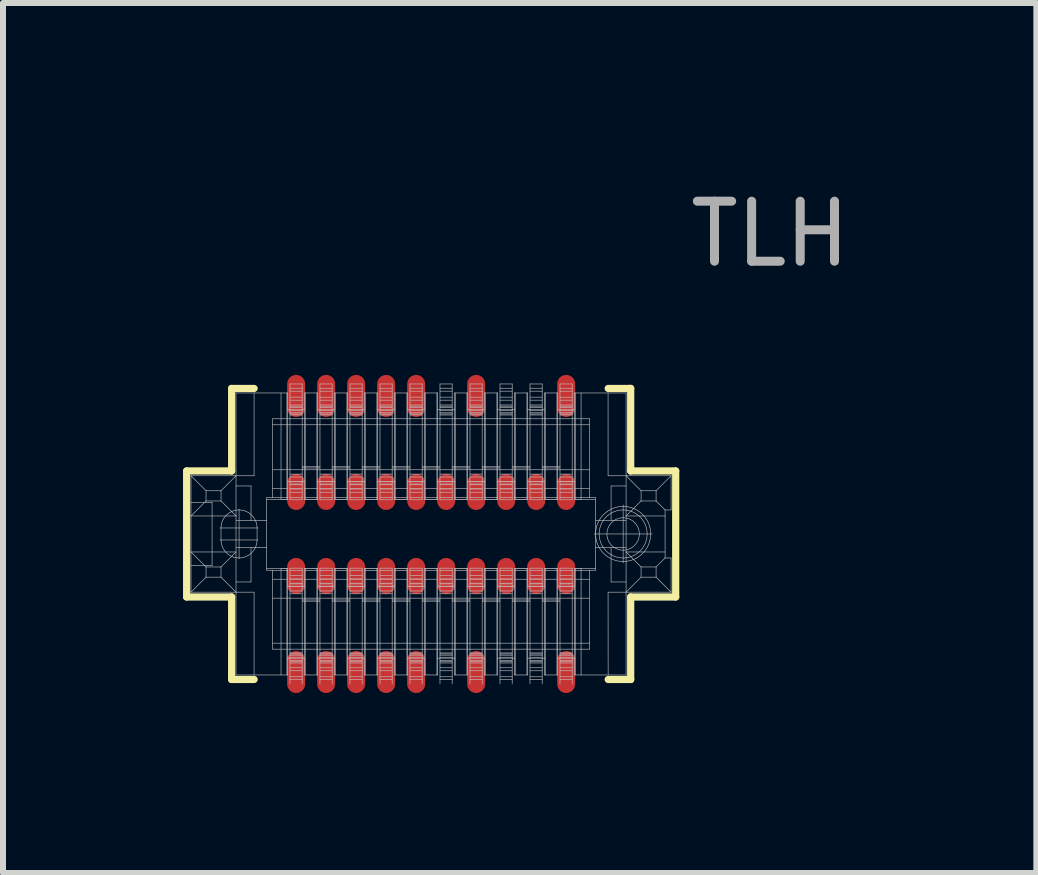
<source format=kicad_pcb>
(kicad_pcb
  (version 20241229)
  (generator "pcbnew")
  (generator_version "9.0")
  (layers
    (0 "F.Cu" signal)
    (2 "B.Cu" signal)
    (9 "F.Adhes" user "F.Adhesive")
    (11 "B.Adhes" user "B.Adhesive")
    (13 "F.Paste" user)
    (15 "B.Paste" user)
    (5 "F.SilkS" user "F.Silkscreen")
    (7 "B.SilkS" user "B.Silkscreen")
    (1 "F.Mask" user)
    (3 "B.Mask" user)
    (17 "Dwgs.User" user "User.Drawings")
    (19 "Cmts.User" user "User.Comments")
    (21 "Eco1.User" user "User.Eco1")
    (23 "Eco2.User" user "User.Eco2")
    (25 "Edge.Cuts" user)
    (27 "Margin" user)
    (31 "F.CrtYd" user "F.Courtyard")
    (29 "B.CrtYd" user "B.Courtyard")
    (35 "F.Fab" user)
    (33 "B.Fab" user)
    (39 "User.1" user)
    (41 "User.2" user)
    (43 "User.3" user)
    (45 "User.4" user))
  (footprint "TLH"
    (layer "F.Cu")
    (at 4.135 5.848)
    (property "Reference" "TLH" (at 5.65 -5 0) (layer "F.Fab") (effects (font (size 1 1) (thickness 0.15))))
    (attr through_hole)
    (fp_line (start -4.075 -1.05) (end -3.325 -1.05) (stroke (width 0.12) (type solid)) (layer "F.SilkS"))
    (fp_line (start -4.075 1.05) (end -4.075 -1.05) (stroke (width 0.12) (type solid)) (layer "F.SilkS"))
    (fp_line (start -3.325 -2.425) (end -2.95 -2.425) (stroke (width 0.12) (type solid)) (layer "F.SilkS"))
    (fp_line (start -3.325 -1.05) (end -3.325 -2.425) (stroke (width 0.12) (type solid)) (layer "F.SilkS"))
    (fp_line (start -3.325 1.05) (end -4.075 1.05) (stroke (width 0.12) (type solid)) (layer "F.SilkS"))
    (fp_line (start -3.325 2.425) (end -3.325 1.05) (stroke (width 0.12) (type solid)) (layer "F.SilkS"))
    (fp_line (start -3.3 2.425) (end -3.325 2.425) (stroke (width 0.12) (type solid)) (layer "F.SilkS"))
    (fp_line (start -2.95 2.425) (end -3.3 2.425) (stroke (width 0.12) (type solid)) (layer "F.SilkS"))
    (fp_line (start 2.95 -2.425) (end 3.3 -2.425) (stroke (width 0.12) (type solid)) (layer "F.SilkS"))
    (fp_line (start 3.3 -2.425) (end 3.325 -2.425) (stroke (width 0.12) (type solid)) (layer "F.SilkS"))
    (fp_line (start 3.325 -2.425) (end 3.325 -1.05) (stroke (width 0.12) (type solid)) (layer "F.SilkS"))
    (fp_line (start 3.325 -1.05) (end 4.075 -1.05) (stroke (width 0.12) (type solid)) (layer "F.SilkS"))
    (fp_line (start 3.325 1.05) (end 3.325 2.425) (stroke (width 0.12) (type solid)) (layer "F.SilkS"))
    (fp_line (start 3.325 2.425) (end 2.95 2.425) (stroke (width 0.12) (type solid)) (layer "F.SilkS"))
    (fp_line (start 4.075 -1.05) (end 4.075 1.05) (stroke (width 0.12) (type solid)) (layer "F.SilkS"))
    (fp_line (start 4.075 1.05) (end 3.325 1.05) (stroke (width 0.12) (type solid)) (layer "F.SilkS"))
    (fp_line (start -4.002 -0.97) (end -3.751 -0.72) (stroke (width 0.01) (type solid)) (layer "Dwgs.User"))
    (fp_line (start -4.002 0.3) (end -3.751 0.55) (stroke (width 0.01) (type solid)) (layer "Dwgs.User"))
    (fp_line (start -4.002 0.525) (end -3.651 0.525) (stroke (width 0.01) (type solid)) (layer "Dwgs.User"))
    (fp_line (start -4.002 0.97) (end -4.002 -0.97) (stroke (width 0.01) (type solid)) (layer "Dwgs.User"))
    (fp_line (start -3.752 -0.55) (end -4.002 -0.3) (stroke (width 0.01) (type solid)) (layer "Dwgs.User"))
    (fp_line (start -3.752 -0.55) (end -3.751 -0.72) (stroke (width 0.01) (type solid)) (layer "Dwgs.User"))
    (fp_line (start -3.752 0.72) (end -4.002 0.97) (stroke (width 0.01) (type solid)) (layer "Dwgs.User"))
    (fp_line (start -3.752 0.72) (end -3.751 0.55) (stroke (width 0.01) (type solid)) (layer "Dwgs.User"))
    (fp_line (start -3.651 -0.525) (end -4.002 -0.525) (stroke (width 0.01) (type solid)) (layer "Dwgs.User"))
    (fp_line (start -3.651 0.525) (end -3.651 -0.525) (stroke (width 0.01) (type solid)) (layer "Dwgs.User"))
    (fp_line (start -3.517 -0.1) (end -2.886 -0.1) (stroke (width 0.01) (type solid)) (layer "Dwgs.User"))
    (fp_line (start -3.517 0.1) (end -2.886 0.1) (stroke (width 0.01) (type solid)) (layer "Dwgs.User"))
    (fp_line (start -3.502 -0.72) (end -3.751 -0.72) (stroke (width 0.01) (type solid)) (layer "Dwgs.User"))
    (fp_line (start -3.502 -0.72) (end -3.502 -0.55) (stroke (width 0.01) (type solid)) (layer "Dwgs.User"))
    (fp_line (start -3.502 -0.72) (end -3.252 -0.97) (stroke (width 0.01) (type solid)) (layer "Dwgs.User"))
    (fp_line (start -3.502 -0.55) (end -3.752 -0.55) (stroke (width 0.01) (type solid)) (layer "Dwgs.User"))
    (fp_line (start -3.502 -0.1) (end -3.502 0.1) (stroke (width 0.01) (type solid)) (layer "Dwgs.User"))
    (fp_line (start -3.502 0.55) (end -3.751 0.55) (stroke (width 0.01) (type solid)) (layer "Dwgs.User"))
    (fp_line (start -3.502 0.55) (end -3.502 0.72) (stroke (width 0.01) (type solid)) (layer "Dwgs.User"))
    (fp_line (start -3.502 0.55) (end -3.252 0.3) (stroke (width 0.01) (type solid)) (layer "Dwgs.User"))
    (fp_line (start -3.502 0.72) (end -3.752 0.72) (stroke (width 0.01) (type solid)) (layer "Dwgs.User"))
    (fp_line (start -3.252 -2.35) (end -3.252 2.35) (stroke (width 0.01) (type solid)) (layer "Dwgs.User"))
    (fp_line (start -3.252 -2.35) (end -2.392 -2.35) (stroke (width 0.01) (type solid)) (layer "Dwgs.User"))
    (fp_line (start -3.252 -0.8) (end -3.002 -0.8) (stroke (width 0.01) (type solid)) (layer "Dwgs.User"))
    (fp_line (start -3.252 -0.3) (end -4.002 -0.3) (stroke (width 0.01) (type solid)) (layer "Dwgs.User"))
    (fp_line (start -3.252 -0.3) (end -3.502 -0.55) (stroke (width 0.01) (type solid)) (layer "Dwgs.User"))
    (fp_line (start -3.252 0.3) (end -4.002 0.3) (stroke (width 0.01) (type solid)) (layer "Dwgs.User"))
    (fp_line (start -3.252 0.97) (end -3.502 0.72) (stroke (width 0.01) (type solid)) (layer "Dwgs.User"))
    (fp_line (start -3.252 2.35) (end -2.392 2.35) (stroke (width 0.01) (type solid)) (layer "Dwgs.User"))
    (fp_line (start -3.201 0.415) (end -3.201 -0.415) (stroke (width 0.01) (type solid)) (layer "Dwgs.User"))
    (fp_line (start -3.002 -0.225) (end -3.002 -0.8) (stroke (width 0.01) (type solid)) (layer "Dwgs.User"))
    (fp_line (start -3.002 0.8) (end -3.252 0.8) (stroke (width 0.01) (type solid)) (layer "Dwgs.User"))
    (fp_line (start -3.002 0.8) (end -3.002 0.225) (stroke (width 0.01) (type solid)) (layer "Dwgs.User"))
    (fp_line (start -2.951 -0.97) (end -4.002 -0.97) (stroke (width 0.01) (type solid)) (layer "Dwgs.User"))
    (fp_line (start -2.951 -0.97) (end -2.951 -2.35) (stroke (width 0.01) (type solid)) (layer "Dwgs.User"))
    (fp_line (start -2.951 0.97) (end -4.002 0.97) (stroke (width 0.01) (type solid)) (layer "Dwgs.User"))
    (fp_line (start -2.951 0.97) (end -2.951 2.35) (stroke (width 0.01) (type solid)) (layer "Dwgs.User"))
    (fp_line (start -2.901 0.1) (end -2.901 -0.1) (stroke (width 0.01) (type solid)) (layer "Dwgs.User"))
    (fp_line (start -2.741 -0.604) (end -2.741 0.604) (stroke (width 0.01) (type solid)) (layer "Dwgs.User"))
    (fp_line (start -2.741 -0.225) (end -3.252 -0.225) (stroke (width 0.01) (type solid)) (layer "Dwgs.User"))
    (fp_line (start -2.741 0.225) (end -3.252 0.225) (stroke (width 0.01) (type solid)) (layer "Dwgs.User"))
    (fp_line (start -2.741 0.604) (end -2.642 0.604) (stroke (width 0.01) (type solid)) (layer "Dwgs.User"))
    (fp_line (start -2.642 -1.92) (end -2.642 -0.604) (stroke (width 0.01) (type solid)) (layer "Dwgs.User"))
    (fp_line (start -2.642 -0.604) (end -2.741 -0.604) (stroke (width 0.01) (type solid)) (layer "Dwgs.User"))
    (fp_line (start -2.642 0.604) (end -2.642 1.92) (stroke (width 0.01) (type solid)) (layer "Dwgs.User"))
    (fp_line (start -2.502 -0.573) (end -2.741 -0.573) (stroke (width 0.01) (type solid)) (layer "Dwgs.User"))
    (fp_line (start -2.502 -0.573) (end -2.502 -2.35) (stroke (width 0.01) (type solid)) (layer "Dwgs.User"))
    (fp_line (start -2.502 0.573) (end -2.741 0.573) (stroke (width 0.01) (type solid)) (layer "Dwgs.User"))
    (fp_line (start -2.502 0.573) (end -2.493 0.573) (stroke (width 0.01) (type solid)) (layer "Dwgs.User"))
    (fp_line (start -2.502 2.35) (end -2.502 0.573) (stroke (width 0.01) (type solid)) (layer "Dwgs.User"))
    (fp_line (start -2.498 -0.573) (end -2.502 -0.573) (stroke (width 0.01) (type solid)) (layer "Dwgs.User"))
    (fp_line (start -2.493 0.573) (end -2.484 0.573) (stroke (width 0.01) (type solid)) (layer "Dwgs.User"))
    (fp_line (start -2.489 -0.573) (end -2.498 -0.573) (stroke (width 0.01) (type solid)) (layer "Dwgs.User"))
    (fp_line (start -2.484 0.573) (end -2.476 0.573) (stroke (width 0.01) (type solid)) (layer "Dwgs.User"))
    (fp_line (start -2.481 -0.573) (end -2.489 -0.573) (stroke (width 0.01) (type solid)) (layer "Dwgs.User"))
    (fp_line (start -2.476 0.573) (end -2.467 0.573) (stroke (width 0.01) (type solid)) (layer "Dwgs.User"))
    (fp_line (start -2.472 -0.573) (end -2.481 -0.573) (stroke (width 0.01) (type solid)) (layer "Dwgs.User"))
    (fp_line (start -2.467 0.573) (end -2.459 0.573) (stroke (width 0.01) (type solid)) (layer "Dwgs.User"))
    (fp_line (start -2.464 -0.573) (end -2.472 -0.573) (stroke (width 0.01) (type solid)) (layer "Dwgs.User"))
    (fp_line (start -2.459 0.573) (end -2.451 0.573) (stroke (width 0.01) (type solid)) (layer "Dwgs.User"))
    (fp_line (start -2.456 -0.573) (end -2.464 -0.573) (stroke (width 0.01) (type solid)) (layer "Dwgs.User"))
    (fp_line (start -2.451 0.573) (end -2.444 0.574) (stroke (width 0.01) (type solid)) (layer "Dwgs.User"))
    (fp_line (start -2.449 -0.574) (end -2.456 -0.573) (stroke (width 0.01) (type solid)) (layer "Dwgs.User"))
    (fp_line (start -2.444 0.574) (end -2.437 0.574) (stroke (width 0.01) (type solid)) (layer "Dwgs.User"))
    (fp_line (start -2.441 -0.574) (end -2.449 -0.574) (stroke (width 0.01) (type solid)) (layer "Dwgs.User"))
    (fp_line (start -2.437 0.574) (end -2.431 0.574) (stroke (width 0.01) (type solid)) (layer "Dwgs.User"))
    (fp_line (start -2.435 -0.574) (end -2.441 -0.574) (stroke (width 0.01) (type solid)) (layer "Dwgs.User"))
    (fp_line (start -2.431 0.574) (end -2.425 0.574) (stroke (width 0.01) (type solid)) (layer "Dwgs.User"))
    (fp_line (start -2.428 -0.574) (end -2.435 -0.574) (stroke (width 0.01) (type solid)) (layer "Dwgs.User"))
    (fp_line (start -2.425 0.574) (end -2.42 0.574) (stroke (width 0.01) (type solid)) (layer "Dwgs.User"))
    (fp_line (start -2.423 -0.574) (end -2.428 -0.574) (stroke (width 0.01) (type solid)) (layer "Dwgs.User"))
    (fp_line (start -2.42 0.574) (end -2.415 0.575) (stroke (width 0.01) (type solid)) (layer "Dwgs.User"))
    (fp_line (start -2.418 -0.575) (end -2.423 -0.574) (stroke (width 0.01) (type solid)) (layer "Dwgs.User"))
    (fp_line (start -2.415 0.575) (end -2.411 0.575) (stroke (width 0.01) (type solid)) (layer "Dwgs.User"))
    (fp_line (start -2.413 -0.575) (end -2.418 -0.575) (stroke (width 0.01) (type solid)) (layer "Dwgs.User"))
    (fp_line (start -2.411 0.575) (end -2.408 0.575) (stroke (width 0.01) (type solid)) (layer "Dwgs.User"))
    (fp_line (start -2.409 -0.575) (end -2.413 -0.575) (stroke (width 0.01) (type solid)) (layer "Dwgs.User"))
    (fp_line (start -2.408 0.575) (end -2.405 0.576) (stroke (width 0.01) (type solid)) (layer "Dwgs.User"))
    (fp_line (start -2.406 -0.575) (end -2.409 -0.575) (stroke (width 0.01) (type solid)) (layer "Dwgs.User"))
    (fp_line (start -2.405 0.576) (end -2.404 0.576) (stroke (width 0.01) (type solid)) (layer "Dwgs.User"))
    (fp_line (start -2.404 -0.576) (end -2.406 -0.575) (stroke (width 0.01) (type solid)) (layer "Dwgs.User"))
    (fp_line (start -2.404 -0.576) (end -2.404 -2.35) (stroke (width 0.01) (type solid)) (layer "Dwgs.User"))
    (fp_line (start -2.404 -0.576) (end -2.392 -0.578) (stroke (width 0.01) (type solid)) (layer "Dwgs.User"))
    (fp_line (start -2.404 2.35) (end -2.404 0.576) (stroke (width 0.01) (type solid)) (layer "Dwgs.User"))
    (fp_line (start -2.392 -2.35) (end -2.392 -2.07) (stroke (width 0.01) (type solid)) (layer "Dwgs.User"))
    (fp_line (start -2.392 -2.07) (end -2.111 -2.07) (stroke (width 0.01) (type solid)) (layer "Dwgs.User"))
    (fp_line (start -2.392 -0.87) (end -2.392 -2.07) (stroke (width 0.01) (type solid)) (layer "Dwgs.User"))
    (fp_line (start -2.392 -0.87) (end -2.392 -0.578) (stroke (width 0.01) (type solid)) (layer "Dwgs.User"))
    (fp_line (start -2.392 -0.755) (end -2.641 -0.755) (stroke (width 0.01) (type solid)) (layer "Dwgs.User"))
    (fp_line (start -2.392 -0.607) (end -2.641 -0.607) (stroke (width 0.01) (type solid)) (layer "Dwgs.User"))
    (fp_line (start -2.392 0.578) (end -2.404 0.576) (stroke (width 0.01) (type solid)) (layer "Dwgs.User"))
    (fp_line (start -2.392 0.578) (end -2.392 0.87) (stroke (width 0.01) (type solid)) (layer "Dwgs.User"))
    (fp_line (start -2.392 0.608) (end -2.641 0.608) (stroke (width 0.01) (type solid)) (layer "Dwgs.User"))
    (fp_line (start -2.392 0.755) (end -2.641 0.755) (stroke (width 0.01) (type solid)) (layer "Dwgs.User"))
    (fp_line (start -2.392 0.87) (end -2.111 0.87) (stroke (width 0.01) (type solid)) (layer "Dwgs.User"))
    (fp_line (start -2.392 2.07) (end -2.392 0.87) (stroke (width 0.01) (type solid)) (layer "Dwgs.User"))
    (fp_line (start -2.392 2.07) (end -2.392 2.35) (stroke (width 0.01) (type solid)) (layer "Dwgs.User"))
    (fp_line (start -2.353 -2.5) (end -2.353 -2.07) (stroke (width 0.01) (type solid)) (layer "Dwgs.User"))
    (fp_line (start -2.353 -2.5) (end -2.15 -2.5) (stroke (width 0.01) (type solid)) (layer "Dwgs.User"))
    (fp_line (start -2.353 -2.428) (end -2.15 -2.428) (stroke (width 0.01) (type solid)) (layer "Dwgs.User"))
    (fp_line (start -2.353 -2.38) (end -2.15 -2.38) (stroke (width 0.01) (type solid)) (layer "Dwgs.User"))
    (fp_line (start -2.353 -2.28) (end -2.15 -2.28) (stroke (width 0.01) (type solid)) (layer "Dwgs.User"))
    (fp_line (start -2.353 -2.23) (end -2.15 -2.23) (stroke (width 0.01) (type solid)) (layer "Dwgs.User"))
    (fp_line (start -2.353 -2.15) (end -2.15 -2.15) (stroke (width 0.01) (type solid)) (layer "Dwgs.User"))
    (fp_line (start -2.353 -2.13) (end -2.15 -2.13) (stroke (width 0.01) (type solid)) (layer "Dwgs.User"))
    (fp_line (start -2.353 -2.106) (end -2.15 -2.106) (stroke (width 0.01) (type solid)) (layer "Dwgs.User"))
    (fp_line (start -2.353 -2.07) (end -2.353 -0.87) (stroke (width 0.01) (type solid)) (layer "Dwgs.User"))
    (fp_line (start -2.353 -2.054) (end -2.15 -2.054) (stroke (width 0.01) (type solid)) (layer "Dwgs.User"))
    (fp_line (start -2.353 -2.02) (end -2.15 -2.02) (stroke (width 0.01) (type solid)) (layer "Dwgs.User"))
    (fp_line (start -2.353 -2) (end -2.15 -2) (stroke (width 0.01) (type solid)) (layer "Dwgs.User"))
    (fp_line (start -2.353 -1.983) (end -2.15 -1.983) (stroke (width 0.01) (type solid)) (layer "Dwgs.User"))
    (fp_line (start -2.353 -0.997) (end -2.15 -0.997) (stroke (width 0.01) (type solid)) (layer "Dwgs.User"))
    (fp_line (start -2.353 -0.95) (end -2.15 -0.95) (stroke (width 0.01) (type solid)) (layer "Dwgs.User"))
    (fp_line (start -2.353 -0.874) (end -2.15 -0.874) (stroke (width 0.01) (type solid)) (layer "Dwgs.User"))
    (fp_line (start -2.353 -0.87) (end -2.353 -0.57) (stroke (width 0.01) (type solid)) (layer "Dwgs.User"))
    (fp_line (start -2.353 -0.832) (end -2.15 -0.832) (stroke (width 0.01) (type solid)) (layer "Dwgs.User"))
    (fp_line (start -2.353 -0.82) (end -2.15 -0.82) (stroke (width 0.01) (type solid)) (layer "Dwgs.User"))
    (fp_line (start -2.353 -0.753) (end -2.15 -0.753) (stroke (width 0.01) (type solid)) (layer "Dwgs.User"))
    (fp_line (start -2.353 -0.75) (end -2.15 -0.75) (stroke (width 0.01) (type solid)) (layer "Dwgs.User"))
    (fp_line (start -2.353 -0.695) (end -2.15 -0.695) (stroke (width 0.01) (type solid)) (layer "Dwgs.User"))
    (fp_line (start -2.353 -0.61) (end -2.15 -0.61) (stroke (width 0.01) (type solid)) (layer "Dwgs.User"))
    (fp_line (start -2.353 -0.57) (end -2.15 -0.57) (stroke (width 0.01) (type solid)) (layer "Dwgs.User"))
    (fp_line (start -2.353 0.57) (end -2.353 0.87) (stroke (width 0.01) (type solid)) (layer "Dwgs.User"))
    (fp_line (start -2.353 0.87) (end -2.353 2.07) (stroke (width 0.01) (type solid)) (layer "Dwgs.User"))
    (fp_line (start -2.353 2.07) (end -2.353 2.5) (stroke (width 0.01) (type solid)) (layer "Dwgs.User"))
    (fp_line (start -2.15 -2.07) (end -2.15 -2.5) (stroke (width 0.01) (type solid)) (layer "Dwgs.User"))
    (fp_line (start -2.15 -1.1) (end -1.853 -1.1) (stroke (width 0.01) (type solid)) (layer "Dwgs.User"))
    (fp_line (start -2.15 -0.87) (end -2.15 -2.07) (stroke (width 0.01) (type solid)) (layer "Dwgs.User"))
    (fp_line (start -2.15 -0.57) (end -2.15 -0.87) (stroke (width 0.01) (type solid)) (layer "Dwgs.User"))
    (fp_line (start -2.15 0.57) (end -2.353 0.57) (stroke (width 0.01) (type solid)) (layer "Dwgs.User"))
    (fp_line (start -2.15 0.61) (end -2.353 0.61) (stroke (width 0.01) (type solid)) (layer "Dwgs.User"))
    (fp_line (start -2.15 0.695) (end -2.353 0.695) (stroke (width 0.01) (type solid)) (layer "Dwgs.User"))
    (fp_line (start -2.15 0.75) (end -2.353 0.75) (stroke (width 0.01) (type solid)) (layer "Dwgs.User"))
    (fp_line (start -2.15 0.753) (end -2.353 0.753) (stroke (width 0.01) (type solid)) (layer "Dwgs.User"))
    (fp_line (start -2.15 0.82) (end -2.353 0.82) (stroke (width 0.01) (type solid)) (layer "Dwgs.User"))
    (fp_line (start -2.15 0.832) (end -2.353 0.832) (stroke (width 0.01) (type solid)) (layer "Dwgs.User"))
    (fp_line (start -2.15 0.87) (end -2.15 0.57) (stroke (width 0.01) (type solid)) (layer "Dwgs.User"))
    (fp_line (start -2.15 0.874) (end -2.353 0.874) (stroke (width 0.01) (type solid)) (layer "Dwgs.User"))
    (fp_line (start -2.15 0.95) (end -2.353 0.95) (stroke (width 0.01) (type solid)) (layer "Dwgs.User"))
    (fp_line (start -2.15 0.997) (end -2.353 0.997) (stroke (width 0.01) (type solid)) (layer "Dwgs.User"))
    (fp_line (start -2.15 1.12) (end -1.853 1.12) (stroke (width 0.01) (type solid)) (layer "Dwgs.User"))
    (fp_line (start -2.15 1.983) (end -2.353 1.983) (stroke (width 0.01) (type solid)) (layer "Dwgs.User"))
    (fp_line (start -2.15 2) (end -2.353 2) (stroke (width 0.01) (type solid)) (layer "Dwgs.User"))
    (fp_line (start -2.15 2.02) (end -2.353 2.02) (stroke (width 0.01) (type solid)) (layer "Dwgs.User"))
    (fp_line (start -2.15 2.054) (end -2.353 2.054) (stroke (width 0.01) (type solid)) (layer "Dwgs.User"))
    (fp_line (start -2.15 2.07) (end -2.15 0.87) (stroke (width 0.01) (type solid)) (layer "Dwgs.User"))
    (fp_line (start -2.15 2.106) (end -2.353 2.106) (stroke (width 0.01) (type solid)) (layer "Dwgs.User"))
    (fp_line (start -2.15 2.13) (end -2.353 2.13) (stroke (width 0.01) (type solid)) (layer "Dwgs.User"))
    (fp_line (start -2.15 2.15) (end -2.353 2.15) (stroke (width 0.01) (type solid)) (layer "Dwgs.User"))
    (fp_line (start -2.15 2.23) (end -2.353 2.23) (stroke (width 0.01) (type solid)) (layer "Dwgs.User"))
    (fp_line (start -2.15 2.28) (end -2.353 2.28) (stroke (width 0.01) (type solid)) (layer "Dwgs.User"))
    (fp_line (start -2.15 2.38) (end -2.353 2.38) (stroke (width 0.01) (type solid)) (layer "Dwgs.User"))
    (fp_line (start -2.15 2.428) (end -2.353 2.428) (stroke (width 0.01) (type solid)) (layer "Dwgs.User"))
    (fp_line (start -2.15 2.5) (end -2.15 2.07) (stroke (width 0.01) (type solid)) (layer "Dwgs.User"))
    (fp_line (start -2.111 -0.87) (end -2.392 -0.87) (stroke (width 0.01) (type solid)) (layer "Dwgs.User"))
    (fp_line (start -2.111 -0.87) (end -2.111 -2.07) (stroke (width 0.01) (type solid)) (layer "Dwgs.User"))
    (fp_line (start -2.111 -0.578) (end -2.111 -0.87) (stroke (width 0.01) (type solid)) (layer "Dwgs.User"))
    (fp_line (start -2.111 -0.578) (end -2.099 -0.576) (stroke (width 0.01) (type solid)) (layer "Dwgs.User"))
    (fp_line (start -2.111 2.07) (end -2.392 2.07) (stroke (width 0.01) (type solid)) (layer "Dwgs.User"))
    (fp_line (start -2.111 2.07) (end -2.111 0.87) (stroke (width 0.01) (type solid)) (layer "Dwgs.User"))
    (fp_line (start -2.111 2.35) (end -2.111 2.07) (stroke (width 0.01) (type solid)) (layer "Dwgs.User"))
    (fp_line (start -2.111 -2.35) (end -1.891 -2.35) (stroke (width 0.01) (type solid)) (layer "Dwgs.User"))
    (fp_line (start -2.111 -2.07) (end -2.111 -2.35) (stroke (width 0.01) (type solid)) (layer "Dwgs.User"))
    (fp_line (start -2.111 0.87) (end -2.111 0.578) (stroke (width 0.01) (type solid)) (layer "Dwgs.User"))
    (fp_line (start -2.099 -0.576) (end -2.099 -2.35) (stroke (width 0.01) (type solid)) (layer "Dwgs.User"))
    (fp_line (start -2.099 0.576) (end -2.111 0.578) (stroke (width 0.01) (type solid)) (layer "Dwgs.User"))
    (fp_line (start -2.099 0.576) (end -2.097 0.575) (stroke (width 0.01) (type solid)) (layer "Dwgs.User"))
    (fp_line (start -2.099 2.35) (end -2.099 0.576) (stroke (width 0.01) (type solid)) (layer "Dwgs.User"))
    (fp_line (start -2.097 -0.575) (end -2.099 -0.576) (stroke (width 0.01) (type solid)) (layer "Dwgs.User"))
    (fp_line (start -2.097 0.575) (end -2.094 0.575) (stroke (width 0.01) (type solid)) (layer "Dwgs.User"))
    (fp_line (start -2.094 -0.575) (end -2.097 -0.575) (stroke (width 0.01) (type solid)) (layer "Dwgs.User"))
    (fp_line (start -2.094 0.575) (end -2.09 0.575) (stroke (width 0.01) (type solid)) (layer "Dwgs.User"))
    (fp_line (start -2.091 -0.575) (end -2.094 -0.575) (stroke (width 0.01) (type solid)) (layer "Dwgs.User"))
    (fp_line (start -2.09 0.575) (end -2.085 0.575) (stroke (width 0.01) (type solid)) (layer "Dwgs.User"))
    (fp_line (start -2.086 -0.575) (end -2.091 -0.575) (stroke (width 0.01) (type solid)) (layer "Dwgs.User"))
    (fp_line (start -2.085 0.575) (end -2.08 0.574) (stroke (width 0.01) (type solid)) (layer "Dwgs.User"))
    (fp_line (start -2.081 -0.574) (end -2.086 -0.575) (stroke (width 0.01) (type solid)) (layer "Dwgs.User"))
    (fp_line (start -2.08 0.574) (end -2.075 0.574) (stroke (width 0.01) (type solid)) (layer "Dwgs.User"))
    (fp_line (start -2.076 -0.574) (end -2.081 -0.574) (stroke (width 0.01) (type solid)) (layer "Dwgs.User"))
    (fp_line (start -2.075 0.574) (end -2.068 0.574) (stroke (width 0.01) (type solid)) (layer "Dwgs.User"))
    (fp_line (start -2.07 -0.574) (end -2.076 -0.574) (stroke (width 0.01) (type solid)) (layer "Dwgs.User"))
    (fp_line (start -2.068 0.574) (end -2.062 0.574) (stroke (width 0.01) (type solid)) (layer "Dwgs.User"))
    (fp_line (start -2.063 -0.574) (end -2.07 -0.574) (stroke (width 0.01) (type solid)) (layer "Dwgs.User"))
    (fp_line (start -2.062 0.574) (end -2.054 0.574) (stroke (width 0.01) (type solid)) (layer "Dwgs.User"))
    (fp_line (start -2.056 -0.574) (end -2.063 -0.574) (stroke (width 0.01) (type solid)) (layer "Dwgs.User"))
    (fp_line (start -2.054 0.574) (end -2.047 0.573) (stroke (width 0.01) (type solid)) (layer "Dwgs.User"))
    (fp_line (start -2.048 -0.573) (end -2.056 -0.574) (stroke (width 0.01) (type solid)) (layer "Dwgs.User"))
    (fp_line (start -2.047 0.573) (end -2.039 0.573) (stroke (width 0.01) (type solid)) (layer "Dwgs.User"))
    (fp_line (start -2.041 -0.573) (end -2.048 -0.573) (stroke (width 0.01) (type solid)) (layer "Dwgs.User"))
    (fp_line (start -2.039 0.573) (end -2.031 0.573) (stroke (width 0.01) (type solid)) (layer "Dwgs.User"))
    (fp_line (start -2.032 -0.573) (end -2.041 -0.573) (stroke (width 0.01) (type solid)) (layer "Dwgs.User"))
    (fp_line (start -2.031 0.573) (end -2.022 0.573) (stroke (width 0.01) (type solid)) (layer "Dwgs.User"))
    (fp_line (start -2.024 -0.573) (end -2.032 -0.573) (stroke (width 0.01) (type solid)) (layer "Dwgs.User"))
    (fp_line (start -2.022 0.573) (end -2.014 0.573) (stroke (width 0.01) (type solid)) (layer "Dwgs.User"))
    (fp_line (start -2.015 -0.573) (end -2.024 -0.573) (stroke (width 0.01) (type solid)) (layer "Dwgs.User"))
    (fp_line (start -2.014 0.573) (end -2.005 0.573) (stroke (width 0.01) (type solid)) (layer "Dwgs.User"))
    (fp_line (start -2.007 -0.573) (end -2.015 -0.573) (stroke (width 0.01) (type solid)) (layer "Dwgs.User"))
    (fp_line (start -2.005 0.573) (end -1.996 0.573) (stroke (width 0.01) (type solid)) (layer "Dwgs.User"))
    (fp_line (start -1.998 -0.573) (end -2.007 -0.573) (stroke (width 0.01) (type solid)) (layer "Dwgs.User"))
    (fp_line (start -1.996 0.573) (end -1.988 0.573) (stroke (width 0.01) (type solid)) (layer "Dwgs.User"))
    (fp_line (start -1.989 -0.573) (end -1.998 -0.573) (stroke (width 0.01) (type solid)) (layer "Dwgs.User"))
    (fp_line (start -1.988 0.573) (end -1.979 0.573) (stroke (width 0.01) (type solid)) (layer "Dwgs.User"))
    (fp_line (start -1.981 -0.573) (end -1.989 -0.573) (stroke (width 0.01) (type solid)) (layer "Dwgs.User"))
    (fp_line (start -1.979 0.573) (end -1.971 0.573) (stroke (width 0.01) (type solid)) (layer "Dwgs.User"))
    (fp_line (start -1.972 -0.573) (end -1.981 -0.573) (stroke (width 0.01) (type solid)) (layer "Dwgs.User"))
    (fp_line (start -1.971 0.573) (end -1.962 0.573) (stroke (width 0.01) (type solid)) (layer "Dwgs.User"))
    (fp_line (start -1.964 -0.573) (end -1.972 -0.573) (stroke (width 0.01) (type solid)) (layer "Dwgs.User"))
    (fp_line (start -1.962 0.573) (end -1.955 0.573) (stroke (width 0.01) (type solid)) (layer "Dwgs.User"))
    (fp_line (start -1.956 -0.573) (end -1.964 -0.573) (stroke (width 0.01) (type solid)) (layer "Dwgs.User"))
    (fp_line (start -1.955 0.573) (end -1.947 0.574) (stroke (width 0.01) (type solid)) (layer "Dwgs.User"))
    (fp_line (start -1.949 -0.574) (end -1.956 -0.573) (stroke (width 0.01) (type solid)) (layer "Dwgs.User"))
    (fp_line (start -1.947 0.574) (end -1.94 0.574) (stroke (width 0.01) (type solid)) (layer "Dwgs.User"))
    (fp_line (start -1.941 -0.574) (end -1.949 -0.574) (stroke (width 0.01) (type solid)) (layer "Dwgs.User"))
    (fp_line (start -1.94 0.574) (end -1.933 0.574) (stroke (width 0.01) (type solid)) (layer "Dwgs.User"))
    (fp_line (start -1.935 -0.574) (end -1.941 -0.574) (stroke (width 0.01) (type solid)) (layer "Dwgs.User"))
    (fp_line (start -1.933 0.574) (end -1.927 0.574) (stroke (width 0.01) (type solid)) (layer "Dwgs.User"))
    (fp_line (start -1.928 -0.574) (end -1.935 -0.574) (stroke (width 0.01) (type solid)) (layer "Dwgs.User"))
    (fp_line (start -1.927 0.574) (end -1.922 0.574) (stroke (width 0.01) (type solid)) (layer "Dwgs.User"))
    (fp_line (start -1.923 -0.574) (end -1.928 -0.574) (stroke (width 0.01) (type solid)) (layer "Dwgs.User"))
    (fp_line (start -1.922 0.574) (end -1.917 0.575) (stroke (width 0.01) (type solid)) (layer "Dwgs.User"))
    (fp_line (start -1.918 -0.575) (end -1.923 -0.574) (stroke (width 0.01) (type solid)) (layer "Dwgs.User"))
    (fp_line (start -1.917 0.575) (end -1.912 0.575) (stroke (width 0.01) (type solid)) (layer "Dwgs.User"))
    (fp_line (start -1.913 -0.575) (end -1.918 -0.575) (stroke (width 0.01) (type solid)) (layer "Dwgs.User"))
    (fp_line (start -1.912 0.575) (end -1.909 0.575) (stroke (width 0.01) (type solid)) (layer "Dwgs.User"))
    (fp_line (start -1.909 -0.575) (end -1.913 -0.575) (stroke (width 0.01) (type solid)) (layer "Dwgs.User"))
    (fp_line (start -1.909 0.575) (end -1.906 0.575) (stroke (width 0.01) (type solid)) (layer "Dwgs.User"))
    (fp_line (start -1.906 -0.575) (end -1.909 -0.575) (stroke (width 0.01) (type solid)) (layer "Dwgs.User"))
    (fp_line (start -1.906 0.575) (end -1.904 0.576) (stroke (width 0.01) (type solid)) (layer "Dwgs.User"))
    (fp_line (start -1.904 -0.576) (end -1.906 -0.575) (stroke (width 0.01) (type solid)) (layer "Dwgs.User"))
    (fp_line (start -1.904 -0.576) (end -1.904 -2.35) (stroke (width 0.01) (type solid)) (layer "Dwgs.User"))
    (fp_line (start -1.904 -0.576) (end -1.891 -0.578) (stroke (width 0.01) (type solid)) (layer "Dwgs.User"))
    (fp_line (start -1.904 2.35) (end -1.904 0.576) (stroke (width 0.01) (type solid)) (layer "Dwgs.User"))
    (fp_line (start -1.891 -2.35) (end -1.891 -2.07) (stroke (width 0.01) (type solid)) (layer "Dwgs.User"))
    (fp_line (start -1.891 -2.07) (end -1.611 -2.07) (stroke (width 0.01) (type solid)) (layer "Dwgs.User"))
    (fp_line (start -1.891 -0.87) (end -1.891 -2.07) (stroke (width 0.01) (type solid)) (layer "Dwgs.User"))
    (fp_line (start -1.891 -0.87) (end -1.891 -0.578) (stroke (width 0.01) (type solid)) (layer "Dwgs.User"))
    (fp_line (start -1.891 -0.755) (end -2.111 -0.755) (stroke (width 0.01) (type solid)) (layer "Dwgs.User"))
    (fp_line (start -1.891 -0.607) (end -2.111 -0.607) (stroke (width 0.01) (type solid)) (layer "Dwgs.User"))
    (fp_line (start -1.891 0.578) (end -1.904 0.576) (stroke (width 0.01) (type solid)) (layer "Dwgs.User"))
    (fp_line (start -1.891 0.578) (end -1.891 0.87) (stroke (width 0.01) (type solid)) (layer "Dwgs.User"))
    (fp_line (start -1.891 0.608) (end -2.111 0.608) (stroke (width 0.01) (type solid)) (layer "Dwgs.User"))
    (fp_line (start -1.891 0.755) (end -2.111 0.755) (stroke (width 0.01) (type solid)) (layer "Dwgs.User"))
    (fp_line (start -1.891 0.87) (end -1.611 0.87) (stroke (width 0.01) (type solid)) (layer "Dwgs.User"))
    (fp_line (start -1.891 2.07) (end -1.891 0.87) (stroke (width 0.01) (type solid)) (layer "Dwgs.User"))
    (fp_line (start -1.891 2.07) (end -1.891 2.35) (stroke (width 0.01) (type solid)) (layer "Dwgs.User"))
    (fp_line (start -1.891 2.35) (end -2.111 2.35) (stroke (width 0.01) (type solid)) (layer "Dwgs.User"))
    (fp_line (start -1.853 -2.5) (end -1.853 -2.07) (stroke (width 0.01) (type solid)) (layer "Dwgs.User"))
    (fp_line (start -1.853 -2.5) (end -1.65 -2.5) (stroke (width 0.01) (type solid)) (layer "Dwgs.User"))
    (fp_line (start -1.853 -2.428) (end -1.65 -2.428) (stroke (width 0.01) (type solid)) (layer "Dwgs.User"))
    (fp_line (start -1.853 -2.38) (end -1.65 -2.38) (stroke (width 0.01) (type solid)) (layer "Dwgs.User"))
    (fp_line (start -1.853 -2.28) (end -1.65 -2.28) (stroke (width 0.01) (type solid)) (layer "Dwgs.User"))
    (fp_line (start -1.853 -2.23) (end -1.65 -2.23) (stroke (width 0.01) (type solid)) (layer "Dwgs.User"))
    (fp_line (start -1.853 -2.15) (end -1.65 -2.15) (stroke (width 0.01) (type solid)) (layer "Dwgs.User"))
    (fp_line (start -1.853 -2.13) (end -1.65 -2.13) (stroke (width 0.01) (type solid)) (layer "Dwgs.User"))
    (fp_line (start -1.853 -2.106) (end -1.65 -2.106) (stroke (width 0.01) (type solid)) (layer "Dwgs.User"))
    (fp_line (start -1.853 -2.07) (end -1.853 -0.87) (stroke (width 0.01) (type solid)) (layer "Dwgs.User"))
    (fp_line (start -1.853 -2.054) (end -1.65 -2.054) (stroke (width 0.01) (type solid)) (layer "Dwgs.User"))
    (fp_line (start -1.853 -2.02) (end -1.65 -2.02) (stroke (width 0.01) (type solid)) (layer "Dwgs.User"))
    (fp_line (start -1.853 -2) (end -1.65 -2) (stroke (width 0.01) (type solid)) (layer "Dwgs.User"))
    (fp_line (start -1.853 -1.983) (end -1.65 -1.983) (stroke (width 0.01) (type solid)) (layer "Dwgs.User"))
    (fp_line (start -1.853 -1.12) (end -2.15 -1.12) (stroke (width 0.01) (type solid)) (layer "Dwgs.User"))
    (fp_line (start -1.853 -0.61) (end -1.65 -0.61) (stroke (width 0.01) (type solid)) (layer "Dwgs.User"))
    (fp_line (start -1.853 -0.57) (end -1.65 -0.57) (stroke (width 0.01) (type solid)) (layer "Dwgs.User"))
    (fp_line (start -1.853 0.57) (end -1.853 0.87) (stroke (width 0.01) (type solid)) (layer "Dwgs.User"))
    (fp_line (start -1.853 0.87) (end -1.853 2.07) (stroke (width 0.01) (type solid)) (layer "Dwgs.User"))
    (fp_line (start -1.853 1.1) (end -2.15 1.1) (stroke (width 0.01) (type solid)) (layer "Dwgs.User"))
    (fp_line (start -1.853 2.07) (end -1.853 2.5) (stroke (width 0.01) (type solid)) (layer "Dwgs.User"))
    (fp_line (start -1.853 -0.997) (end -1.65 -0.997) (stroke (width 0.01) (type solid)) (layer "Dwgs.User"))
    (fp_line (start -1.853 -0.95) (end -1.65 -0.95) (stroke (width 0.01) (type solid)) (layer "Dwgs.User"))
    (fp_line (start -1.853 -0.874) (end -1.65 -0.874) (stroke (width 0.01) (type solid)) (layer "Dwgs.User"))
    (fp_line (start -1.853 -0.87) (end -1.853 -0.57) (stroke (width 0.01) (type solid)) (layer "Dwgs.User"))
    (fp_line (start -1.853 -0.832) (end -1.65 -0.832) (stroke (width 0.01) (type solid)) (layer "Dwgs.User"))
    (fp_line (start -1.853 -0.82) (end -1.65 -0.82) (stroke (width 0.01) (type solid)) (layer "Dwgs.User"))
    (fp_line (start -1.853 -0.753) (end -1.65 -0.753) (stroke (width 0.01) (type solid)) (layer "Dwgs.User"))
    (fp_line (start -1.853 -0.75) (end -1.65 -0.75) (stroke (width 0.01) (type solid)) (layer "Dwgs.User"))
    (fp_line (start -1.853 -0.695) (end -1.65 -0.695) (stroke (width 0.01) (type solid)) (layer "Dwgs.User"))
    (fp_line (start -1.65 0.57) (end -1.853 0.57) (stroke (width 0.01) (type solid)) (layer "Dwgs.User"))
    (fp_line (start -1.65 0.61) (end -1.853 0.61) (stroke (width 0.01) (type solid)) (layer "Dwgs.User"))
    (fp_line (start -1.65 0.695) (end -1.853 0.695) (stroke (width 0.01) (type solid)) (layer "Dwgs.User"))
    (fp_line (start -1.65 0.75) (end -1.853 0.75) (stroke (width 0.01) (type solid)) (layer "Dwgs.User"))
    (fp_line (start -1.65 0.753) (end -1.853 0.753) (stroke (width 0.01) (type solid)) (layer "Dwgs.User"))
    (fp_line (start -1.65 0.82) (end -1.853 0.82) (stroke (width 0.01) (type solid)) (layer "Dwgs.User"))
    (fp_line (start -1.65 0.832) (end -1.853 0.832) (stroke (width 0.01) (type solid)) (layer "Dwgs.User"))
    (fp_line (start -1.65 0.87) (end -1.65 0.57) (stroke (width 0.01) (type solid)) (layer "Dwgs.User"))
    (fp_line (start -1.65 0.874) (end -1.853 0.874) (stroke (width 0.01) (type solid)) (layer "Dwgs.User"))
    (fp_line (start -1.65 0.95) (end -1.853 0.95) (stroke (width 0.01) (type solid)) (layer "Dwgs.User"))
    (fp_line (start -1.65 0.997) (end -1.853 0.997) (stroke (width 0.01) (type solid)) (layer "Dwgs.User"))
    (fp_line (start -1.65 1.12) (end -1.353 1.12) (stroke (width 0.01) (type solid)) (layer "Dwgs.User"))
    (fp_line (start -1.65 1.983) (end -1.853 1.983) (stroke (width 0.01) (type solid)) (layer "Dwgs.User"))
    (fp_line (start -1.65 2) (end -1.853 2) (stroke (width 0.01) (type solid)) (layer "Dwgs.User"))
    (fp_line (start -1.65 2.02) (end -1.853 2.02) (stroke (width 0.01) (type solid)) (layer "Dwgs.User"))
    (fp_line (start -1.65 2.054) (end -1.853 2.054) (stroke (width 0.01) (type solid)) (layer "Dwgs.User"))
    (fp_line (start -1.65 2.07) (end -1.65 0.87) (stroke (width 0.01) (type solid)) (layer "Dwgs.User"))
    (fp_line (start -1.65 2.106) (end -1.853 2.106) (stroke (width 0.01) (type solid)) (layer "Dwgs.User"))
    (fp_line (start -1.65 2.13) (end -1.853 2.13) (stroke (width 0.01) (type solid)) (layer "Dwgs.User"))
    (fp_line (start -1.65 2.15) (end -1.853 2.15) (stroke (width 0.01) (type solid)) (layer "Dwgs.User"))
    (fp_line (start -1.65 2.23) (end -1.853 2.23) (stroke (width 0.01) (type solid)) (layer "Dwgs.User"))
    (fp_line (start -1.65 2.28) (end -1.853 2.28) (stroke (width 0.01) (type solid)) (layer "Dwgs.User"))
    (fp_line (start -1.65 2.38) (end -1.853 2.38) (stroke (width 0.01) (type solid)) (layer "Dwgs.User"))
    (fp_line (start -1.65 2.428) (end -1.853 2.428) (stroke (width 0.01) (type solid)) (layer "Dwgs.User"))
    (fp_line (start -1.65 2.5) (end -1.65 2.07) (stroke (width 0.01) (type solid)) (layer "Dwgs.User"))
    (fp_line (start -1.65 -2.07) (end -1.65 -2.5) (stroke (width 0.01) (type solid)) (layer "Dwgs.User"))
    (fp_line (start -1.65 -1.1) (end -1.353 -1.1) (stroke (width 0.01) (type solid)) (layer "Dwgs.User"))
    (fp_line (start -1.65 -0.87) (end -1.65 -2.07) (stroke (width 0.01) (type solid)) (layer "Dwgs.User"))
    (fp_line (start -1.65 -0.57) (end -1.65 -0.87) (stroke (width 0.01) (type solid)) (layer "Dwgs.User"))
    (fp_line (start -1.611 -0.87) (end -1.891 -0.87) (stroke (width 0.01) (type solid)) (layer "Dwgs.User"))
    (fp_line (start -1.611 -0.87) (end -1.611 -2.07) (stroke (width 0.01) (type solid)) (layer "Dwgs.User"))
    (fp_line (start -1.611 -0.578) (end -1.611 -0.87) (stroke (width 0.01) (type solid)) (layer "Dwgs.User"))
    (fp_line (start -1.611 -0.578) (end -1.599 -0.576) (stroke (width 0.01) (type solid)) (layer "Dwgs.User"))
    (fp_line (start -1.611 2.07) (end -1.891 2.07) (stroke (width 0.01) (type solid)) (layer "Dwgs.User"))
    (fp_line (start -1.611 2.07) (end -1.611 0.87) (stroke (width 0.01) (type solid)) (layer "Dwgs.User"))
    (fp_line (start -1.611 2.35) (end -1.611 2.07) (stroke (width 0.01) (type solid)) (layer "Dwgs.User"))
    (fp_line (start -1.611 -2.35) (end -1.391 -2.35) (stroke (width 0.01) (type solid)) (layer "Dwgs.User"))
    (fp_line (start -1.611 -2.07) (end -1.611 -2.35) (stroke (width 0.01) (type solid)) (layer "Dwgs.User"))
    (fp_line (start -1.611 0.87) (end -1.611 0.578) (stroke (width 0.01) (type solid)) (layer "Dwgs.User"))
    (fp_line (start -1.599 -0.576) (end -1.599 -2.35) (stroke (width 0.01) (type solid)) (layer "Dwgs.User"))
    (fp_line (start -1.599 0.576) (end -1.611 0.578) (stroke (width 0.01) (type solid)) (layer "Dwgs.User"))
    (fp_line (start -1.599 0.576) (end -1.597 0.575) (stroke (width 0.01) (type solid)) (layer "Dwgs.User"))
    (fp_line (start -1.599 2.35) (end -1.599 0.576) (stroke (width 0.01) (type solid)) (layer "Dwgs.User"))
    (fp_line (start -1.597 -0.575) (end -1.599 -0.576) (stroke (width 0.01) (type solid)) (layer "Dwgs.User"))
    (fp_line (start -1.597 0.575) (end -1.594 0.575) (stroke (width 0.01) (type solid)) (layer "Dwgs.User"))
    (fp_line (start -1.594 -0.575) (end -1.597 -0.575) (stroke (width 0.01) (type solid)) (layer "Dwgs.User"))
    (fp_line (start -1.594 0.575) (end -1.59 0.575) (stroke (width 0.01) (type solid)) (layer "Dwgs.User"))
    (fp_line (start -1.591 -0.575) (end -1.594 -0.575) (stroke (width 0.01) (type solid)) (layer "Dwgs.User"))
    (fp_line (start -1.59 0.575) (end -1.585 0.575) (stroke (width 0.01) (type solid)) (layer "Dwgs.User"))
    (fp_line (start -1.586 -0.575) (end -1.591 -0.575) (stroke (width 0.01) (type solid)) (layer "Dwgs.User"))
    (fp_line (start -1.585 0.575) (end -1.58 0.574) (stroke (width 0.01) (type solid)) (layer "Dwgs.User"))
    (fp_line (start -1.581 -0.574) (end -1.586 -0.575) (stroke (width 0.01) (type solid)) (layer "Dwgs.User"))
    (fp_line (start -1.58 0.574) (end -1.575 0.574) (stroke (width 0.01) (type solid)) (layer "Dwgs.User"))
    (fp_line (start -1.576 -0.574) (end -1.581 -0.574) (stroke (width 0.01) (type solid)) (layer "Dwgs.User"))
    (fp_line (start -1.575 0.574) (end -1.568 0.574) (stroke (width 0.01) (type solid)) (layer "Dwgs.User"))
    (fp_line (start -1.57 -0.574) (end -1.576 -0.574) (stroke (width 0.01) (type solid)) (layer "Dwgs.User"))
    (fp_line (start -1.568 0.574) (end -1.562 0.574) (stroke (width 0.01) (type solid)) (layer "Dwgs.User"))
    (fp_line (start -1.563 -0.574) (end -1.57 -0.574) (stroke (width 0.01) (type solid)) (layer "Dwgs.User"))
    (fp_line (start -1.562 0.574) (end -1.554 0.574) (stroke (width 0.01) (type solid)) (layer "Dwgs.User"))
    (fp_line (start -1.556 -0.574) (end -1.563 -0.574) (stroke (width 0.01) (type solid)) (layer "Dwgs.User"))
    (fp_line (start -1.554 0.574) (end -1.547 0.573) (stroke (width 0.01) (type solid)) (layer "Dwgs.User"))
    (fp_line (start -1.548 -0.573) (end -1.556 -0.574) (stroke (width 0.01) (type solid)) (layer "Dwgs.User"))
    (fp_line (start -1.547 0.573) (end -1.539 0.573) (stroke (width 0.01) (type solid)) (layer "Dwgs.User"))
    (fp_line (start -1.541 -0.573) (end -1.548 -0.573) (stroke (width 0.01) (type solid)) (layer "Dwgs.User"))
    (fp_line (start -1.539 0.573) (end -1.531 0.573) (stroke (width 0.01) (type solid)) (layer "Dwgs.User"))
    (fp_line (start -1.532 -0.573) (end -1.541 -0.573) (stroke (width 0.01) (type solid)) (layer "Dwgs.User"))
    (fp_line (start -1.531 0.573) (end -1.522 0.573) (stroke (width 0.01) (type solid)) (layer "Dwgs.User"))
    (fp_line (start -1.524 -0.573) (end -1.532 -0.573) (stroke (width 0.01) (type solid)) (layer "Dwgs.User"))
    (fp_line (start -1.522 0.573) (end -1.514 0.573) (stroke (width 0.01) (type solid)) (layer "Dwgs.User"))
    (fp_line (start -1.515 -0.573) (end -1.524 -0.573) (stroke (width 0.01) (type solid)) (layer "Dwgs.User"))
    (fp_line (start -1.514 0.573) (end -1.505 0.573) (stroke (width 0.01) (type solid)) (layer "Dwgs.User"))
    (fp_line (start -1.507 -0.573) (end -1.515 -0.573) (stroke (width 0.01) (type solid)) (layer "Dwgs.User"))
    (fp_line (start -1.505 0.573) (end -1.496 0.573) (stroke (width 0.01) (type solid)) (layer "Dwgs.User"))
    (fp_line (start -1.498 -0.573) (end -1.507 -0.573) (stroke (width 0.01) (type solid)) (layer "Dwgs.User"))
    (fp_line (start -1.496 0.573) (end -1.488 0.573) (stroke (width 0.01) (type solid)) (layer "Dwgs.User"))
    (fp_line (start -1.489 -0.573) (end -1.498 -0.573) (stroke (width 0.01) (type solid)) (layer "Dwgs.User"))
    (fp_line (start -1.488 0.573) (end -1.479 0.573) (stroke (width 0.01) (type solid)) (layer "Dwgs.User"))
    (fp_line (start -1.481 -0.573) (end -1.489 -0.573) (stroke (width 0.01) (type solid)) (layer "Dwgs.User"))
    (fp_line (start -1.479 0.573) (end -1.471 0.573) (stroke (width 0.01) (type solid)) (layer "Dwgs.User"))
    (fp_line (start -1.472 -0.573) (end -1.481 -0.573) (stroke (width 0.01) (type solid)) (layer "Dwgs.User"))
    (fp_line (start -1.471 0.573) (end -1.462 0.573) (stroke (width 0.01) (type solid)) (layer "Dwgs.User"))
    (fp_line (start -1.464 -0.573) (end -1.472 -0.573) (stroke (width 0.01) (type solid)) (layer "Dwgs.User"))
    (fp_line (start -1.462 0.573) (end -1.455 0.573) (stroke (width 0.01) (type solid)) (layer "Dwgs.User"))
    (fp_line (start -1.456 -0.573) (end -1.464 -0.573) (stroke (width 0.01) (type solid)) (layer "Dwgs.User"))
    (fp_line (start -1.455 0.573) (end -1.447 0.574) (stroke (width 0.01) (type solid)) (layer "Dwgs.User"))
    (fp_line (start -1.449 -0.574) (end -1.456 -0.573) (stroke (width 0.01) (type solid)) (layer "Dwgs.User"))
    (fp_line (start -1.447 0.574) (end -1.44 0.574) (stroke (width 0.01) (type solid)) (layer "Dwgs.User"))
    (fp_line (start -1.441 -0.574) (end -1.449 -0.574) (stroke (width 0.01) (type solid)) (layer "Dwgs.User"))
    (fp_line (start -1.44 0.574) (end -1.433 0.574) (stroke (width 0.01) (type solid)) (layer "Dwgs.User"))
    (fp_line (start -1.435 -0.574) (end -1.441 -0.574) (stroke (width 0.01) (type solid)) (layer "Dwgs.User"))
    (fp_line (start -1.433 0.574) (end -1.427 0.574) (stroke (width 0.01) (type solid)) (layer "Dwgs.User"))
    (fp_line (start -1.428 -0.574) (end -1.435 -0.574) (stroke (width 0.01) (type solid)) (layer "Dwgs.User"))
    (fp_line (start -1.427 0.574) (end -1.422 0.574) (stroke (width 0.01) (type solid)) (layer "Dwgs.User"))
    (fp_line (start -1.423 -0.574) (end -1.428 -0.574) (stroke (width 0.01) (type solid)) (layer "Dwgs.User"))
    (fp_line (start -1.422 0.574) (end -1.417 0.575) (stroke (width 0.01) (type solid)) (layer "Dwgs.User"))
    (fp_line (start -1.418 -0.575) (end -1.423 -0.574) (stroke (width 0.01) (type solid)) (layer "Dwgs.User"))
    (fp_line (start -1.417 0.575) (end -1.412 0.575) (stroke (width 0.01) (type solid)) (layer "Dwgs.User"))
    (fp_line (start -1.413 -0.575) (end -1.418 -0.575) (stroke (width 0.01) (type solid)) (layer "Dwgs.User"))
    (fp_line (start -1.412 0.575) (end -1.409 0.575) (stroke (width 0.01) (type solid)) (layer "Dwgs.User"))
    (fp_line (start -1.409 -0.575) (end -1.413 -0.575) (stroke (width 0.01) (type solid)) (layer "Dwgs.User"))
    (fp_line (start -1.409 0.575) (end -1.406 0.575) (stroke (width 0.01) (type solid)) (layer "Dwgs.User"))
    (fp_line (start -1.406 -0.575) (end -1.409 -0.575) (stroke (width 0.01) (type solid)) (layer "Dwgs.User"))
    (fp_line (start -1.406 0.575) (end -1.404 0.576) (stroke (width 0.01) (type solid)) (layer "Dwgs.User"))
    (fp_line (start -1.404 -0.576) (end -1.406 -0.575) (stroke (width 0.01) (type solid)) (layer "Dwgs.User"))
    (fp_line (start -1.404 -0.576) (end -1.404 -2.35) (stroke (width 0.01) (type solid)) (layer "Dwgs.User"))
    (fp_line (start -1.404 -0.576) (end -1.391 -0.578) (stroke (width 0.01) (type solid)) (layer "Dwgs.User"))
    (fp_line (start -1.404 2.35) (end -1.404 0.576) (stroke (width 0.01) (type solid)) (layer "Dwgs.User"))
    (fp_line (start -1.391 -2.35) (end -1.391 -2.07) (stroke (width 0.01) (type solid)) (layer "Dwgs.User"))
    (fp_line (start -1.391 -2.07) (end -1.111 -2.07) (stroke (width 0.01) (type solid)) (layer "Dwgs.User"))
    (fp_line (start -1.391 -0.87) (end -1.391 -2.07) (stroke (width 0.01) (type solid)) (layer "Dwgs.User"))
    (fp_line (start -1.391 -0.87) (end -1.391 -0.578) (stroke (width 0.01) (type solid)) (layer "Dwgs.User"))
    (fp_line (start -1.391 -0.755) (end -1.611 -0.755) (stroke (width 0.01) (type solid)) (layer "Dwgs.User"))
    (fp_line (start -1.391 -0.607) (end -1.611 -0.607) (stroke (width 0.01) (type solid)) (layer "Dwgs.User"))
    (fp_line (start -1.391 0.578) (end -1.404 0.576) (stroke (width 0.01) (type solid)) (layer "Dwgs.User"))
    (fp_line (start -1.391 0.578) (end -1.391 0.87) (stroke (width 0.01) (type solid)) (layer "Dwgs.User"))
    (fp_line (start -1.391 0.608) (end -1.611 0.608) (stroke (width 0.01) (type solid)) (layer "Dwgs.User"))
    (fp_line (start -1.391 0.755) (end -1.611 0.755) (stroke (width 0.01) (type solid)) (layer "Dwgs.User"))
    (fp_line (start -1.391 0.87) (end -1.111 0.87) (stroke (width 0.01) (type solid)) (layer "Dwgs.User"))
    (fp_line (start -1.391 2.07) (end -1.391 0.87) (stroke (width 0.01) (type solid)) (layer "Dwgs.User"))
    (fp_line (start -1.391 2.07) (end -1.391 2.35) (stroke (width 0.01) (type solid)) (layer "Dwgs.User"))
    (fp_line (start -1.391 2.35) (end -1.611 2.35) (stroke (width 0.01) (type solid)) (layer "Dwgs.User"))
    (fp_line (start -1.353 -2.5) (end -1.353 -2.07) (stroke (width 0.01) (type solid)) (layer "Dwgs.User"))
    (fp_line (start -1.353 -2.5) (end -1.15 -2.5) (stroke (width 0.01) (type solid)) (layer "Dwgs.User"))
    (fp_line (start -1.353 -2.428) (end -1.15 -2.428) (stroke (width 0.01) (type solid)) (layer "Dwgs.User"))
    (fp_line (start -1.353 -2.38) (end -1.15 -2.38) (stroke (width 0.01) (type solid)) (layer "Dwgs.User"))
    (fp_line (start -1.353 -2.28) (end -1.15 -2.28) (stroke (width 0.01) (type solid)) (layer "Dwgs.User"))
    (fp_line (start -1.353 -2.23) (end -1.15 -2.23) (stroke (width 0.01) (type solid)) (layer "Dwgs.User"))
    (fp_line (start -1.353 -2.15) (end -1.15 -2.15) (stroke (width 0.01) (type solid)) (layer "Dwgs.User"))
    (fp_line (start -1.353 -2.13) (end -1.15 -2.13) (stroke (width 0.01) (type solid)) (layer "Dwgs.User"))
    (fp_line (start -1.353 -2.106) (end -1.15 -2.106) (stroke (width 0.01) (type solid)) (layer "Dwgs.User"))
    (fp_line (start -1.353 -2.07) (end -1.353 -0.87) (stroke (width 0.01) (type solid)) (layer "Dwgs.User"))
    (fp_line (start -1.353 -2.054) (end -1.15 -2.054) (stroke (width 0.01) (type solid)) (layer "Dwgs.User"))
    (fp_line (start -1.353 -2.02) (end -1.15 -2.02) (stroke (width 0.01) (type solid)) (layer "Dwgs.User"))
    (fp_line (start -1.353 -2) (end -1.15 -2) (stroke (width 0.01) (type solid)) (layer "Dwgs.User"))
    (fp_line (start -1.353 -1.983) (end -1.15 -1.983) (stroke (width 0.01) (type solid)) (layer "Dwgs.User"))
    (fp_line (start -1.353 -1.12) (end -1.65 -1.12) (stroke (width 0.01) (type solid)) (layer "Dwgs.User"))
    (fp_line (start -1.353 -0.61) (end -1.15 -0.61) (stroke (width 0.01) (type solid)) (layer "Dwgs.User"))
    (fp_line (start -1.353 -0.57) (end -1.15 -0.57) (stroke (width 0.01) (type solid)) (layer "Dwgs.User"))
    (fp_line (start -1.353 0.57) (end -1.353 0.87) (stroke (width 0.01) (type solid)) (layer "Dwgs.User"))
    (fp_line (start -1.353 0.87) (end -1.353 2.07) (stroke (width 0.01) (type solid)) (layer "Dwgs.User"))
    (fp_line (start -1.353 1.1) (end -1.65 1.1) (stroke (width 0.01) (type solid)) (layer "Dwgs.User"))
    (fp_line (start -1.353 2.07) (end -1.353 2.5) (stroke (width 0.01) (type solid)) (layer "Dwgs.User"))
    (fp_line (start -1.353 -0.997) (end -1.15 -0.997) (stroke (width 0.01) (type solid)) (layer "Dwgs.User"))
    (fp_line (start -1.353 -0.95) (end -1.15 -0.95) (stroke (width 0.01) (type solid)) (layer "Dwgs.User"))
    (fp_line (start -1.353 -0.874) (end -1.15 -0.874) (stroke (width 0.01) (type solid)) (layer "Dwgs.User"))
    (fp_line (start -1.353 -0.87) (end -1.353 -0.57) (stroke (width 0.01) (type solid)) (layer "Dwgs.User"))
    (fp_line (start -1.353 -0.832) (end -1.15 -0.832) (stroke (width 0.01) (type solid)) (layer "Dwgs.User"))
    (fp_line (start -1.353 -0.82) (end -1.15 -0.82) (stroke (width 0.01) (type solid)) (layer "Dwgs.User"))
    (fp_line (start -1.353 -0.753) (end -1.15 -0.753) (stroke (width 0.01) (type solid)) (layer "Dwgs.User"))
    (fp_line (start -1.353 -0.75) (end -1.15 -0.75) (stroke (width 0.01) (type solid)) (layer "Dwgs.User"))
    (fp_line (start -1.353 -0.695) (end -1.15 -0.695) (stroke (width 0.01) (type solid)) (layer "Dwgs.User"))
    (fp_line (start -1.15 0.57) (end -1.353 0.57) (stroke (width 0.01) (type solid)) (layer "Dwgs.User"))
    (fp_line (start -1.15 0.61) (end -1.353 0.61) (stroke (width 0.01) (type solid)) (layer "Dwgs.User"))
    (fp_line (start -1.15 0.695) (end -1.353 0.695) (stroke (width 0.01) (type solid)) (layer "Dwgs.User"))
    (fp_line (start -1.15 0.75) (end -1.353 0.75) (stroke (width 0.01) (type solid)) (layer "Dwgs.User"))
    (fp_line (start -1.15 0.753) (end -1.353 0.753) (stroke (width 0.01) (type solid)) (layer "Dwgs.User"))
    (fp_line (start -1.15 0.82) (end -1.353 0.82) (stroke (width 0.01) (type solid)) (layer "Dwgs.User"))
    (fp_line (start -1.15 0.832) (end -1.353 0.832) (stroke (width 0.01) (type solid)) (layer "Dwgs.User"))
    (fp_line (start -1.15 0.87) (end -1.15 0.57) (stroke (width 0.01) (type solid)) (layer "Dwgs.User"))
    (fp_line (start -1.15 0.874) (end -1.353 0.874) (stroke (width 0.01) (type solid)) (layer "Dwgs.User"))
    (fp_line (start -1.15 0.95) (end -1.353 0.95) (stroke (width 0.01) (type solid)) (layer "Dwgs.User"))
    (fp_line (start -1.15 0.997) (end -1.353 0.997) (stroke (width 0.01) (type solid)) (layer "Dwgs.User"))
    (fp_line (start -1.15 1.12) (end -0.853 1.12) (stroke (width 0.01) (type solid)) (layer "Dwgs.User"))
    (fp_line (start -1.15 1.983) (end -1.353 1.983) (stroke (width 0.01) (type solid)) (layer "Dwgs.User"))
    (fp_line (start -1.15 2) (end -1.353 2) (stroke (width 0.01) (type solid)) (layer "Dwgs.User"))
    (fp_line (start -1.15 2.02) (end -1.353 2.02) (stroke (width 0.01) (type solid)) (layer "Dwgs.User"))
    (fp_line (start -1.15 2.054) (end -1.353 2.054) (stroke (width 0.01) (type solid)) (layer "Dwgs.User"))
    (fp_line (start -1.15 2.07) (end -1.15 0.87) (stroke (width 0.01) (type solid)) (layer "Dwgs.User"))
    (fp_line (start -1.15 2.106) (end -1.353 2.106) (stroke (width 0.01) (type solid)) (layer "Dwgs.User"))
    (fp_line (start -1.15 2.13) (end -1.353 2.13) (stroke (width 0.01) (type solid)) (layer "Dwgs.User"))
    (fp_line (start -1.15 2.15) (end -1.353 2.15) (stroke (width 0.01) (type solid)) (layer "Dwgs.User"))
    (fp_line (start -1.15 2.23) (end -1.353 2.23) (stroke (width 0.01) (type solid)) (layer "Dwgs.User"))
    (fp_line (start -1.15 2.28) (end -1.353 2.28) (stroke (width 0.01) (type solid)) (layer "Dwgs.User"))
    (fp_line (start -1.15 2.38) (end -1.353 2.38) (stroke (width 0.01) (type solid)) (layer "Dwgs.User"))
    (fp_line (start -1.15 2.428) (end -1.353 2.428) (stroke (width 0.01) (type solid)) (layer "Dwgs.User"))
    (fp_line (start -1.15 2.5) (end -1.15 2.07) (stroke (width 0.01) (type solid)) (layer "Dwgs.User"))
    (fp_line (start -1.15 -2.07) (end -1.15 -2.5) (stroke (width 0.01) (type solid)) (layer "Dwgs.User"))
    (fp_line (start -1.15 -1.1) (end -0.853 -1.1) (stroke (width 0.01) (type solid)) (layer "Dwgs.User"))
    (fp_line (start -1.15 -0.87) (end -1.15 -2.07) (stroke (width 0.01) (type solid)) (layer "Dwgs.User"))
    (fp_line (start -1.15 -0.57) (end -1.15 -0.87) (stroke (width 0.01) (type solid)) (layer "Dwgs.User"))
    (fp_line (start -1.111 -0.87) (end -1.391 -0.87) (stroke (width 0.01) (type solid)) (layer "Dwgs.User"))
    (fp_line (start -1.111 -0.87) (end -1.111 -2.07) (stroke (width 0.01) (type solid)) (layer "Dwgs.User"))
    (fp_line (start -1.111 -0.578) (end -1.111 -0.87) (stroke (width 0.01) (type solid)) (layer "Dwgs.User"))
    (fp_line (start -1.111 -0.578) (end -1.099 -0.576) (stroke (width 0.01) (type solid)) (layer "Dwgs.User"))
    (fp_line (start -1.111 2.07) (end -1.391 2.07) (stroke (width 0.01) (type solid)) (layer "Dwgs.User"))
    (fp_line (start -1.111 2.07) (end -1.111 0.87) (stroke (width 0.01) (type solid)) (layer "Dwgs.User"))
    (fp_line (start -1.111 2.35) (end -1.111 2.07) (stroke (width 0.01) (type solid)) (layer "Dwgs.User"))
    (fp_line (start -1.111 -2.35) (end -0.891 -2.35) (stroke (width 0.01) (type solid)) (layer "Dwgs.User"))
    (fp_line (start -1.111 -2.07) (end -1.111 -2.35) (stroke (width 0.01) (type solid)) (layer "Dwgs.User"))
    (fp_line (start -1.111 0.87) (end -1.111 0.578) (stroke (width 0.01) (type solid)) (layer "Dwgs.User"))
    (fp_line (start -1.099 -0.576) (end -1.099 -2.35) (stroke (width 0.01) (type solid)) (layer "Dwgs.User"))
    (fp_line (start -1.099 0.576) (end -1.111 0.578) (stroke (width 0.01) (type solid)) (layer "Dwgs.User"))
    (fp_line (start -1.099 0.576) (end -1.097 0.575) (stroke (width 0.01) (type solid)) (layer "Dwgs.User"))
    (fp_line (start -1.099 2.35) (end -1.099 0.576) (stroke (width 0.01) (type solid)) (layer "Dwgs.User"))
    (fp_line (start -1.097 -0.575) (end -1.099 -0.576) (stroke (width 0.01) (type solid)) (layer "Dwgs.User"))
    (fp_line (start -1.097 0.575) (end -1.094 0.575) (stroke (width 0.01) (type solid)) (layer "Dwgs.User"))
    (fp_line (start -1.094 -0.575) (end -1.097 -0.575) (stroke (width 0.01) (type solid)) (layer "Dwgs.User"))
    (fp_line (start -1.094 0.575) (end -1.09 0.575) (stroke (width 0.01) (type solid)) (layer "Dwgs.User"))
    (fp_line (start -1.091 -0.575) (end -1.094 -0.575) (stroke (width 0.01) (type solid)) (layer "Dwgs.User"))
    (fp_line (start -1.09 0.575) (end -1.085 0.575) (stroke (width 0.01) (type solid)) (layer "Dwgs.User"))
    (fp_line (start -1.086 -0.575) (end -1.091 -0.575) (stroke (width 0.01) (type solid)) (layer "Dwgs.User"))
    (fp_line (start -1.085 0.575) (end -1.08 0.574) (stroke (width 0.01) (type solid)) (layer "Dwgs.User"))
    (fp_line (start -1.081 -0.574) (end -1.086 -0.575) (stroke (width 0.01) (type solid)) (layer "Dwgs.User"))
    (fp_line (start -1.08 0.574) (end -1.075 0.574) (stroke (width 0.01) (type solid)) (layer "Dwgs.User"))
    (fp_line (start -1.076 -0.574) (end -1.081 -0.574) (stroke (width 0.01) (type solid)) (layer "Dwgs.User"))
    (fp_line (start -1.075 0.574) (end -1.068 0.574) (stroke (width 0.01) (type solid)) (layer "Dwgs.User"))
    (fp_line (start -1.07 -0.574) (end -1.076 -0.574) (stroke (width 0.01) (type solid)) (layer "Dwgs.User"))
    (fp_line (start -1.068 0.574) (end -1.062 0.574) (stroke (width 0.01) (type solid)) (layer "Dwgs.User"))
    (fp_line (start -1.063 -0.574) (end -1.07 -0.574) (stroke (width 0.01) (type solid)) (layer "Dwgs.User"))
    (fp_line (start -1.062 0.574) (end -1.054 0.574) (stroke (width 0.01) (type solid)) (layer "Dwgs.User"))
    (fp_line (start -1.056 -0.574) (end -1.063 -0.574) (stroke (width 0.01) (type solid)) (layer "Dwgs.User"))
    (fp_line (start -1.054 0.574) (end -1.047 0.573) (stroke (width 0.01) (type solid)) (layer "Dwgs.User"))
    (fp_line (start -1.048 -0.573) (end -1.056 -0.574) (stroke (width 0.01) (type solid)) (layer "Dwgs.User"))
    (fp_line (start -1.047 0.573) (end -1.039 0.573) (stroke (width 0.01) (type solid)) (layer "Dwgs.User"))
    (fp_line (start -1.041 -0.573) (end -1.048 -0.573) (stroke (width 0.01) (type solid)) (layer "Dwgs.User"))
    (fp_line (start -1.039 0.573) (end -1.031 0.573) (stroke (width 0.01) (type solid)) (layer "Dwgs.User"))
    (fp_line (start -1.032 -0.573) (end -1.041 -0.573) (stroke (width 0.01) (type solid)) (layer "Dwgs.User"))
    (fp_line (start -1.031 0.573) (end -1.022 0.573) (stroke (width 0.01) (type solid)) (layer "Dwgs.User"))
    (fp_line (start -1.024 -0.573) (end -1.032 -0.573) (stroke (width 0.01) (type solid)) (layer "Dwgs.User"))
    (fp_line (start -1.022 0.573) (end -1.014 0.573) (stroke (width 0.01) (type solid)) (layer "Dwgs.User"))
    (fp_line (start -1.015 -0.573) (end -1.024 -0.573) (stroke (width 0.01) (type solid)) (layer "Dwgs.User"))
    (fp_line (start -1.014 0.573) (end -1.005 0.573) (stroke (width 0.01) (type solid)) (layer "Dwgs.User"))
    (fp_line (start -1.007 -0.573) (end -1.015 -0.573) (stroke (width 0.01) (type solid)) (layer "Dwgs.User"))
    (fp_line (start -1.005 0.573) (end -0.996 0.573) (stroke (width 0.01) (type solid)) (layer "Dwgs.User"))
    (fp_line (start -0.998 -0.573) (end -1.007 -0.573) (stroke (width 0.01) (type solid)) (layer "Dwgs.User"))
    (fp_line (start -0.996 0.573) (end -0.988 0.573) (stroke (width 0.01) (type solid)) (layer "Dwgs.User"))
    (fp_line (start -0.989 -0.573) (end -0.998 -0.573) (stroke (width 0.01) (type solid)) (layer "Dwgs.User"))
    (fp_line (start -0.988 0.573) (end -0.979 0.573) (stroke (width 0.01) (type solid)) (layer "Dwgs.User"))
    (fp_line (start -0.981 -0.573) (end -0.989 -0.573) (stroke (width 0.01) (type solid)) (layer "Dwgs.User"))
    (fp_line (start -0.979 0.573) (end -0.971 0.573) (stroke (width 0.01) (type solid)) (layer "Dwgs.User"))
    (fp_line (start -0.972 -0.573) (end -0.981 -0.573) (stroke (width 0.01) (type solid)) (layer "Dwgs.User"))
    (fp_line (start -0.971 0.573) (end -0.962 0.573) (stroke (width 0.01) (type solid)) (layer "Dwgs.User"))
    (fp_line (start -0.964 -0.573) (end -0.972 -0.573) (stroke (width 0.01) (type solid)) (layer "Dwgs.User"))
    (fp_line (start -0.962 0.573) (end -0.955 0.573) (stroke (width 0.01) (type solid)) (layer "Dwgs.User"))
    (fp_line (start -0.956 -0.573) (end -0.964 -0.573) (stroke (width 0.01) (type solid)) (layer "Dwgs.User"))
    (fp_line (start -0.955 0.573) (end -0.947 0.574) (stroke (width 0.01) (type solid)) (layer "Dwgs.User"))
    (fp_line (start -0.949 -0.574) (end -0.956 -0.573) (stroke (width 0.01) (type solid)) (layer "Dwgs.User"))
    (fp_line (start -0.947 0.574) (end -0.94 0.574) (stroke (width 0.01) (type solid)) (layer "Dwgs.User"))
    (fp_line (start -0.941 -0.574) (end -0.949 -0.574) (stroke (width 0.01) (type solid)) (layer "Dwgs.User"))
    (fp_line (start -0.94 0.574) (end -0.933 0.574) (stroke (width 0.01) (type solid)) (layer "Dwgs.User"))
    (fp_line (start -0.935 -0.574) (end -0.941 -0.574) (stroke (width 0.01) (type solid)) (layer "Dwgs.User"))
    (fp_line (start -0.933 0.574) (end -0.927 0.574) (stroke (width 0.01) (type solid)) (layer "Dwgs.User"))
    (fp_line (start -0.928 -0.574) (end -0.935 -0.574) (stroke (width 0.01) (type solid)) (layer "Dwgs.User"))
    (fp_line (start -0.927 0.574) (end -0.922 0.574) (stroke (width 0.01) (type solid)) (layer "Dwgs.User"))
    (fp_line (start -0.923 -0.574) (end -0.928 -0.574) (stroke (width 0.01) (type solid)) (layer "Dwgs.User"))
    (fp_line (start -0.922 0.574) (end -0.917 0.575) (stroke (width 0.01) (type solid)) (layer "Dwgs.User"))
    (fp_line (start -0.918 -0.575) (end -0.923 -0.574) (stroke (width 0.01) (type solid)) (layer "Dwgs.User"))
    (fp_line (start -0.917 0.575) (end -0.912 0.575) (stroke (width 0.01) (type solid)) (layer "Dwgs.User"))
    (fp_line (start -0.913 -0.575) (end -0.918 -0.575) (stroke (width 0.01) (type solid)) (layer "Dwgs.User"))
    (fp_line (start -0.912 0.575) (end -0.909 0.575) (stroke (width 0.01) (type solid)) (layer "Dwgs.User"))
    (fp_line (start -0.909 -0.575) (end -0.913 -0.575) (stroke (width 0.01) (type solid)) (layer "Dwgs.User"))
    (fp_line (start -0.909 0.575) (end -0.906 0.575) (stroke (width 0.01) (type solid)) (layer "Dwgs.User"))
    (fp_line (start -0.906 -0.575) (end -0.909 -0.575) (stroke (width 0.01) (type solid)) (layer "Dwgs.User"))
    (fp_line (start -0.906 0.575) (end -0.904 0.576) (stroke (width 0.01) (type solid)) (layer "Dwgs.User"))
    (fp_line (start -0.904 -0.576) (end -0.906 -0.575) (stroke (width 0.01) (type solid)) (layer "Dwgs.User"))
    (fp_line (start -0.904 -0.576) (end -0.904 -2.35) (stroke (width 0.01) (type solid)) (layer "Dwgs.User"))
    (fp_line (start -0.904 -0.576) (end -0.891 -0.578) (stroke (width 0.01) (type solid)) (layer "Dwgs.User"))
    (fp_line (start -0.904 2.35) (end -0.904 0.576) (stroke (width 0.01) (type solid)) (layer "Dwgs.User"))
    (fp_line (start -0.891 -2.35) (end -0.891 -2.07) (stroke (width 0.01) (type solid)) (layer "Dwgs.User"))
    (fp_line (start -0.891 -2.07) (end -0.611 -2.07) (stroke (width 0.01) (type solid)) (layer "Dwgs.User"))
    (fp_line (start -0.891 -0.87) (end -0.891 -2.07) (stroke (width 0.01) (type solid)) (layer "Dwgs.User"))
    (fp_line (start -0.891 -0.87) (end -0.891 -0.578) (stroke (width 0.01) (type solid)) (layer "Dwgs.User"))
    (fp_line (start -0.891 -0.755) (end -1.111 -0.755) (stroke (width 0.01) (type solid)) (layer "Dwgs.User"))
    (fp_line (start -0.891 -0.607) (end -1.111 -0.607) (stroke (width 0.01) (type solid)) (layer "Dwgs.User"))
    (fp_line (start -0.891 0.578) (end -0.904 0.576) (stroke (width 0.01) (type solid)) (layer "Dwgs.User"))
    (fp_line (start -0.891 0.578) (end -0.891 0.87) (stroke (width 0.01) (type solid)) (layer "Dwgs.User"))
    (fp_line (start -0.891 0.608) (end -1.111 0.608) (stroke (width 0.01) (type solid)) (layer "Dwgs.User"))
    (fp_line (start -0.891 0.755) (end -1.111 0.755) (stroke (width 0.01) (type solid)) (layer "Dwgs.User"))
    (fp_line (start -0.891 0.87) (end -0.611 0.87) (stroke (width 0.01) (type solid)) (layer "Dwgs.User"))
    (fp_line (start -0.891 2.07) (end -0.891 0.87) (stroke (width 0.01) (type solid)) (layer "Dwgs.User"))
    (fp_line (start -0.891 2.07) (end -0.891 2.35) (stroke (width 0.01) (type solid)) (layer "Dwgs.User"))
    (fp_line (start -0.891 2.35) (end -1.111 2.35) (stroke (width 0.01) (type solid)) (layer "Dwgs.User"))
    (fp_line (start -0.853 -2.5) (end -0.853 -2.07) (stroke (width 0.01) (type solid)) (layer "Dwgs.User"))
    (fp_line (start -0.853 -2.5) (end -0.65 -2.5) (stroke (width 0.01) (type solid)) (layer "Dwgs.User"))
    (fp_line (start -0.853 -2.428) (end -0.65 -2.428) (stroke (width 0.01) (type solid)) (layer "Dwgs.User"))
    (fp_line (start -0.853 -2.38) (end -0.65 -2.38) (stroke (width 0.01) (type solid)) (layer "Dwgs.User"))
    (fp_line (start -0.853 -2.28) (end -0.65 -2.28) (stroke (width 0.01) (type solid)) (layer "Dwgs.User"))
    (fp_line (start -0.853 -2.23) (end -0.65 -2.23) (stroke (width 0.01) (type solid)) (layer "Dwgs.User"))
    (fp_line (start -0.853 -2.15) (end -0.65 -2.15) (stroke (width 0.01) (type solid)) (layer "Dwgs.User"))
    (fp_line (start -0.853 -2.13) (end -0.65 -2.13) (stroke (width 0.01) (type solid)) (layer "Dwgs.User"))
    (fp_line (start -0.853 -2.106) (end -0.65 -2.106) (stroke (width 0.01) (type solid)) (layer "Dwgs.User"))
    (fp_line (start -0.853 -2.07) (end -0.853 -0.87) (stroke (width 0.01) (type solid)) (layer "Dwgs.User"))
    (fp_line (start -0.853 -2.054) (end -0.65 -2.054) (stroke (width 0.01) (type solid)) (layer "Dwgs.User"))
    (fp_line (start -0.853 -2.02) (end -0.65 -2.02) (stroke (width 0.01) (type solid)) (layer "Dwgs.User"))
    (fp_line (start -0.853 -2) (end -0.65 -2) (stroke (width 0.01) (type solid)) (layer "Dwgs.User"))
    (fp_line (start -0.853 -1.983) (end -0.65 -1.983) (stroke (width 0.01) (type solid)) (layer "Dwgs.User"))
    (fp_line (start -0.853 -1.12) (end -1.15 -1.12) (stroke (width 0.01) (type solid)) (layer "Dwgs.User"))
    (fp_line (start -0.853 -0.57) (end -0.65 -0.57) (stroke (width 0.01) (type solid)) (layer "Dwgs.User"))
    (fp_line (start -0.853 0.57) (end -0.853 0.87) (stroke (width 0.01) (type solid)) (layer "Dwgs.User"))
    (fp_line (start -0.853 0.87) (end -0.853 2.07) (stroke (width 0.01) (type solid)) (layer "Dwgs.User"))
    (fp_line (start -0.853 1.1) (end -1.15 1.1) (stroke (width 0.01) (type solid)) (layer "Dwgs.User"))
    (fp_line (start -0.853 2.07) (end -0.853 2.5) (stroke (width 0.01) (type solid)) (layer "Dwgs.User"))
    (fp_line (start -0.853 -0.997) (end -0.65 -0.997) (stroke (width 0.01) (type solid)) (layer "Dwgs.User"))
    (fp_line (start -0.853 -0.95) (end -0.65 -0.95) (stroke (width 0.01) (type solid)) (layer "Dwgs.User"))
    (fp_line (start -0.853 -0.874) (end -0.65 -0.874) (stroke (width 0.01) (type solid)) (layer "Dwgs.User"))
    (fp_line (start -0.853 -0.87) (end -0.853 -0.57) (stroke (width 0.01) (type solid)) (layer "Dwgs.User"))
    (fp_line (start -0.853 -0.832) (end -0.65 -0.832) (stroke (width 0.01) (type solid)) (layer "Dwgs.User"))
    (fp_line (start -0.853 -0.82) (end -0.65 -0.82) (stroke (width 0.01) (type solid)) (layer "Dwgs.User"))
    (fp_line (start -0.853 -0.753) (end -0.65 -0.753) (stroke (width 0.01) (type solid)) (layer "Dwgs.User"))
    (fp_line (start -0.853 -0.75) (end -0.65 -0.75) (stroke (width 0.01) (type solid)) (layer "Dwgs.User"))
    (fp_line (start -0.853 -0.695) (end -0.65 -0.695) (stroke (width 0.01) (type solid)) (layer "Dwgs.User"))
    (fp_line (start -0.853 -0.61) (end -0.65 -0.61) (stroke (width 0.01) (type solid)) (layer "Dwgs.User"))
    (fp_line (start -0.65 0.61) (end -0.853 0.61) (stroke (width 0.01) (type solid)) (layer "Dwgs.User"))
    (fp_line (start -0.65 0.695) (end -0.853 0.695) (stroke (width 0.01) (type solid)) (layer "Dwgs.User"))
    (fp_line (start -0.65 0.75) (end -0.853 0.75) (stroke (width 0.01) (type solid)) (layer "Dwgs.User"))
    (fp_line (start -0.65 0.753) (end -0.853 0.753) (stroke (width 0.01) (type solid)) (layer "Dwgs.User"))
    (fp_line (start -0.65 0.82) (end -0.853 0.82) (stroke (width 0.01) (type solid)) (layer "Dwgs.User"))
    (fp_line (start -0.65 0.832) (end -0.853 0.832) (stroke (width 0.01) (type solid)) (layer "Dwgs.User"))
    (fp_line (start -0.65 0.87) (end -0.65 0.57) (stroke (width 0.01) (type solid)) (layer "Dwgs.User"))
    (fp_line (start -0.65 0.874) (end -0.853 0.874) (stroke (width 0.01) (type solid)) (layer "Dwgs.User"))
    (fp_line (start -0.65 0.95) (end -0.853 0.95) (stroke (width 0.01) (type solid)) (layer "Dwgs.User"))
    (fp_line (start -0.65 0.997) (end -0.853 0.997) (stroke (width 0.01) (type solid)) (layer "Dwgs.User"))
    (fp_line (start -0.65 -2.07) (end -0.65 -2.5) (stroke (width 0.01) (type solid)) (layer "Dwgs.User"))
    (fp_line (start -0.65 -1.1) (end -0.353 -1.1) (stroke (width 0.01) (type solid)) (layer "Dwgs.User"))
    (fp_line (start -0.65 -0.87) (end -0.65 -2.07) (stroke (width 0.01) (type solid)) (layer "Dwgs.User"))
    (fp_line (start -0.65 -0.57) (end -0.65 -0.87) (stroke (width 0.01) (type solid)) (layer "Dwgs.User"))
    (fp_line (start -0.65 0.57) (end -0.853 0.57) (stroke (width 0.01) (type solid)) (layer "Dwgs.User"))
    (fp_line (start -0.65 1.12) (end -0.353 1.12) (stroke (width 0.01) (type solid)) (layer "Dwgs.User"))
    (fp_line (start -0.65 1.983) (end -0.853 1.983) (stroke (width 0.01) (type solid)) (layer "Dwgs.User"))
    (fp_line (start -0.65 2) (end -0.853 2) (stroke (width 0.01) (type solid)) (layer "Dwgs.User"))
    (fp_line (start -0.65 2.02) (end -0.853 2.02) (stroke (width 0.01) (type solid)) (layer "Dwgs.User"))
    (fp_line (start -0.65 2.054) (end -0.853 2.054) (stroke (width 0.01) (type solid)) (layer "Dwgs.User"))
    (fp_line (start -0.65 2.07) (end -0.65 0.87) (stroke (width 0.01) (type solid)) (layer "Dwgs.User"))
    (fp_line (start -0.65 2.106) (end -0.853 2.106) (stroke (width 0.01) (type solid)) (layer "Dwgs.User"))
    (fp_line (start -0.65 2.13) (end -0.853 2.13) (stroke (width 0.01) (type solid)) (layer "Dwgs.User"))
    (fp_line (start -0.65 2.15) (end -0.853 2.15) (stroke (width 0.01) (type solid)) (layer "Dwgs.User"))
    (fp_line (start -0.65 2.23) (end -0.853 2.23) (stroke (width 0.01) (type solid)) (layer "Dwgs.User"))
    (fp_line (start -0.65 2.28) (end -0.853 2.28) (stroke (width 0.01) (type solid)) (layer "Dwgs.User"))
    (fp_line (start -0.65 2.38) (end -0.853 2.38) (stroke (width 0.01) (type solid)) (layer "Dwgs.User"))
    (fp_line (start -0.65 2.428) (end -0.853 2.428) (stroke (width 0.01) (type solid)) (layer "Dwgs.User"))
    (fp_line (start -0.65 2.5) (end -0.65 2.07) (stroke (width 0.01) (type solid)) (layer "Dwgs.User"))
    (fp_line (start -0.611 -2.35) (end -0.392 -2.35) (stroke (width 0.01) (type solid)) (layer "Dwgs.User"))
    (fp_line (start -0.611 -2.07) (end -0.611 -2.35) (stroke (width 0.01) (type solid)) (layer "Dwgs.User"))
    (fp_line (start -0.611 -0.87) (end -0.891 -0.87) (stroke (width 0.01) (type solid)) (layer "Dwgs.User"))
    (fp_line (start -0.611 -0.87) (end -0.611 -2.07) (stroke (width 0.01) (type solid)) (layer "Dwgs.User"))
    (fp_line (start -0.611 -0.578) (end -0.611 -0.87) (stroke (width 0.01) (type solid)) (layer "Dwgs.User"))
    (fp_line (start -0.611 -0.578) (end -0.599 -0.576) (stroke (width 0.01) (type solid)) (layer "Dwgs.User"))
    (fp_line (start -0.611 0.87) (end -0.611 0.578) (stroke (width 0.01) (type solid)) (layer "Dwgs.User"))
    (fp_line (start -0.611 2.07) (end -0.891 2.07) (stroke (width 0.01) (type solid)) (layer "Dwgs.User"))
    (fp_line (start -0.611 2.07) (end -0.611 0.87) (stroke (width 0.01) (type solid)) (layer "Dwgs.User"))
    (fp_line (start -0.611 2.35) (end -0.611 2.07) (stroke (width 0.01) (type solid)) (layer "Dwgs.User"))
    (fp_line (start -0.599 -0.576) (end -0.599 -2.35) (stroke (width 0.01) (type solid)) (layer "Dwgs.User"))
    (fp_line (start -0.599 0.576) (end -0.611 0.578) (stroke (width 0.01) (type solid)) (layer "Dwgs.User"))
    (fp_line (start -0.599 0.576) (end -0.597 0.575) (stroke (width 0.01) (type solid)) (layer "Dwgs.User"))
    (fp_line (start -0.599 2.35) (end -0.599 0.576) (stroke (width 0.01) (type solid)) (layer "Dwgs.User"))
    (fp_line (start -0.597 -0.575) (end -0.599 -0.576) (stroke (width 0.01) (type solid)) (layer "Dwgs.User"))
    (fp_line (start -0.597 0.575) (end -0.594 0.575) (stroke (width 0.01) (type solid)) (layer "Dwgs.User"))
    (fp_line (start -0.594 -0.575) (end -0.597 -0.575) (stroke (width 0.01) (type solid)) (layer "Dwgs.User"))
    (fp_line (start -0.594 0.575) (end -0.59 0.575) (stroke (width 0.01) (type solid)) (layer "Dwgs.User"))
    (fp_line (start -0.591 -0.575) (end -0.594 -0.575) (stroke (width 0.01) (type solid)) (layer "Dwgs.User"))
    (fp_line (start -0.59 0.575) (end -0.585 0.575) (stroke (width 0.01) (type solid)) (layer "Dwgs.User"))
    (fp_line (start -0.586 -0.575) (end -0.591 -0.575) (stroke (width 0.01) (type solid)) (layer "Dwgs.User"))
    (fp_line (start -0.585 0.575) (end -0.58 0.574) (stroke (width 0.01) (type solid)) (layer "Dwgs.User"))
    (fp_line (start -0.581 -0.574) (end -0.586 -0.575) (stroke (width 0.01) (type solid)) (layer "Dwgs.User"))
    (fp_line (start -0.58 0.574) (end -0.575 0.574) (stroke (width 0.01) (type solid)) (layer "Dwgs.User"))
    (fp_line (start -0.576 -0.574) (end -0.581 -0.574) (stroke (width 0.01) (type solid)) (layer "Dwgs.User"))
    (fp_line (start -0.575 0.574) (end -0.568 0.574) (stroke (width 0.01) (type solid)) (layer "Dwgs.User"))
    (fp_line (start -0.57 -0.574) (end -0.576 -0.574) (stroke (width 0.01) (type solid)) (layer "Dwgs.User"))
    (fp_line (start -0.568 0.574) (end -0.562 0.574) (stroke (width 0.01) (type solid)) (layer "Dwgs.User"))
    (fp_line (start -0.563 -0.574) (end -0.57 -0.574) (stroke (width 0.01) (type solid)) (layer "Dwgs.User"))
    (fp_line (start -0.562 0.574) (end -0.554 0.574) (stroke (width 0.01) (type solid)) (layer "Dwgs.User"))
    (fp_line (start -0.556 -0.574) (end -0.563 -0.574) (stroke (width 0.01) (type solid)) (layer "Dwgs.User"))
    (fp_line (start -0.554 0.574) (end -0.547 0.573) (stroke (width 0.01) (type solid)) (layer "Dwgs.User"))
    (fp_line (start -0.548 -0.573) (end -0.556 -0.574) (stroke (width 0.01) (type solid)) (layer "Dwgs.User"))
    (fp_line (start -0.547 0.573) (end -0.539 0.573) (stroke (width 0.01) (type solid)) (layer "Dwgs.User"))
    (fp_line (start -0.541 -0.573) (end -0.548 -0.573) (stroke (width 0.01) (type solid)) (layer "Dwgs.User"))
    (fp_line (start -0.539 0.573) (end -0.531 0.573) (stroke (width 0.01) (type solid)) (layer "Dwgs.User"))
    (fp_line (start -0.532 -0.573) (end -0.541 -0.573) (stroke (width 0.01) (type solid)) (layer "Dwgs.User"))
    (fp_line (start -0.531 0.573) (end -0.522 0.573) (stroke (width 0.01) (type solid)) (layer "Dwgs.User"))
    (fp_line (start -0.524 -0.573) (end -0.532 -0.573) (stroke (width 0.01) (type solid)) (layer "Dwgs.User"))
    (fp_line (start -0.522 0.573) (end -0.514 0.573) (stroke (width 0.01) (type solid)) (layer "Dwgs.User"))
    (fp_line (start -0.515 -0.573) (end -0.524 -0.573) (stroke (width 0.01) (type solid)) (layer "Dwgs.User"))
    (fp_line (start -0.514 0.573) (end -0.505 0.573) (stroke (width 0.01) (type solid)) (layer "Dwgs.User"))
    (fp_line (start -0.507 -0.573) (end -0.515 -0.573) (stroke (width 0.01) (type solid)) (layer "Dwgs.User"))
    (fp_line (start -0.505 0.573) (end -0.496 0.573) (stroke (width 0.01) (type solid)) (layer "Dwgs.User"))
    (fp_line (start -0.498 -0.573) (end -0.507 -0.573) (stroke (width 0.01) (type solid)) (layer "Dwgs.User"))
    (fp_line (start -0.496 0.573) (end -0.488 0.573) (stroke (width 0.01) (type solid)) (layer "Dwgs.User"))
    (fp_line (start -0.489 -0.573) (end -0.498 -0.573) (stroke (width 0.01) (type solid)) (layer "Dwgs.User"))
    (fp_line (start -0.488 0.573) (end -0.479 0.573) (stroke (width 0.01) (type solid)) (layer "Dwgs.User"))
    (fp_line (start -0.481 -0.573) (end -0.489 -0.573) (stroke (width 0.01) (type solid)) (layer "Dwgs.User"))
    (fp_line (start -0.479 0.573) (end -0.471 0.573) (stroke (width 0.01) (type solid)) (layer "Dwgs.User"))
    (fp_line (start -0.472 -0.573) (end -0.481 -0.573) (stroke (width 0.01) (type solid)) (layer "Dwgs.User"))
    (fp_line (start -0.471 0.573) (end -0.462 0.573) (stroke (width 0.01) (type solid)) (layer "Dwgs.User"))
    (fp_line (start -0.464 -0.573) (end -0.472 -0.573) (stroke (width 0.01) (type solid)) (layer "Dwgs.User"))
    (fp_line (start -0.462 0.573) (end -0.455 0.573) (stroke (width 0.01) (type solid)) (layer "Dwgs.User"))
    (fp_line (start -0.456 -0.573) (end -0.464 -0.573) (stroke (width 0.01) (type solid)) (layer "Dwgs.User"))
    (fp_line (start -0.455 0.573) (end -0.447 0.574) (stroke (width 0.01) (type solid)) (layer "Dwgs.User"))
    (fp_line (start -0.449 -0.574) (end -0.456 -0.573) (stroke (width 0.01) (type solid)) (layer "Dwgs.User"))
    (fp_line (start -0.447 0.574) (end -0.44 0.574) (stroke (width 0.01) (type solid)) (layer "Dwgs.User"))
    (fp_line (start -0.441 -0.574) (end -0.449 -0.574) (stroke (width 0.01) (type solid)) (layer "Dwgs.User"))
    (fp_line (start -0.44 0.574) (end -0.433 0.574) (stroke (width 0.01) (type solid)) (layer "Dwgs.User"))
    (fp_line (start -0.435 -0.574) (end -0.441 -0.574) (stroke (width 0.01) (type solid)) (layer "Dwgs.User"))
    (fp_line (start -0.433 0.574) (end -0.427 0.574) (stroke (width 0.01) (type solid)) (layer "Dwgs.User"))
    (fp_line (start -0.428 -0.574) (end -0.435 -0.574) (stroke (width 0.01) (type solid)) (layer "Dwgs.User"))
    (fp_line (start -0.427 0.574) (end -0.422 0.574) (stroke (width 0.01) (type solid)) (layer "Dwgs.User"))
    (fp_line (start -0.423 -0.574) (end -0.428 -0.574) (stroke (width 0.01) (type solid)) (layer "Dwgs.User"))
    (fp_line (start -0.422 0.574) (end -0.417 0.575) (stroke (width 0.01) (type solid)) (layer "Dwgs.User"))
    (fp_line (start -0.418 -0.575) (end -0.423 -0.574) (stroke (width 0.01) (type solid)) (layer "Dwgs.User"))
    (fp_line (start -0.417 0.575) (end -0.412 0.575) (stroke (width 0.01) (type solid)) (layer "Dwgs.User"))
    (fp_line (start -0.413 -0.575) (end -0.418 -0.575) (stroke (width 0.01) (type solid)) (layer "Dwgs.User"))
    (fp_line (start -0.412 0.575) (end -0.409 0.575) (stroke (width 0.01) (type solid)) (layer "Dwgs.User"))
    (fp_line (start -0.409 -0.575) (end -0.413 -0.575) (stroke (width 0.01) (type solid)) (layer "Dwgs.User"))
    (fp_line (start -0.409 0.575) (end -0.406 0.575) (stroke (width 0.01) (type solid)) (layer "Dwgs.User"))
    (fp_line (start -0.406 -0.575) (end -0.409 -0.575) (stroke (width 0.01) (type solid)) (layer "Dwgs.User"))
    (fp_line (start -0.406 0.575) (end -0.404 0.576) (stroke (width 0.01) (type solid)) (layer "Dwgs.User"))
    (fp_line (start -0.404 -0.576) (end -0.406 -0.575) (stroke (width 0.01) (type solid)) (layer "Dwgs.User"))
    (fp_line (start -0.404 -0.576) (end -0.404 -2.35) (stroke (width 0.01) (type solid)) (layer "Dwgs.User"))
    (fp_line (start -0.404 -0.576) (end -0.392 -0.578) (stroke (width 0.01) (type solid)) (layer "Dwgs.User"))
    (fp_line (start -0.404 2.35) (end -0.404 0.576) (stroke (width 0.01) (type solid)) (layer "Dwgs.User"))
    (fp_line (start -0.392 -2.35) (end -0.392 -2.07) (stroke (width 0.01) (type solid)) (layer "Dwgs.User"))
    (fp_line (start -0.392 -2.07) (end -0.111 -2.07) (stroke (width 0.01) (type solid)) (layer "Dwgs.User"))
    (fp_line (start -0.392 -0.87) (end -0.392 -2.07) (stroke (width 0.01) (type solid)) (layer "Dwgs.User"))
    (fp_line (start -0.392 -0.87) (end -0.392 -0.578) (stroke (width 0.01) (type solid)) (layer "Dwgs.User"))
    (fp_line (start -0.392 -0.755) (end -0.611 -0.755) (stroke (width 0.01) (type solid)) (layer "Dwgs.User"))
    (fp_line (start -0.392 -0.607) (end -0.611 -0.607) (stroke (width 0.01) (type solid)) (layer "Dwgs.User"))
    (fp_line (start -0.392 0.578) (end -0.404 0.576) (stroke (width 0.01) (type solid)) (layer "Dwgs.User"))
    (fp_line (start -0.392 0.578) (end -0.392 0.87) (stroke (width 0.01) (type solid)) (layer "Dwgs.User"))
    (fp_line (start -0.392 0.608) (end -0.611 0.608) (stroke (width 0.01) (type solid)) (layer "Dwgs.User"))
    (fp_line (start -0.392 0.755) (end -0.611 0.755) (stroke (width 0.01) (type solid)) (layer "Dwgs.User"))
    (fp_line (start -0.392 0.87) (end -0.111 0.87) (stroke (width 0.01) (type solid)) (layer "Dwgs.User"))
    (fp_line (start -0.392 2.07) (end -0.392 0.87) (stroke (width 0.01) (type solid)) (layer "Dwgs.User"))
    (fp_line (start -0.392 2.07) (end -0.392 2.35) (stroke (width 0.01) (type solid)) (layer "Dwgs.User"))
    (fp_line (start -0.392 2.35) (end -0.611 2.35) (stroke (width 0.01) (type solid)) (layer "Dwgs.User"))
    (fp_line (start -0.353 -2.5) (end -0.353 -2.07) (stroke (width 0.01) (type solid)) (layer "Dwgs.User"))
    (fp_line (start -0.353 -2.5) (end -0.15 -2.5) (stroke (width 0.01) (type solid)) (layer "Dwgs.User"))
    (fp_line (start -0.353 -2.428) (end -0.15 -2.428) (stroke (width 0.01) (type solid)) (layer "Dwgs.User"))
    (fp_line (start -0.353 -2.38) (end -0.15 -2.38) (stroke (width 0.01) (type solid)) (layer "Dwgs.User"))
    (fp_line (start -0.353 -2.28) (end -0.15 -2.28) (stroke (width 0.01) (type solid)) (layer "Dwgs.User"))
    (fp_line (start -0.353 -2.23) (end -0.15 -2.23) (stroke (width 0.01) (type solid)) (layer "Dwgs.User"))
    (fp_line (start -0.353 -2.15) (end -0.15 -2.15) (stroke (width 0.01) (type solid)) (layer "Dwgs.User"))
    (fp_line (start -0.353 -2.13) (end -0.15 -2.13) (stroke (width 0.01) (type solid)) (layer "Dwgs.User"))
    (fp_line (start -0.353 -2.106) (end -0.15 -2.106) (stroke (width 0.01) (type solid)) (layer "Dwgs.User"))
    (fp_line (start -0.353 -2.07) (end -0.353 -0.87) (stroke (width 0.01) (type solid)) (layer "Dwgs.User"))
    (fp_line (start -0.353 -2.054) (end -0.15 -2.054) (stroke (width 0.01) (type solid)) (layer "Dwgs.User"))
    (fp_line (start -0.353 -2.02) (end -0.15 -2.02) (stroke (width 0.01) (type solid)) (layer "Dwgs.User"))
    (fp_line (start -0.353 -2) (end -0.15 -2) (stroke (width 0.01) (type solid)) (layer "Dwgs.User"))
    (fp_line (start -0.353 -1.983) (end -0.15 -1.983) (stroke (width 0.01) (type solid)) (layer "Dwgs.User"))
    (fp_line (start -0.353 -1.12) (end -0.65 -1.12) (stroke (width 0.01) (type solid)) (layer "Dwgs.User"))
    (fp_line (start -0.353 -0.57) (end -0.15 -0.57) (stroke (width 0.01) (type solid)) (layer "Dwgs.User"))
    (fp_line (start -0.353 0.57) (end -0.353 0.87) (stroke (width 0.01) (type solid)) (layer "Dwgs.User"))
    (fp_line (start -0.353 0.87) (end -0.353 2.07) (stroke (width 0.01) (type solid)) (layer "Dwgs.User"))
    (fp_line (start -0.353 1.1) (end -0.65 1.1) (stroke (width 0.01) (type solid)) (layer "Dwgs.User"))
    (fp_line (start -0.353 2.07) (end -0.353 2.5) (stroke (width 0.01) (type solid)) (layer "Dwgs.User"))
    (fp_line (start -0.353 -0.997) (end -0.15 -0.997) (stroke (width 0.01) (type solid)) (layer "Dwgs.User"))
    (fp_line (start -0.353 -0.95) (end -0.15 -0.95) (stroke (width 0.01) (type solid)) (layer "Dwgs.User"))
    (fp_line (start -0.353 -0.874) (end -0.15 -0.874) (stroke (width 0.01) (type solid)) (layer "Dwgs.User"))
    (fp_line (start -0.353 -0.87) (end -0.353 -0.57) (stroke (width 0.01) (type solid)) (layer "Dwgs.User"))
    (fp_line (start -0.353 -0.832) (end -0.15 -0.832) (stroke (width 0.01) (type solid)) (layer "Dwgs.User"))
    (fp_line (start -0.353 -0.82) (end -0.15 -0.82) (stroke (width 0.01) (type solid)) (layer "Dwgs.User"))
    (fp_line (start -0.353 -0.753) (end -0.15 -0.753) (stroke (width 0.01) (type solid)) (layer "Dwgs.User"))
    (fp_line (start -0.353 -0.75) (end -0.15 -0.75) (stroke (width 0.01) (type solid)) (layer "Dwgs.User"))
    (fp_line (start -0.353 -0.695) (end -0.15 -0.695) (stroke (width 0.01) (type solid)) (layer "Dwgs.User"))
    (fp_line (start -0.353 -0.61) (end -0.15 -0.61) (stroke (width 0.01) (type solid)) (layer "Dwgs.User"))
    (fp_line (start -0.15 0.61) (end -0.353 0.61) (stroke (width 0.01) (type solid)) (layer "Dwgs.User"))
    (fp_line (start -0.15 0.695) (end -0.353 0.695) (stroke (width 0.01) (type solid)) (layer "Dwgs.User"))
    (fp_line (start -0.15 0.75) (end -0.353 0.75) (stroke (width 0.01) (type solid)) (layer "Dwgs.User"))
    (fp_line (start -0.15 0.753) (end -0.353 0.753) (stroke (width 0.01) (type solid)) (layer "Dwgs.User"))
    (fp_line (start -0.15 0.82) (end -0.353 0.82) (stroke (width 0.01) (type solid)) (layer "Dwgs.User"))
    (fp_line (start -0.15 0.832) (end -0.353 0.832) (stroke (width 0.01) (type solid)) (layer "Dwgs.User"))
    (fp_line (start -0.15 0.87) (end -0.15 0.57) (stroke (width 0.01) (type solid)) (layer "Dwgs.User"))
    (fp_line (start -0.15 0.874) (end -0.353 0.874) (stroke (width 0.01) (type solid)) (layer "Dwgs.User"))
    (fp_line (start -0.15 0.95) (end -0.353 0.95) (stroke (width 0.01) (type solid)) (layer "Dwgs.User"))
    (fp_line (start -0.15 0.997) (end -0.353 0.997) (stroke (width 0.01) (type solid)) (layer "Dwgs.User"))
    (fp_line (start -0.15 -2.07) (end -0.15 -2.5) (stroke (width 0.01) (type solid)) (layer "Dwgs.User"))
    (fp_line (start -0.15 -1.1) (end 0.147 -1.1) (stroke (width 0.01) (type solid)) (layer "Dwgs.User"))
    (fp_line (start -0.15 -0.87) (end -0.15 -2.07) (stroke (width 0.01) (type solid)) (layer "Dwgs.User"))
    (fp_line (start -0.15 -0.57) (end -0.15 -0.87) (stroke (width 0.01) (type solid)) (layer "Dwgs.User"))
    (fp_line (start -0.15 0.57) (end -0.353 0.57) (stroke (width 0.01) (type solid)) (layer "Dwgs.User"))
    (fp_line (start -0.15 1.12) (end 0.147 1.12) (stroke (width 0.01) (type solid)) (layer "Dwgs.User"))
    (fp_line (start -0.15 1.983) (end -0.353 1.983) (stroke (width 0.01) (type solid)) (layer "Dwgs.User"))
    (fp_line (start -0.15 2) (end -0.353 2) (stroke (width 0.01) (type solid)) (layer "Dwgs.User"))
    (fp_line (start -0.15 2.02) (end -0.353 2.02) (stroke (width 0.01) (type solid)) (layer "Dwgs.User"))
    (fp_line (start -0.15 2.054) (end -0.353 2.054) (stroke (width 0.01) (type solid)) (layer "Dwgs.User"))
    (fp_line (start -0.15 2.07) (end -0.15 0.87) (stroke (width 0.01) (type solid)) (layer "Dwgs.User"))
    (fp_line (start -0.15 2.106) (end -0.353 2.106) (stroke (width 0.01) (type solid)) (layer "Dwgs.User"))
    (fp_line (start -0.15 2.13) (end -0.353 2.13) (stroke (width 0.01) (type solid)) (layer "Dwgs.User"))
    (fp_line (start -0.15 2.15) (end -0.353 2.15) (stroke (width 0.01) (type solid)) (layer "Dwgs.User"))
    (fp_line (start -0.15 2.23) (end -0.353 2.23) (stroke (width 0.01) (type solid)) (layer "Dwgs.User"))
    (fp_line (start -0.15 2.28) (end -0.353 2.28) (stroke (width 0.01) (type solid)) (layer "Dwgs.User"))
    (fp_line (start -0.15 2.38) (end -0.353 2.38) (stroke (width 0.01) (type solid)) (layer "Dwgs.User"))
    (fp_line (start -0.15 2.428) (end -0.353 2.428) (stroke (width 0.01) (type solid)) (layer "Dwgs.User"))
    (fp_line (start -0.15 2.5) (end -0.15 2.07) (stroke (width 0.01) (type solid)) (layer "Dwgs.User"))
    (fp_line (start -0.111 -2.35) (end 0.108 -2.35) (stroke (width 0.01) (type solid)) (layer "Dwgs.User"))
    (fp_line (start -0.111 -2.07) (end -0.111 -2.35) (stroke (width 0.01) (type solid)) (layer "Dwgs.User"))
    (fp_line (start -0.111 -0.87) (end -0.392 -0.87) (stroke (width 0.01) (type solid)) (layer "Dwgs.User"))
    (fp_line (start -0.111 -0.87) (end -0.111 -2.07) (stroke (width 0.01) (type solid)) (layer "Dwgs.User"))
    (fp_line (start -0.111 -0.578) (end -0.111 -0.87) (stroke (width 0.01) (type solid)) (layer "Dwgs.User"))
    (fp_line (start -0.111 -0.578) (end -0.099 -0.576) (stroke (width 0.01) (type solid)) (layer "Dwgs.User"))
    (fp_line (start -0.111 0.87) (end -0.111 0.578) (stroke (width 0.01) (type solid)) (layer "Dwgs.User"))
    (fp_line (start -0.111 2.07) (end -0.392 2.07) (stroke (width 0.01) (type solid)) (layer "Dwgs.User"))
    (fp_line (start -0.111 2.07) (end -0.111 0.87) (stroke (width 0.01) (type solid)) (layer "Dwgs.User"))
    (fp_line (start -0.111 2.35) (end -0.111 2.07) (stroke (width 0.01) (type solid)) (layer "Dwgs.User"))
    (fp_line (start -0.099 -0.576) (end -0.099 -2.35) (stroke (width 0.01) (type solid)) (layer "Dwgs.User"))
    (fp_line (start -0.099 0.576) (end -0.111 0.578) (stroke (width 0.01) (type solid)) (layer "Dwgs.User"))
    (fp_line (start -0.099 0.576) (end -0.097 0.575) (stroke (width 0.01) (type solid)) (layer "Dwgs.User"))
    (fp_line (start -0.099 2.35) (end -0.099 0.576) (stroke (width 0.01) (type solid)) (layer "Dwgs.User"))
    (fp_line (start -0.097 -0.575) (end -0.099 -0.576) (stroke (width 0.01) (type solid)) (layer "Dwgs.User"))
    (fp_line (start -0.097 0.575) (end -0.094 0.575) (stroke (width 0.01) (type solid)) (layer "Dwgs.User"))
    (fp_line (start -0.094 -0.575) (end -0.097 -0.575) (stroke (width 0.01) (type solid)) (layer "Dwgs.User"))
    (fp_line (start -0.094 0.575) (end -0.09 0.575) (stroke (width 0.01) (type solid)) (layer "Dwgs.User"))
    (fp_line (start -0.091 -0.575) (end -0.094 -0.575) (stroke (width 0.01) (type solid)) (layer "Dwgs.User"))
    (fp_line (start -0.09 0.575) (end -0.085 0.575) (stroke (width 0.01) (type solid)) (layer "Dwgs.User"))
    (fp_line (start -0.086 -0.575) (end -0.091 -0.575) (stroke (width 0.01) (type solid)) (layer "Dwgs.User"))
    (fp_line (start -0.085 0.575) (end -0.08 0.574) (stroke (width 0.01) (type solid)) (layer "Dwgs.User"))
    (fp_line (start -0.081 -0.574) (end -0.086 -0.575) (stroke (width 0.01) (type solid)) (layer "Dwgs.User"))
    (fp_line (start -0.08 0.574) (end -0.075 0.574) (stroke (width 0.01) (type solid)) (layer "Dwgs.User"))
    (fp_line (start -0.076 -0.574) (end -0.081 -0.574) (stroke (width 0.01) (type solid)) (layer "Dwgs.User"))
    (fp_line (start -0.075 0.574) (end -0.068 0.574) (stroke (width 0.01) (type solid)) (layer "Dwgs.User"))
    (fp_line (start -0.07 -0.574) (end -0.076 -0.574) (stroke (width 0.01) (type solid)) (layer "Dwgs.User"))
    (fp_line (start -0.068 0.574) (end -0.062 0.574) (stroke (width 0.01) (type solid)) (layer "Dwgs.User"))
    (fp_line (start -0.063 -0.574) (end -0.07 -0.574) (stroke (width 0.01) (type solid)) (layer "Dwgs.User"))
    (fp_line (start -0.062 0.574) (end -0.054 0.574) (stroke (width 0.01) (type solid)) (layer "Dwgs.User"))
    (fp_line (start -0.056 -0.574) (end -0.063 -0.574) (stroke (width 0.01) (type solid)) (layer "Dwgs.User"))
    (fp_line (start -0.054 0.574) (end -0.047 0.573) (stroke (width 0.01) (type solid)) (layer "Dwgs.User"))
    (fp_line (start -0.048 -0.573) (end -0.056 -0.574) (stroke (width 0.01) (type solid)) (layer "Dwgs.User"))
    (fp_line (start -0.047 0.573) (end -0.039 0.573) (stroke (width 0.01) (type solid)) (layer "Dwgs.User"))
    (fp_line (start -0.041 -0.573) (end -0.048 -0.573) (stroke (width 0.01) (type solid)) (layer "Dwgs.User"))
    (fp_line (start -0.039 0.573) (end -0.031 0.573) (stroke (width 0.01) (type solid)) (layer "Dwgs.User"))
    (fp_line (start -0.032 -0.573) (end -0.041 -0.573) (stroke (width 0.01) (type solid)) (layer "Dwgs.User"))
    (fp_line (start -0.031 0.573) (end -0.022 0.573) (stroke (width 0.01) (type solid)) (layer "Dwgs.User"))
    (fp_line (start -0.024 -0.573) (end -0.032 -0.573) (stroke (width 0.01) (type solid)) (layer "Dwgs.User"))
    (fp_line (start -0.022 0.573) (end -0.014 0.573) (stroke (width 0.01) (type solid)) (layer "Dwgs.User"))
    (fp_line (start -0.015 -0.573) (end -0.024 -0.573) (stroke (width 0.01) (type solid)) (layer "Dwgs.User"))
    (fp_line (start -0.014 0.573) (end -0.005 0.573) (stroke (width 0.01) (type solid)) (layer "Dwgs.User"))
    (fp_line (start -0.007 -0.573) (end -0.015 -0.573) (stroke (width 0.01) (type solid)) (layer "Dwgs.User"))
    (fp_line (start -0.005 0.573) (end 0.004 0.573) (stroke (width 0.01) (type solid)) (layer "Dwgs.User"))
    (fp_line (start 0.002 -0.573) (end -0.007 -0.573) (stroke (width 0.01) (type solid)) (layer "Dwgs.User"))
    (fp_line (start 0.004 0.573) (end 0.012 0.573) (stroke (width 0.01) (type solid)) (layer "Dwgs.User"))
    (fp_line (start 0.011 -0.573) (end 0.002 -0.573) (stroke (width 0.01) (type solid)) (layer "Dwgs.User"))
    (fp_line (start 0.012 0.573) (end 0.021 0.573) (stroke (width 0.01) (type solid)) (layer "Dwgs.User"))
    (fp_line (start 0.019 -0.573) (end 0.011 -0.573) (stroke (width 0.01) (type solid)) (layer "Dwgs.User"))
    (fp_line (start 0.021 0.573) (end 0.029 0.573) (stroke (width 0.01) (type solid)) (layer "Dwgs.User"))
    (fp_line (start 0.028 -0.573) (end 0.019 -0.573) (stroke (width 0.01) (type solid)) (layer "Dwgs.User"))
    (fp_line (start 0.029 0.573) (end 0.038 0.573) (stroke (width 0.01) (type solid)) (layer "Dwgs.User"))
    (fp_line (start 0.036 -0.573) (end 0.028 -0.573) (stroke (width 0.01) (type solid)) (layer "Dwgs.User"))
    (fp_line (start 0.038 0.573) (end 0.045 0.573) (stroke (width 0.01) (type solid)) (layer "Dwgs.User"))
    (fp_line (start 0.044 -0.573) (end 0.036 -0.573) (stroke (width 0.01) (type solid)) (layer "Dwgs.User"))
    (fp_line (start 0.045 0.573) (end 0.053 0.574) (stroke (width 0.01) (type solid)) (layer "Dwgs.User"))
    (fp_line (start 0.051 -0.574) (end 0.044 -0.573) (stroke (width 0.01) (type solid)) (layer "Dwgs.User"))
    (fp_line (start 0.053 0.574) (end 0.06 0.574) (stroke (width 0.01) (type solid)) (layer "Dwgs.User"))
    (fp_line (start 0.059 -0.574) (end 0.051 -0.574) (stroke (width 0.01) (type solid)) (layer "Dwgs.User"))
    (fp_line (start 0.06 0.574) (end 0.067 0.574) (stroke (width 0.01) (type solid)) (layer "Dwgs.User"))
    (fp_line (start 0.065 -0.574) (end 0.059 -0.574) (stroke (width 0.01) (type solid)) (layer "Dwgs.User"))
    (fp_line (start 0.067 0.574) (end 0.073 0.574) (stroke (width 0.01) (type solid)) (layer "Dwgs.User"))
    (fp_line (start 0.072 -0.574) (end 0.065 -0.574) (stroke (width 0.01) (type solid)) (layer "Dwgs.User"))
    (fp_line (start 0.073 0.574) (end 0.078 0.574) (stroke (width 0.01) (type solid)) (layer "Dwgs.User"))
    (fp_line (start 0.077 -0.574) (end 0.072 -0.574) (stroke (width 0.01) (type solid)) (layer "Dwgs.User"))
    (fp_line (start 0.078 0.574) (end 0.083 0.575) (stroke (width 0.01) (type solid)) (layer "Dwgs.User"))
    (fp_line (start 0.082 -0.575) (end 0.077 -0.574) (stroke (width 0.01) (type solid)) (layer "Dwgs.User"))
    (fp_line (start 0.083 0.575) (end 0.088 0.575) (stroke (width 0.01) (type solid)) (layer "Dwgs.User"))
    (fp_line (start 0.087 -0.575) (end 0.082 -0.575) (stroke (width 0.01) (type solid)) (layer "Dwgs.User"))
    (fp_line (start 0.088 0.575) (end 0.091 0.575) (stroke (width 0.01) (type solid)) (layer "Dwgs.User"))
    (fp_line (start 0.091 -0.575) (end 0.087 -0.575) (stroke (width 0.01) (type solid)) (layer "Dwgs.User"))
    (fp_line (start 0.091 0.575) (end 0.094 0.575) (stroke (width 0.01) (type solid)) (layer "Dwgs.User"))
    (fp_line (start 0.094 -0.575) (end 0.091 -0.575) (stroke (width 0.01) (type solid)) (layer "Dwgs.User"))
    (fp_line (start 0.094 0.575) (end 0.096 0.576) (stroke (width 0.01) (type solid)) (layer "Dwgs.User"))
    (fp_line (start 0.096 -0.576) (end 0.094 -0.575) (stroke (width 0.01) (type solid)) (layer "Dwgs.User"))
    (fp_line (start 0.096 -0.576) (end 0.096 -2.35) (stroke (width 0.01) (type solid)) (layer "Dwgs.User"))
    (fp_line (start 0.096 -0.576) (end 0.108 -0.578) (stroke (width 0.01) (type solid)) (layer "Dwgs.User"))
    (fp_line (start 0.096 2.35) (end 0.096 0.576) (stroke (width 0.01) (type solid)) (layer "Dwgs.User"))
    (fp_line (start 0.108 -2.35) (end 0.108 -2.07) (stroke (width 0.01) (type solid)) (layer "Dwgs.User"))
    (fp_line (start 0.108 -2.07) (end 0.389 -2.07) (stroke (width 0.01) (type solid)) (layer "Dwgs.User"))
    (fp_line (start 0.108 -0.87) (end 0.108 -2.07) (stroke (width 0.01) (type solid)) (layer "Dwgs.User"))
    (fp_line (start 0.108 -0.87) (end 0.108 -0.578) (stroke (width 0.01) (type solid)) (layer "Dwgs.User"))
    (fp_line (start 0.108 -0.755) (end -0.111 -0.755) (stroke (width 0.01) (type solid)) (layer "Dwgs.User"))
    (fp_line (start 0.108 -0.607) (end -0.111 -0.607) (stroke (width 0.01) (type solid)) (layer "Dwgs.User"))
    (fp_line (start 0.108 0.578) (end 0.096 0.576) (stroke (width 0.01) (type solid)) (layer "Dwgs.User"))
    (fp_line (start 0.108 0.578) (end 0.108 0.87) (stroke (width 0.01) (type solid)) (layer "Dwgs.User"))
    (fp_line (start 0.108 0.608) (end -0.111 0.608) (stroke (width 0.01) (type solid)) (layer "Dwgs.User"))
    (fp_line (start 0.108 0.755) (end -0.111 0.755) (stroke (width 0.01) (type solid)) (layer "Dwgs.User"))
    (fp_line (start 0.108 0.87) (end 0.389 0.87) (stroke (width 0.01) (type solid)) (layer "Dwgs.User"))
    (fp_line (start 0.108 2.07) (end 0.108 0.87) (stroke (width 0.01) (type solid)) (layer "Dwgs.User"))
    (fp_line (start 0.108 2.07) (end 0.108 2.35) (stroke (width 0.01) (type solid)) (layer "Dwgs.User"))
    (fp_line (start 0.108 2.35) (end -0.111 2.35) (stroke (width 0.01) (type solid)) (layer "Dwgs.User"))
    (fp_line (start 0.147 -2.5) (end 0.147 -2.07) (stroke (width 0.01) (type solid)) (layer "Dwgs.User"))
    (fp_line (start 0.147 -2.5) (end 0.35 -2.5) (stroke (width 0.01) (type solid)) (layer "Dwgs.User"))
    (fp_line (start 0.147 -2.428) (end 0.35 -2.428) (stroke (width 0.01) (type solid)) (layer "Dwgs.User"))
    (fp_line (start 0.147 -2.38) (end 0.35 -2.38) (stroke (width 0.01) (type solid)) (layer "Dwgs.User"))
    (fp_line (start 0.147 -2.28) (end 0.35 -2.28) (stroke (width 0.01) (type solid)) (layer "Dwgs.User"))
    (fp_line (start 0.147 -2.23) (end 0.35 -2.23) (stroke (width 0.01) (type solid)) (layer "Dwgs.User"))
    (fp_line (start 0.147 -2.15) (end 0.35 -2.15) (stroke (width 0.01) (type solid)) (layer "Dwgs.User"))
    (fp_line (start 0.147 -2.13) (end 0.35 -2.13) (stroke (width 0.01) (type solid)) (layer "Dwgs.User"))
    (fp_line (start 0.147 -2.106) (end 0.35 -2.106) (stroke (width 0.01) (type solid)) (layer "Dwgs.User"))
    (fp_line (start 0.147 -2.07) (end 0.147 -0.87) (stroke (width 0.01) (type solid)) (layer "Dwgs.User"))
    (fp_line (start 0.147 -2.054) (end 0.35 -2.054) (stroke (width 0.01) (type solid)) (layer "Dwgs.User"))
    (fp_line (start 0.147 -2.02) (end 0.35 -2.02) (stroke (width 0.01) (type solid)) (layer "Dwgs.User"))
    (fp_line (start 0.147 -2) (end 0.35 -2) (stroke (width 0.01) (type solid)) (layer "Dwgs.User"))
    (fp_line (start 0.147 -1.983) (end 0.35 -1.983) (stroke (width 0.01) (type solid)) (layer "Dwgs.User"))
    (fp_line (start 0.147 -1.12) (end -0.15 -1.12) (stroke (width 0.01) (type solid)) (layer "Dwgs.User"))
    (fp_line (start 0.147 -0.57) (end 0.35 -0.57) (stroke (width 0.01) (type solid)) (layer "Dwgs.User"))
    (fp_line (start 0.147 0.57) (end 0.147 0.87) (stroke (width 0.01) (type solid)) (layer "Dwgs.User"))
    (fp_line (start 0.147 0.87) (end 0.147 2.07) (stroke (width 0.01) (type solid)) (layer "Dwgs.User"))
    (fp_line (start 0.147 1.1) (end -0.15 1.1) (stroke (width 0.01) (type solid)) (layer "Dwgs.User"))
    (fp_line (start 0.147 2.07) (end 0.147 2.5) (stroke (width 0.01) (type solid)) (layer "Dwgs.User"))
    (fp_line (start 0.147 -0.997) (end 0.35 -0.997) (stroke (width 0.01) (type solid)) (layer "Dwgs.User"))
    (fp_line (start 0.147 -0.95) (end 0.35 -0.95) (stroke (width 0.01) (type solid)) (layer "Dwgs.User"))
    (fp_line (start 0.147 -0.874) (end 0.35 -0.874) (stroke (width 0.01) (type solid)) (layer "Dwgs.User"))
    (fp_line (start 0.147 -0.87) (end 0.147 -0.57) (stroke (width 0.01) (type solid)) (layer "Dwgs.User"))
    (fp_line (start 0.147 -0.832) (end 0.35 -0.832) (stroke (width 0.01) (type solid)) (layer "Dwgs.User"))
    (fp_line (start 0.147 -0.82) (end 0.35 -0.82) (stroke (width 0.01) (type solid)) (layer "Dwgs.User"))
    (fp_line (start 0.147 -0.753) (end 0.35 -0.753) (stroke (width 0.01) (type solid)) (layer "Dwgs.User"))
    (fp_line (start 0.147 -0.75) (end 0.35 -0.75) (stroke (width 0.01) (type solid)) (layer "Dwgs.User"))
    (fp_line (start 0.147 -0.695) (end 0.35 -0.695) (stroke (width 0.01) (type solid)) (layer "Dwgs.User"))
    (fp_line (start 0.147 -0.61) (end 0.35 -0.61) (stroke (width 0.01) (type solid)) (layer "Dwgs.User"))
    (fp_line (start 0.35 0.61) (end 0.147 0.61) (stroke (width 0.01) (type solid)) (layer "Dwgs.User"))
    (fp_line (start 0.35 0.695) (end 0.147 0.695) (stroke (width 0.01) (type solid)) (layer "Dwgs.User"))
    (fp_line (start 0.35 0.75) (end 0.147 0.75) (stroke (width 0.01) (type solid)) (layer "Dwgs.User"))
    (fp_line (start 0.35 0.753) (end 0.147 0.753) (stroke (width 0.01) (type solid)) (layer "Dwgs.User"))
    (fp_line (start 0.35 0.82) (end 0.147 0.82) (stroke (width 0.01) (type solid)) (layer "Dwgs.User"))
    (fp_line (start 0.35 0.832) (end 0.147 0.832) (stroke (width 0.01) (type solid)) (layer "Dwgs.User"))
    (fp_line (start 0.35 0.87) (end 0.35 0.57) (stroke (width 0.01) (type solid)) (layer "Dwgs.User"))
    (fp_line (start 0.35 0.874) (end 0.147 0.874) (stroke (width 0.01) (type solid)) (layer "Dwgs.User"))
    (fp_line (start 0.35 0.95) (end 0.147 0.95) (stroke (width 0.01) (type solid)) (layer "Dwgs.User"))
    (fp_line (start 0.35 0.997) (end 0.147 0.997) (stroke (width 0.01) (type solid)) (layer "Dwgs.User"))
    (fp_line (start 0.35 -2.07) (end 0.35 -2.5) (stroke (width 0.01) (type solid)) (layer "Dwgs.User"))
    (fp_line (start 0.35 -1.1) (end 0.647 -1.1) (stroke (width 0.01) (type solid)) (layer "Dwgs.User"))
    (fp_line (start 0.35 -0.87) (end 0.35 -2.07) (stroke (width 0.01) (type solid)) (layer "Dwgs.User"))
    (fp_line (start 0.35 -0.57) (end 0.35 -0.87) (stroke (width 0.01) (type solid)) (layer "Dwgs.User"))
    (fp_line (start 0.35 0.57) (end 0.147 0.57) (stroke (width 0.01) (type solid)) (layer "Dwgs.User"))
    (fp_line (start 0.35 1.12) (end 0.647 1.12) (stroke (width 0.01) (type solid)) (layer "Dwgs.User"))
    (fp_line (start 0.35 1.983) (end 0.147 1.983) (stroke (width 0.01) (type solid)) (layer "Dwgs.User"))
    (fp_line (start 0.35 2) (end 0.147 2) (stroke (width 0.01) (type solid)) (layer "Dwgs.User"))
    (fp_line (start 0.35 2.02) (end 0.147 2.02) (stroke (width 0.01) (type solid)) (layer "Dwgs.User"))
    (fp_line (start 0.35 2.054) (end 0.147 2.054) (stroke (width 0.01) (type solid)) (layer "Dwgs.User"))
    (fp_line (start 0.35 2.07) (end 0.35 0.87) (stroke (width 0.01) (type solid)) (layer "Dwgs.User"))
    (fp_line (start 0.35 2.106) (end 0.147 2.106) (stroke (width 0.01) (type solid)) (layer "Dwgs.User"))
    (fp_line (start 0.35 2.13) (end 0.147 2.13) (stroke (width 0.01) (type solid)) (layer "Dwgs.User"))
    (fp_line (start 0.35 2.15) (end 0.147 2.15) (stroke (width 0.01) (type solid)) (layer "Dwgs.User"))
    (fp_line (start 0.35 2.23) (end 0.147 2.23) (stroke (width 0.01) (type solid)) (layer "Dwgs.User"))
    (fp_line (start 0.35 2.28) (end 0.147 2.28) (stroke (width 0.01) (type solid)) (layer "Dwgs.User"))
    (fp_line (start 0.35 2.38) (end 0.147 2.38) (stroke (width 0.01) (type solid)) (layer "Dwgs.User"))
    (fp_line (start 0.35 2.428) (end 0.147 2.428) (stroke (width 0.01) (type solid)) (layer "Dwgs.User"))
    (fp_line (start 0.35 2.5) (end 0.35 2.07) (stroke (width 0.01) (type solid)) (layer "Dwgs.User"))
    (fp_line (start 0.389 -2.35) (end 0.608 -2.35) (stroke (width 0.01) (type solid)) (layer "Dwgs.User"))
    (fp_line (start 0.389 -2.07) (end 0.389 -2.35) (stroke (width 0.01) (type solid)) (layer "Dwgs.User"))
    (fp_line (start 0.389 -0.87) (end 0.108 -0.87) (stroke (width 0.01) (type solid)) (layer "Dwgs.User"))
    (fp_line (start 0.389 -0.87) (end 0.389 -2.07) (stroke (width 0.01) (type solid)) (layer "Dwgs.User"))
    (fp_line (start 0.389 -0.578) (end 0.389 -0.87) (stroke (width 0.01) (type solid)) (layer "Dwgs.User"))
    (fp_line (start 0.389 -0.578) (end 0.401 -0.576) (stroke (width 0.01) (type solid)) (layer "Dwgs.User"))
    (fp_line (start 0.389 0.87) (end 0.389 0.578) (stroke (width 0.01) (type solid)) (layer "Dwgs.User"))
    (fp_line (start 0.389 2.07) (end 0.108 2.07) (stroke (width 0.01) (type solid)) (layer "Dwgs.User"))
    (fp_line (start 0.389 2.07) (end 0.389 0.87) (stroke (width 0.01) (type solid)) (layer "Dwgs.User"))
    (fp_line (start 0.389 2.35) (end 0.389 2.07) (stroke (width 0.01) (type solid)) (layer "Dwgs.User"))
    (fp_line (start 0.401 -0.576) (end 0.401 -2.35) (stroke (width 0.01) (type solid)) (layer "Dwgs.User"))
    (fp_line (start 0.401 0.576) (end 0.389 0.578) (stroke (width 0.01) (type solid)) (layer "Dwgs.User"))
    (fp_line (start 0.401 0.576) (end 0.403 0.575) (stroke (width 0.01) (type solid)) (layer "Dwgs.User"))
    (fp_line (start 0.401 2.35) (end 0.401 0.576) (stroke (width 0.01) (type solid)) (layer "Dwgs.User"))
    (fp_line (start 0.403 -0.575) (end 0.401 -0.576) (stroke (width 0.01) (type solid)) (layer "Dwgs.User"))
    (fp_line (start 0.403 0.575) (end 0.406 0.575) (stroke (width 0.01) (type solid)) (layer "Dwgs.User"))
    (fp_line (start 0.406 -0.575) (end 0.403 -0.575) (stroke (width 0.01) (type solid)) (layer "Dwgs.User"))
    (fp_line (start 0.406 0.575) (end 0.41 0.575) (stroke (width 0.01) (type solid)) (layer "Dwgs.User"))
    (fp_line (start 0.409 -0.575) (end 0.406 -0.575) (stroke (width 0.01) (type solid)) (layer "Dwgs.User"))
    (fp_line (start 0.41 0.575) (end 0.415 0.575) (stroke (width 0.01) (type solid)) (layer "Dwgs.User"))
    (fp_line (start 0.414 -0.575) (end 0.409 -0.575) (stroke (width 0.01) (type solid)) (layer "Dwgs.User"))
    (fp_line (start 0.415 0.575) (end 0.42 0.574) (stroke (width 0.01) (type solid)) (layer "Dwgs.User"))
    (fp_line (start 0.419 -0.574) (end 0.414 -0.575) (stroke (width 0.01) (type solid)) (layer "Dwgs.User"))
    (fp_line (start 0.42 0.574) (end 0.425 0.574) (stroke (width 0.01) (type solid)) (layer "Dwgs.User"))
    (fp_line (start 0.424 -0.574) (end 0.419 -0.574) (stroke (width 0.01) (type solid)) (layer "Dwgs.User"))
    (fp_line (start 0.425 0.574) (end 0.432 0.574) (stroke (width 0.01) (type solid)) (layer "Dwgs.User"))
    (fp_line (start 0.43 -0.574) (end 0.424 -0.574) (stroke (width 0.01) (type solid)) (layer "Dwgs.User"))
    (fp_line (start 0.432 0.574) (end 0.438 0.574) (stroke (width 0.01) (type solid)) (layer "Dwgs.User"))
    (fp_line (start 0.437 -0.574) (end 0.43 -0.574) (stroke (width 0.01) (type solid)) (layer "Dwgs.User"))
    (fp_line (start 0.438 0.574) (end 0.446 0.574) (stroke (width 0.01) (type solid)) (layer "Dwgs.User"))
    (fp_line (start 0.444 -0.574) (end 0.437 -0.574) (stroke (width 0.01) (type solid)) (layer "Dwgs.User"))
    (fp_line (start 0.446 0.574) (end 0.453 0.573) (stroke (width 0.01) (type solid)) (layer "Dwgs.User"))
    (fp_line (start 0.452 -0.573) (end 0.444 -0.574) (stroke (width 0.01) (type solid)) (layer "Dwgs.User"))
    (fp_line (start 0.453 0.573) (end 0.461 0.573) (stroke (width 0.01) (type solid)) (layer "Dwgs.User"))
    (fp_line (start 0.459 -0.573) (end 0.452 -0.573) (stroke (width 0.01) (type solid)) (layer "Dwgs.User"))
    (fp_line (start 0.461 0.573) (end 0.469 0.573) (stroke (width 0.01) (type solid)) (layer "Dwgs.User"))
    (fp_line (start 0.468 -0.573) (end 0.459 -0.573) (stroke (width 0.01) (type solid)) (layer "Dwgs.User"))
    (fp_line (start 0.469 0.573) (end 0.478 0.573) (stroke (width 0.01) (type solid)) (layer "Dwgs.User"))
    (fp_line (start 0.476 -0.573) (end 0.468 -0.573) (stroke (width 0.01) (type solid)) (layer "Dwgs.User"))
    (fp_line (start 0.478 0.573) (end 0.486 0.573) (stroke (width 0.01) (type solid)) (layer "Dwgs.User"))
    (fp_line (start 0.485 -0.573) (end 0.476 -0.573) (stroke (width 0.01) (type solid)) (layer "Dwgs.User"))
    (fp_line (start 0.486 0.573) (end 0.495 0.573) (stroke (width 0.01) (type solid)) (layer "Dwgs.User"))
    (fp_line (start 0.493 -0.573) (end 0.485 -0.573) (stroke (width 0.01) (type solid)) (layer "Dwgs.User"))
    (fp_line (start 0.495 0.573) (end 0.504 0.573) (stroke (width 0.01) (type solid)) (layer "Dwgs.User"))
    (fp_line (start 0.502 -0.573) (end 0.493 -0.573) (stroke (width 0.01) (type solid)) (layer "Dwgs.User"))
    (fp_line (start 0.504 0.573) (end 0.512 0.573) (stroke (width 0.01) (type solid)) (layer "Dwgs.User"))
    (fp_line (start 0.511 -0.573) (end 0.502 -0.573) (stroke (width 0.01) (type solid)) (layer "Dwgs.User"))
    (fp_line (start 0.512 0.573) (end 0.521 0.573) (stroke (width 0.01) (type solid)) (layer "Dwgs.User"))
    (fp_line (start 0.519 -0.573) (end 0.511 -0.573) (stroke (width 0.01) (type solid)) (layer "Dwgs.User"))
    (fp_line (start 0.521 0.573) (end 0.529 0.573) (stroke (width 0.01) (type solid)) (layer "Dwgs.User"))
    (fp_line (start 0.528 -0.573) (end 0.519 -0.573) (stroke (width 0.01) (type solid)) (layer "Dwgs.User"))
    (fp_line (start 0.529 0.573) (end 0.538 0.573) (stroke (width 0.01) (type solid)) (layer "Dwgs.User"))
    (fp_line (start 0.536 -0.573) (end 0.528 -0.573) (stroke (width 0.01) (type solid)) (layer "Dwgs.User"))
    (fp_line (start 0.538 0.573) (end 0.545 0.573) (stroke (width 0.01) (type solid)) (layer "Dwgs.User"))
    (fp_line (start 0.544 -0.573) (end 0.536 -0.573) (stroke (width 0.01) (type solid)) (layer "Dwgs.User"))
    (fp_line (start 0.545 0.573) (end 0.553 0.574) (stroke (width 0.01) (type solid)) (layer "Dwgs.User"))
    (fp_line (start 0.551 -0.574) (end 0.544 -0.573) (stroke (width 0.01) (type solid)) (layer "Dwgs.User"))
    (fp_line (start 0.553 0.574) (end 0.56 0.574) (stroke (width 0.01) (type solid)) (layer "Dwgs.User"))
    (fp_line (start 0.559 -0.574) (end 0.551 -0.574) (stroke (width 0.01) (type solid)) (layer "Dwgs.User"))
    (fp_line (start 0.56 0.574) (end 0.567 0.574) (stroke (width 0.01) (type solid)) (layer "Dwgs.User"))
    (fp_line (start 0.565 -0.574) (end 0.559 -0.574) (stroke (width 0.01) (type solid)) (layer "Dwgs.User"))
    (fp_line (start 0.567 0.574) (end 0.573 0.574) (stroke (width 0.01) (type solid)) (layer "Dwgs.User"))
    (fp_line (start 0.572 -0.574) (end 0.565 -0.574) (stroke (width 0.01) (type solid)) (layer "Dwgs.User"))
    (fp_line (start 0.573 0.574) (end 0.578 0.574) (stroke (width 0.01) (type solid)) (layer "Dwgs.User"))
    (fp_line (start 0.577 -0.574) (end 0.572 -0.574) (stroke (width 0.01) (type solid)) (layer "Dwgs.User"))
    (fp_line (start 0.578 0.574) (end 0.583 0.575) (stroke (width 0.01) (type solid)) (layer "Dwgs.User"))
    (fp_line (start 0.582 -0.575) (end 0.577 -0.574) (stroke (width 0.01) (type solid)) (layer "Dwgs.User"))
    (fp_line (start 0.583 0.575) (end 0.588 0.575) (stroke (width 0.01) (type solid)) (layer "Dwgs.User"))
    (fp_line (start 0.587 -0.575) (end 0.582 -0.575) (stroke (width 0.01) (type solid)) (layer "Dwgs.User"))
    (fp_line (start 0.588 0.575) (end 0.591 0.575) (stroke (width 0.01) (type solid)) (layer "Dwgs.User"))
    (fp_line (start 0.591 -0.575) (end 0.587 -0.575) (stroke (width 0.01) (type solid)) (layer "Dwgs.User"))
    (fp_line (start 0.591 0.575) (end 0.594 0.575) (stroke (width 0.01) (type solid)) (layer "Dwgs.User"))
    (fp_line (start 0.594 -0.575) (end 0.591 -0.575) (stroke (width 0.01) (type solid)) (layer "Dwgs.User"))
    (fp_line (start 0.594 0.575) (end 0.596 0.576) (stroke (width 0.01) (type solid)) (layer "Dwgs.User"))
    (fp_line (start 0.596 -0.576) (end 0.594 -0.575) (stroke (width 0.01) (type solid)) (layer "Dwgs.User"))
    (fp_line (start 0.596 -0.576) (end 0.596 -2.35) (stroke (width 0.01) (type solid)) (layer "Dwgs.User"))
    (fp_line (start 0.596 -0.576) (end 0.608 -0.578) (stroke (width 0.01) (type solid)) (layer "Dwgs.User"))
    (fp_line (start 0.596 2.35) (end 0.596 0.576) (stroke (width 0.01) (type solid)) (layer "Dwgs.User"))
    (fp_line (start 0.608 -2.35) (end 0.608 -2.07) (stroke (width 0.01) (type solid)) (layer "Dwgs.User"))
    (fp_line (start 0.608 -2.07) (end 0.888 -2.07) (stroke (width 0.01) (type solid)) (layer "Dwgs.User"))
    (fp_line (start 0.608 -0.87) (end 0.608 -2.07) (stroke (width 0.01) (type solid)) (layer "Dwgs.User"))
    (fp_line (start 0.608 -0.87) (end 0.608 -0.578) (stroke (width 0.01) (type solid)) (layer "Dwgs.User"))
    (fp_line (start 0.608 -0.755) (end 0.389 -0.755) (stroke (width 0.01) (type solid)) (layer "Dwgs.User"))
    (fp_line (start 0.608 -0.607) (end 0.389 -0.607) (stroke (width 0.01) (type solid)) (layer "Dwgs.User"))
    (fp_line (start 0.608 0.578) (end 0.596 0.576) (stroke (width 0.01) (type solid)) (layer "Dwgs.User"))
    (fp_line (start 0.608 0.578) (end 0.608 0.87) (stroke (width 0.01) (type solid)) (layer "Dwgs.User"))
    (fp_line (start 0.608 0.608) (end 0.389 0.608) (stroke (width 0.01) (type solid)) (layer "Dwgs.User"))
    (fp_line (start 0.608 0.755) (end 0.389 0.755) (stroke (width 0.01) (type solid)) (layer "Dwgs.User"))
    (fp_line (start 0.608 0.87) (end 0.888 0.87) (stroke (width 0.01) (type solid)) (layer "Dwgs.User"))
    (fp_line (start 0.608 2.07) (end 0.608 0.87) (stroke (width 0.01) (type solid)) (layer "Dwgs.User"))
    (fp_line (start 0.608 2.07) (end 0.608 2.35) (stroke (width 0.01) (type solid)) (layer "Dwgs.User"))
    (fp_line (start 0.608 2.35) (end 0.389 2.35) (stroke (width 0.01) (type solid)) (layer "Dwgs.User"))
    (fp_line (start 0.647 -2.5) (end 0.647 -2.07) (stroke (width 0.01) (type solid)) (layer "Dwgs.User"))
    (fp_line (start 0.647 -2.5) (end 0.85 -2.5) (stroke (width 0.01) (type solid)) (layer "Dwgs.User"))
    (fp_line (start 0.647 -2.428) (end 0.85 -2.428) (stroke (width 0.01) (type solid)) (layer "Dwgs.User"))
    (fp_line (start 0.647 -2.38) (end 0.85 -2.38) (stroke (width 0.01) (type solid)) (layer "Dwgs.User"))
    (fp_line (start 0.647 -2.28) (end 0.85 -2.28) (stroke (width 0.01) (type solid)) (layer "Dwgs.User"))
    (fp_line (start 0.647 -2.23) (end 0.85 -2.23) (stroke (width 0.01) (type solid)) (layer "Dwgs.User"))
    (fp_line (start 0.647 -2.15) (end 0.85 -2.15) (stroke (width 0.01) (type solid)) (layer "Dwgs.User"))
    (fp_line (start 0.647 -2.13) (end 0.85 -2.13) (stroke (width 0.01) (type solid)) (layer "Dwgs.User"))
    (fp_line (start 0.647 -2.106) (end 0.85 -2.106) (stroke (width 0.01) (type solid)) (layer "Dwgs.User"))
    (fp_line (start 0.647 -2.07) (end 0.647 -0.87) (stroke (width 0.01) (type solid)) (layer "Dwgs.User"))
    (fp_line (start 0.647 -2.054) (end 0.85 -2.054) (stroke (width 0.01) (type solid)) (layer "Dwgs.User"))
    (fp_line (start 0.647 -2.02) (end 0.85 -2.02) (stroke (width 0.01) (type solid)) (layer "Dwgs.User"))
    (fp_line (start 0.647 -2) (end 0.85 -2) (stroke (width 0.01) (type solid)) (layer "Dwgs.User"))
    (fp_line (start 0.647 -1.983) (end 0.85 -1.983) (stroke (width 0.01) (type solid)) (layer "Dwgs.User"))
    (fp_line (start 0.647 -1.12) (end 0.35 -1.12) (stroke (width 0.01) (type solid)) (layer "Dwgs.User"))
    (fp_line (start 0.647 -0.57) (end 0.85 -0.57) (stroke (width 0.01) (type solid)) (layer "Dwgs.User"))
    (fp_line (start 0.647 0.57) (end 0.647 0.87) (stroke (width 0.01) (type solid)) (layer "Dwgs.User"))
    (fp_line (start 0.647 0.87) (end 0.647 2.07) (stroke (width 0.01) (type solid)) (layer "Dwgs.User"))
    (fp_line (start 0.647 1.1) (end 0.35 1.1) (stroke (width 0.01) (type solid)) (layer "Dwgs.User"))
    (fp_line (start 0.647 2.07) (end 0.647 2.5) (stroke (width 0.01) (type solid)) (layer "Dwgs.User"))
    (fp_line (start 0.647 -0.997) (end 0.85 -0.997) (stroke (width 0.01) (type solid)) (layer "Dwgs.User"))
    (fp_line (start 0.647 -0.95) (end 0.85 -0.95) (stroke (width 0.01) (type solid)) (layer "Dwgs.User"))
    (fp_line (start 0.647 -0.874) (end 0.85 -0.874) (stroke (width 0.01) (type solid)) (layer "Dwgs.User"))
    (fp_line (start 0.647 -0.87) (end 0.647 -0.57) (stroke (width 0.01) (type solid)) (layer "Dwgs.User"))
    (fp_line (start 0.647 -0.832) (end 0.85 -0.832) (stroke (width 0.01) (type solid)) (layer "Dwgs.User"))
    (fp_line (start 0.647 -0.82) (end 0.85 -0.82) (stroke (width 0.01) (type solid)) (layer "Dwgs.User"))
    (fp_line (start 0.647 -0.753) (end 0.85 -0.753) (stroke (width 0.01) (type solid)) (layer "Dwgs.User"))
    (fp_line (start 0.647 -0.75) (end 0.85 -0.75) (stroke (width 0.01) (type solid)) (layer "Dwgs.User"))
    (fp_line (start 0.647 -0.695) (end 0.85 -0.695) (stroke (width 0.01) (type solid)) (layer "Dwgs.User"))
    (fp_line (start 0.647 -0.61) (end 0.85 -0.61) (stroke (width 0.01) (type solid)) (layer "Dwgs.User"))
    (fp_line (start 0.85 0.61) (end 0.647 0.61) (stroke (width 0.01) (type solid)) (layer "Dwgs.User"))
    (fp_line (start 0.85 0.695) (end 0.647 0.695) (stroke (width 0.01) (type solid)) (layer "Dwgs.User"))
    (fp_line (start 0.85 0.75) (end 0.647 0.75) (stroke (width 0.01) (type solid)) (layer "Dwgs.User"))
    (fp_line (start 0.85 0.753) (end 0.647 0.753) (stroke (width 0.01) (type solid)) (layer "Dwgs.User"))
    (fp_line (start 0.85 0.82) (end 0.647 0.82) (stroke (width 0.01) (type solid)) (layer "Dwgs.User"))
    (fp_line (start 0.85 0.832) (end 0.647 0.832) (stroke (width 0.01) (type solid)) (layer "Dwgs.User"))
    (fp_line (start 0.85 0.87) (end 0.85 0.57) (stroke (width 0.01) (type solid)) (layer "Dwgs.User"))
    (fp_line (start 0.85 0.874) (end 0.647 0.874) (stroke (width 0.01) (type solid)) (layer "Dwgs.User"))
    (fp_line (start 0.85 0.95) (end 0.647 0.95) (stroke (width 0.01) (type solid)) (layer "Dwgs.User"))
    (fp_line (start 0.85 0.997) (end 0.647 0.997) (stroke (width 0.01) (type solid)) (layer "Dwgs.User"))
    (fp_line (start 0.85 -2.07) (end 0.85 -2.5) (stroke (width 0.01) (type solid)) (layer "Dwgs.User"))
    (fp_line (start 0.85 -1.1) (end 1.147 -1.1) (stroke (width 0.01) (type solid)) (layer "Dwgs.User"))
    (fp_line (start 0.85 -0.87) (end 0.85 -2.07) (stroke (width 0.01) (type solid)) (layer "Dwgs.User"))
    (fp_line (start 0.85 -0.57) (end 0.85 -0.87) (stroke (width 0.01) (type solid)) (layer "Dwgs.User"))
    (fp_line (start 0.85 0.57) (end 0.647 0.57) (stroke (width 0.01) (type solid)) (layer "Dwgs.User"))
    (fp_line (start 0.85 1.12) (end 1.147 1.12) (stroke (width 0.01) (type solid)) (layer "Dwgs.User"))
    (fp_line (start 0.85 1.983) (end 0.647 1.983) (stroke (width 0.01) (type solid)) (layer "Dwgs.User"))
    (fp_line (start 0.85 2) (end 0.647 2) (stroke (width 0.01) (type solid)) (layer "Dwgs.User"))
    (fp_line (start 0.85 2.02) (end 0.647 2.02) (stroke (width 0.01) (type solid)) (layer "Dwgs.User"))
    (fp_line (start 0.85 2.054) (end 0.647 2.054) (stroke (width 0.01) (type solid)) (layer "Dwgs.User"))
    (fp_line (start 0.85 2.07) (end 0.85 0.87) (stroke (width 0.01) (type solid)) (layer "Dwgs.User"))
    (fp_line (start 0.85 2.106) (end 0.647 2.106) (stroke (width 0.01) (type solid)) (layer "Dwgs.User"))
    (fp_line (start 0.85 2.13) (end 0.647 2.13) (stroke (width 0.01) (type solid)) (layer "Dwgs.User"))
    (fp_line (start 0.85 2.15) (end 0.647 2.15) (stroke (width 0.01) (type solid)) (layer "Dwgs.User"))
    (fp_line (start 0.85 2.23) (end 0.647 2.23) (stroke (width 0.01) (type solid)) (layer "Dwgs.User"))
    (fp_line (start 0.85 2.28) (end 0.647 2.28) (stroke (width 0.01) (type solid)) (layer "Dwgs.User"))
    (fp_line (start 0.85 2.38) (end 0.647 2.38) (stroke (width 0.01) (type solid)) (layer "Dwgs.User"))
    (fp_line (start 0.85 2.428) (end 0.647 2.428) (stroke (width 0.01) (type solid)) (layer "Dwgs.User"))
    (fp_line (start 0.85 2.5) (end 0.85 2.07) (stroke (width 0.01) (type solid)) (layer "Dwgs.User"))
    (fp_line (start 0.888 -2.35) (end 1.108 -2.35) (stroke (width 0.01) (type solid)) (layer "Dwgs.User"))
    (fp_line (start 0.888 -2.07) (end 0.888 -2.35) (stroke (width 0.01) (type solid)) (layer "Dwgs.User"))
    (fp_line (start 0.888 -0.87) (end 0.608 -0.87) (stroke (width 0.01) (type solid)) (layer "Dwgs.User"))
    (fp_line (start 0.888 -0.87) (end 0.888 -2.07) (stroke (width 0.01) (type solid)) (layer "Dwgs.User"))
    (fp_line (start 0.888 -0.578) (end 0.888 -0.87) (stroke (width 0.01) (type solid)) (layer "Dwgs.User"))
    (fp_line (start 0.888 -0.578) (end 0.901 -0.576) (stroke (width 0.01) (type solid)) (layer "Dwgs.User"))
    (fp_line (start 0.888 0.87) (end 0.888 0.578) (stroke (width 0.01) (type solid)) (layer "Dwgs.User"))
    (fp_line (start 0.888 2.07) (end 0.608 2.07) (stroke (width 0.01) (type solid)) (layer "Dwgs.User"))
    (fp_line (start 0.888 2.07) (end 0.888 0.87) (stroke (width 0.01) (type solid)) (layer "Dwgs.User"))
    (fp_line (start 0.888 2.35) (end 0.888 2.07) (stroke (width 0.01) (type solid)) (layer "Dwgs.User"))
    (fp_line (start 0.901 -0.576) (end 0.901 -2.35) (stroke (width 0.01) (type solid)) (layer "Dwgs.User"))
    (fp_line (start 0.901 0.576) (end 0.888 0.578) (stroke (width 0.01) (type solid)) (layer "Dwgs.User"))
    (fp_line (start 0.901 0.576) (end 0.903 0.575) (stroke (width 0.01) (type solid)) (layer "Dwgs.User"))
    (fp_line (start 0.901 2.35) (end 0.901 0.576) (stroke (width 0.01) (type solid)) (layer "Dwgs.User"))
    (fp_line (start 0.903 -0.575) (end 0.901 -0.576) (stroke (width 0.01) (type solid)) (layer "Dwgs.User"))
    (fp_line (start 0.903 0.575) (end 0.906 0.575) (stroke (width 0.01) (type solid)) (layer "Dwgs.User"))
    (fp_line (start 0.906 -0.575) (end 0.903 -0.575) (stroke (width 0.01) (type solid)) (layer "Dwgs.User"))
    (fp_line (start 0.906 0.575) (end 0.91 0.575) (stroke (width 0.01) (type solid)) (layer "Dwgs.User"))
    (fp_line (start 0.909 -0.575) (end 0.906 -0.575) (stroke (width 0.01) (type solid)) (layer "Dwgs.User"))
    (fp_line (start 0.91 0.575) (end 0.915 0.575) (stroke (width 0.01) (type solid)) (layer "Dwgs.User"))
    (fp_line (start 0.914 -0.575) (end 0.909 -0.575) (stroke (width 0.01) (type solid)) (layer "Dwgs.User"))
    (fp_line (start 0.915 0.575) (end 0.92 0.574) (stroke (width 0.01) (type solid)) (layer "Dwgs.User"))
    (fp_line (start 0.919 -0.574) (end 0.914 -0.575) (stroke (width 0.01) (type solid)) (layer "Dwgs.User"))
    (fp_line (start 0.92 0.574) (end 0.925 0.574) (stroke (width 0.01) (type solid)) (layer "Dwgs.User"))
    (fp_line (start 0.924 -0.574) (end 0.919 -0.574) (stroke (width 0.01) (type solid)) (layer "Dwgs.User"))
    (fp_line (start 0.925 0.574) (end 0.932 0.574) (stroke (width 0.01) (type solid)) (layer "Dwgs.User"))
    (fp_line (start 0.93 -0.574) (end 0.924 -0.574) (stroke (width 0.01) (type solid)) (layer "Dwgs.User"))
    (fp_line (start 0.932 0.574) (end 0.938 0.574) (stroke (width 0.01) (type solid)) (layer "Dwgs.User"))
    (fp_line (start 0.937 -0.574) (end 0.93 -0.574) (stroke (width 0.01) (type solid)) (layer "Dwgs.User"))
    (fp_line (start 0.938 0.574) (end 0.946 0.574) (stroke (width 0.01) (type solid)) (layer "Dwgs.User"))
    (fp_line (start 0.944 -0.574) (end 0.937 -0.574) (stroke (width 0.01) (type solid)) (layer "Dwgs.User"))
    (fp_line (start 0.946 0.574) (end 0.953 0.573) (stroke (width 0.01) (type solid)) (layer "Dwgs.User"))
    (fp_line (start 0.952 -0.573) (end 0.944 -0.574) (stroke (width 0.01) (type solid)) (layer "Dwgs.User"))
    (fp_line (start 0.953 0.573) (end 0.961 0.573) (stroke (width 0.01) (type solid)) (layer "Dwgs.User"))
    (fp_line (start 0.959 -0.573) (end 0.952 -0.573) (stroke (width 0.01) (type solid)) (layer "Dwgs.User"))
    (fp_line (start 0.961 0.573) (end 0.969 0.573) (stroke (width 0.01) (type solid)) (layer "Dwgs.User"))
    (fp_line (start 0.968 -0.573) (end 0.959 -0.573) (stroke (width 0.01) (type solid)) (layer "Dwgs.User"))
    (fp_line (start 0.969 0.573) (end 0.978 0.573) (stroke (width 0.01) (type solid)) (layer "Dwgs.User"))
    (fp_line (start 0.976 -0.573) (end 0.968 -0.573) (stroke (width 0.01) (type solid)) (layer "Dwgs.User"))
    (fp_line (start 0.978 0.573) (end 0.986 0.573) (stroke (width 0.01) (type solid)) (layer "Dwgs.User"))
    (fp_line (start 0.985 -0.573) (end 0.976 -0.573) (stroke (width 0.01) (type solid)) (layer "Dwgs.User"))
    (fp_line (start 0.986 0.573) (end 0.995 0.573) (stroke (width 0.01) (type solid)) (layer "Dwgs.User"))
    (fp_line (start 0.993 -0.573) (end 0.985 -0.573) (stroke (width 0.01) (type solid)) (layer "Dwgs.User"))
    (fp_line (start 0.995 0.573) (end 1.004 0.573) (stroke (width 0.01) (type solid)) (layer "Dwgs.User"))
    (fp_line (start 1.002 -0.573) (end 0.993 -0.573) (stroke (width 0.01) (type solid)) (layer "Dwgs.User"))
    (fp_line (start 1.004 0.573) (end 1.012 0.573) (stroke (width 0.01) (type solid)) (layer "Dwgs.User"))
    (fp_line (start 1.011 -0.573) (end 1.002 -0.573) (stroke (width 0.01) (type solid)) (layer "Dwgs.User"))
    (fp_line (start 1.012 0.573) (end 1.021 0.573) (stroke (width 0.01) (type solid)) (layer "Dwgs.User"))
    (fp_line (start 1.019 -0.573) (end 1.011 -0.573) (stroke (width 0.01) (type solid)) (layer "Dwgs.User"))
    (fp_line (start 1.021 0.573) (end 1.029 0.573) (stroke (width 0.01) (type solid)) (layer "Dwgs.User"))
    (fp_line (start 1.028 -0.573) (end 1.019 -0.573) (stroke (width 0.01) (type solid)) (layer "Dwgs.User"))
    (fp_line (start 1.029 0.573) (end 1.038 0.573) (stroke (width 0.01) (type solid)) (layer "Dwgs.User"))
    (fp_line (start 1.036 -0.573) (end 1.028 -0.573) (stroke (width 0.01) (type solid)) (layer "Dwgs.User"))
    (fp_line (start 1.038 0.573) (end 1.045 0.573) (stroke (width 0.01) (type solid)) (layer "Dwgs.User"))
    (fp_line (start 1.044 -0.573) (end 1.036 -0.573) (stroke (width 0.01) (type solid)) (layer "Dwgs.User"))
    (fp_line (start 1.045 0.573) (end 1.053 0.574) (stroke (width 0.01) (type solid)) (layer "Dwgs.User"))
    (fp_line (start 1.051 -0.574) (end 1.044 -0.573) (stroke (width 0.01) (type solid)) (layer "Dwgs.User"))
    (fp_line (start 1.053 0.574) (end 1.06 0.574) (stroke (width 0.01) (type solid)) (layer "Dwgs.User"))
    (fp_line (start 1.059 -0.574) (end 1.051 -0.574) (stroke (width 0.01) (type solid)) (layer "Dwgs.User"))
    (fp_line (start 1.06 0.574) (end 1.067 0.574) (stroke (width 0.01) (type solid)) (layer "Dwgs.User"))
    (fp_line (start 1.065 -0.574) (end 1.059 -0.574) (stroke (width 0.01) (type solid)) (layer "Dwgs.User"))
    (fp_line (start 1.067 0.574) (end 1.073 0.574) (stroke (width 0.01) (type solid)) (layer "Dwgs.User"))
    (fp_line (start 1.072 -0.574) (end 1.065 -0.574) (stroke (width 0.01) (type solid)) (layer "Dwgs.User"))
    (fp_line (start 1.073 0.574) (end 1.078 0.574) (stroke (width 0.01) (type solid)) (layer "Dwgs.User"))
    (fp_line (start 1.077 -0.574) (end 1.072 -0.574) (stroke (width 0.01) (type solid)) (layer "Dwgs.User"))
    (fp_line (start 1.078 0.574) (end 1.083 0.575) (stroke (width 0.01) (type solid)) (layer "Dwgs.User"))
    (fp_line (start 1.082 -0.575) (end 1.077 -0.574) (stroke (width 0.01) (type solid)) (layer "Dwgs.User"))
    (fp_line (start 1.083 0.575) (end 1.088 0.575) (stroke (width 0.01) (type solid)) (layer "Dwgs.User"))
    (fp_line (start 1.087 -0.575) (end 1.082 -0.575) (stroke (width 0.01) (type solid)) (layer "Dwgs.User"))
    (fp_line (start 1.088 0.575) (end 1.091 0.575) (stroke (width 0.01) (type solid)) (layer "Dwgs.User"))
    (fp_line (start 1.091 -0.575) (end 1.087 -0.575) (stroke (width 0.01) (type solid)) (layer "Dwgs.User"))
    (fp_line (start 1.091 0.575) (end 1.094 0.575) (stroke (width 0.01) (type solid)) (layer "Dwgs.User"))
    (fp_line (start 1.094 -0.575) (end 1.091 -0.575) (stroke (width 0.01) (type solid)) (layer "Dwgs.User"))
    (fp_line (start 1.094 0.575) (end 1.096 0.576) (stroke (width 0.01) (type solid)) (layer "Dwgs.User"))
    (fp_line (start 1.096 -0.576) (end 1.094 -0.575) (stroke (width 0.01) (type solid)) (layer "Dwgs.User"))
    (fp_line (start 1.096 -0.576) (end 1.096 -2.35) (stroke (width 0.01) (type solid)) (layer "Dwgs.User"))
    (fp_line (start 1.096 -0.576) (end 1.109 -0.578) (stroke (width 0.01) (type solid)) (layer "Dwgs.User"))
    (fp_line (start 1.096 2.35) (end 1.096 0.576) (stroke (width 0.01) (type solid)) (layer "Dwgs.User"))
    (fp_line (start 1.108 -2.35) (end 1.108 -2.07) (stroke (width 0.01) (type solid)) (layer "Dwgs.User"))
    (fp_line (start 1.108 -2.07) (end 1.389 -2.07) (stroke (width 0.01) (type solid)) (layer "Dwgs.User"))
    (fp_line (start 1.108 0.608) (end 0.888 0.608) (stroke (width 0.01) (type solid)) (layer "Dwgs.User"))
    (fp_line (start 1.108 0.755) (end 0.888 0.755) (stroke (width 0.01) (type solid)) (layer "Dwgs.User"))
    (fp_line (start 1.108 0.87) (end 1.389 0.87) (stroke (width 0.01) (type solid)) (layer "Dwgs.User"))
    (fp_line (start 1.109 -0.87) (end 1.108 -2.07) (stroke (width 0.01) (type solid)) (layer "Dwgs.User"))
    (fp_line (start 1.109 -0.87) (end 1.109 -0.578) (stroke (width 0.01) (type solid)) (layer "Dwgs.User"))
    (fp_line (start 1.109 -0.755) (end 0.888 -0.755) (stroke (width 0.01) (type solid)) (layer "Dwgs.User"))
    (fp_line (start 1.109 -0.607) (end 0.888 -0.607) (stroke (width 0.01) (type solid)) (layer "Dwgs.User"))
    (fp_line (start 1.109 0.578) (end 1.096 0.576) (stroke (width 0.01) (type solid)) (layer "Dwgs.User"))
    (fp_line (start 1.109 0.578) (end 1.108 0.87) (stroke (width 0.01) (type solid)) (layer "Dwgs.User"))
    (fp_line (start 1.109 2.07) (end 1.109 0.87) (stroke (width 0.01) (type solid)) (layer "Dwgs.User"))
    (fp_line (start 1.109 2.07) (end 1.109 2.35) (stroke (width 0.01) (type solid)) (layer "Dwgs.User"))
    (fp_line (start 1.109 2.35) (end 0.888 2.35) (stroke (width 0.01) (type solid)) (layer "Dwgs.User"))
    (fp_line (start 1.147 0.57) (end 1.147 0.87) (stroke (width 0.01) (type solid)) (layer "Dwgs.User"))
    (fp_line (start 1.147 0.87) (end 1.147 2.07) (stroke (width 0.01) (type solid)) (layer "Dwgs.User"))
    (fp_line (start 1.147 1.1) (end 0.85 1.1) (stroke (width 0.01) (type solid)) (layer "Dwgs.User"))
    (fp_line (start 1.147 2.07) (end 1.147 2.5) (stroke (width 0.01) (type solid)) (layer "Dwgs.User"))
    (fp_line (start 1.147 -2.5) (end 1.147 -2.07) (stroke (width 0.01) (type solid)) (layer "Dwgs.User"))
    (fp_line (start 1.147 -2.5) (end 1.35 -2.5) (stroke (width 0.01) (type solid)) (layer "Dwgs.User"))
    (fp_line (start 1.147 -2.428) (end 1.35 -2.428) (stroke (width 0.01) (type solid)) (layer "Dwgs.User"))
    (fp_line (start 1.147 -2.38) (end 1.35 -2.38) (stroke (width 0.01) (type solid)) (layer "Dwgs.User"))
    (fp_line (start 1.147 -2.28) (end 1.35 -2.28) (stroke (width 0.01) (type solid)) (layer "Dwgs.User"))
    (fp_line (start 1.147 -2.23) (end 1.35 -2.23) (stroke (width 0.01) (type solid)) (layer "Dwgs.User"))
    (fp_line (start 1.147 -2.15) (end 1.35 -2.15) (stroke (width 0.01) (type solid)) (layer "Dwgs.User"))
    (fp_line (start 1.147 -2.13) (end 1.35 -2.13) (stroke (width 0.01) (type solid)) (layer "Dwgs.User"))
    (fp_line (start 1.147 -2.106) (end 1.35 -2.106) (stroke (width 0.01) (type solid)) (layer "Dwgs.User"))
    (fp_line (start 1.147 -2.07) (end 1.147 -0.87) (stroke (width 0.01) (type solid)) (layer "Dwgs.User"))
    (fp_line (start 1.147 -2.054) (end 1.35 -2.054) (stroke (width 0.01) (type solid)) (layer "Dwgs.User"))
    (fp_line (start 1.147 -2.02) (end 1.35 -2.02) (stroke (width 0.01) (type solid)) (layer "Dwgs.User"))
    (fp_line (start 1.147 -2) (end 1.35 -2) (stroke (width 0.01) (type solid)) (layer "Dwgs.User"))
    (fp_line (start 1.147 -1.983) (end 1.35 -1.983) (stroke (width 0.01) (type solid)) (layer "Dwgs.User"))
    (fp_line (start 1.147 -1.12) (end 0.85 -1.12) (stroke (width 0.01) (type solid)) (layer "Dwgs.User"))
    (fp_line (start 1.147 -0.997) (end 1.35 -0.997) (stroke (width 0.01) (type solid)) (layer "Dwgs.User"))
    (fp_line (start 1.147 -0.95) (end 1.35 -0.95) (stroke (width 0.01) (type solid)) (layer "Dwgs.User"))
    (fp_line (start 1.147 -0.874) (end 1.35 -0.874) (stroke (width 0.01) (type solid)) (layer "Dwgs.User"))
    (fp_line (start 1.147 -0.87) (end 1.147 -0.57) (stroke (width 0.01) (type solid)) (layer "Dwgs.User"))
    (fp_line (start 1.147 -0.832) (end 1.35 -0.832) (stroke (width 0.01) (type solid)) (layer "Dwgs.User"))
    (fp_line (start 1.147 -0.82) (end 1.35 -0.82) (stroke (width 0.01) (type solid)) (layer "Dwgs.User"))
    (fp_line (start 1.147 -0.753) (end 1.35 -0.753) (stroke (width 0.01) (type solid)) (layer "Dwgs.User"))
    (fp_line (start 1.147 -0.75) (end 1.35 -0.75) (stroke (width 0.01) (type solid)) (layer "Dwgs.User"))
    (fp_line (start 1.147 -0.695) (end 1.35 -0.695) (stroke (width 0.01) (type solid)) (layer "Dwgs.User"))
    (fp_line (start 1.147 -0.61) (end 1.35 -0.61) (stroke (width 0.01) (type solid)) (layer "Dwgs.User"))
    (fp_line (start 1.147 -0.57) (end 1.35 -0.57) (stroke (width 0.01) (type solid)) (layer "Dwgs.User"))
    (fp_line (start 1.35 0.695) (end 1.147 0.695) (stroke (width 0.01) (type solid)) (layer "Dwgs.User"))
    (fp_line (start 1.35 0.75) (end 1.147 0.75) (stroke (width 0.01) (type solid)) (layer "Dwgs.User"))
    (fp_line (start 1.35 0.753) (end 1.147 0.753) (stroke (width 0.01) (type solid)) (layer "Dwgs.User"))
    (fp_line (start 1.35 0.82) (end 1.147 0.82) (stroke (width 0.01) (type solid)) (layer "Dwgs.User"))
    (fp_line (start 1.35 0.832) (end 1.147 0.832) (stroke (width 0.01) (type solid)) (layer "Dwgs.User"))
    (fp_line (start 1.35 0.87) (end 1.35 0.57) (stroke (width 0.01) (type solid)) (layer "Dwgs.User"))
    (fp_line (start 1.35 0.874) (end 1.147 0.874) (stroke (width 0.01) (type solid)) (layer "Dwgs.User"))
    (fp_line (start 1.35 0.95) (end 1.147 0.95) (stroke (width 0.01) (type solid)) (layer "Dwgs.User"))
    (fp_line (start 1.35 0.997) (end 1.147 0.997) (stroke (width 0.01) (type solid)) (layer "Dwgs.User"))
    (fp_line (start 1.35 -2.07) (end 1.35 -2.5) (stroke (width 0.01) (type solid)) (layer "Dwgs.User"))
    (fp_line (start 1.35 -1.1) (end 1.647 -1.1) (stroke (width 0.01) (type solid)) (layer "Dwgs.User"))
    (fp_line (start 1.35 -0.87) (end 1.35 -2.07) (stroke (width 0.01) (type solid)) (layer "Dwgs.User"))
    (fp_line (start 1.35 -0.57) (end 1.35 -0.87) (stroke (width 0.01) (type solid)) (layer "Dwgs.User"))
    (fp_line (start 1.35 0.57) (end 1.147 0.57) (stroke (width 0.01) (type solid)) (layer "Dwgs.User"))
    (fp_line (start 1.35 0.61) (end 1.147 0.61) (stroke (width 0.01) (type solid)) (layer "Dwgs.User"))
    (fp_line (start 1.35 1.12) (end 1.647 1.12) (stroke (width 0.01) (type solid)) (layer "Dwgs.User"))
    (fp_line (start 1.35 1.983) (end 1.147 1.983) (stroke (width 0.01) (type solid)) (layer "Dwgs.User"))
    (fp_line (start 1.35 2) (end 1.147 2) (stroke (width 0.01) (type solid)) (layer "Dwgs.User"))
    (fp_line (start 1.35 2.02) (end 1.147 2.02) (stroke (width 0.01) (type solid)) (layer "Dwgs.User"))
    (fp_line (start 1.35 2.054) (end 1.147 2.054) (stroke (width 0.01) (type solid)) (layer "Dwgs.User"))
    (fp_line (start 1.35 2.07) (end 1.35 0.87) (stroke (width 0.01) (type solid)) (layer "Dwgs.User"))
    (fp_line (start 1.35 2.106) (end 1.147 2.106) (stroke (width 0.01) (type solid)) (layer "Dwgs.User"))
    (fp_line (start 1.35 2.13) (end 1.147 2.13) (stroke (width 0.01) (type solid)) (layer "Dwgs.User"))
    (fp_line (start 1.35 2.15) (end 1.147 2.15) (stroke (width 0.01) (type solid)) (layer "Dwgs.User"))
    (fp_line (start 1.35 2.23) (end 1.147 2.23) (stroke (width 0.01) (type solid)) (layer "Dwgs.User"))
    (fp_line (start 1.35 2.28) (end 1.147 2.28) (stroke (width 0.01) (type solid)) (layer "Dwgs.User"))
    (fp_line (start 1.35 2.38) (end 1.147 2.38) (stroke (width 0.01) (type solid)) (layer "Dwgs.User"))
    (fp_line (start 1.35 2.428) (end 1.147 2.428) (stroke (width 0.01) (type solid)) (layer "Dwgs.User"))
    (fp_line (start 1.35 2.5) (end 1.35 2.07) (stroke (width 0.01) (type solid)) (layer "Dwgs.User"))
    (fp_line (start 1.389 -2.35) (end 1.608 -2.35) (stroke (width 0.01) (type solid)) (layer "Dwgs.User"))
    (fp_line (start 1.389 -2.07) (end 1.389 -2.35) (stroke (width 0.01) (type solid)) (layer "Dwgs.User"))
    (fp_line (start 1.389 -0.87) (end 1.109 -0.87) (stroke (width 0.01) (type solid)) (layer "Dwgs.User"))
    (fp_line (start 1.389 -0.87) (end 1.389 -2.07) (stroke (width 0.01) (type solid)) (layer "Dwgs.User"))
    (fp_line (start 1.389 -0.578) (end 1.389 -0.87) (stroke (width 0.01) (type solid)) (layer "Dwgs.User"))
    (fp_line (start 1.389 -0.578) (end 1.401 -0.576) (stroke (width 0.01) (type solid)) (layer "Dwgs.User"))
    (fp_line (start 1.389 0.87) (end 1.389 0.578) (stroke (width 0.01) (type solid)) (layer "Dwgs.User"))
    (fp_line (start 1.389 2.07) (end 1.109 2.07) (stroke (width 0.01) (type solid)) (layer "Dwgs.User"))
    (fp_line (start 1.389 2.07) (end 1.389 0.87) (stroke (width 0.01) (type solid)) (layer "Dwgs.User"))
    (fp_line (start 1.389 2.35) (end 1.389 2.07) (stroke (width 0.01) (type solid)) (layer "Dwgs.User"))
    (fp_line (start 1.401 -0.576) (end 1.401 -2.35) (stroke (width 0.01) (type solid)) (layer "Dwgs.User"))
    (fp_line (start 1.401 0.576) (end 1.389 0.578) (stroke (width 0.01) (type solid)) (layer "Dwgs.User"))
    (fp_line (start 1.401 0.576) (end 1.403 0.575) (stroke (width 0.01) (type solid)) (layer "Dwgs.User"))
    (fp_line (start 1.401 2.35) (end 1.401 0.576) (stroke (width 0.01) (type solid)) (layer "Dwgs.User"))
    (fp_line (start 1.403 -0.575) (end 1.401 -0.576) (stroke (width 0.01) (type solid)) (layer "Dwgs.User"))
    (fp_line (start 1.403 0.575) (end 1.406 0.575) (stroke (width 0.01) (type solid)) (layer "Dwgs.User"))
    (fp_line (start 1.406 -0.575) (end 1.403 -0.575) (stroke (width 0.01) (type solid)) (layer "Dwgs.User"))
    (fp_line (start 1.406 0.575) (end 1.41 0.575) (stroke (width 0.01) (type solid)) (layer "Dwgs.User"))
    (fp_line (start 1.409 -0.575) (end 1.406 -0.575) (stroke (width 0.01) (type solid)) (layer "Dwgs.User"))
    (fp_line (start 1.41 0.575) (end 1.415 0.575) (stroke (width 0.01) (type solid)) (layer "Dwgs.User"))
    (fp_line (start 1.414 -0.575) (end 1.409 -0.575) (stroke (width 0.01) (type solid)) (layer "Dwgs.User"))
    (fp_line (start 1.415 0.575) (end 1.42 0.574) (stroke (width 0.01) (type solid)) (layer "Dwgs.User"))
    (fp_line (start 1.419 -0.574) (end 1.414 -0.575) (stroke (width 0.01) (type solid)) (layer "Dwgs.User"))
    (fp_line (start 1.42 0.574) (end 1.425 0.574) (stroke (width 0.01) (type solid)) (layer "Dwgs.User"))
    (fp_line (start 1.424 -0.574) (end 1.419 -0.574) (stroke (width 0.01) (type solid)) (layer "Dwgs.User"))
    (fp_line (start 1.425 0.574) (end 1.432 0.574) (stroke (width 0.01) (type solid)) (layer "Dwgs.User"))
    (fp_line (start 1.43 -0.574) (end 1.424 -0.574) (stroke (width 0.01) (type solid)) (layer "Dwgs.User"))
    (fp_line (start 1.432 0.574) (end 1.438 0.574) (stroke (width 0.01) (type solid)) (layer "Dwgs.User"))
    (fp_line (start 1.437 -0.574) (end 1.43 -0.574) (stroke (width 0.01) (type solid)) (layer "Dwgs.User"))
    (fp_line (start 1.438 0.574) (end 1.446 0.574) (stroke (width 0.01) (type solid)) (layer "Dwgs.User"))
    (fp_line (start 1.444 -0.574) (end 1.437 -0.574) (stroke (width 0.01) (type solid)) (layer "Dwgs.User"))
    (fp_line (start 1.446 0.574) (end 1.453 0.573) (stroke (width 0.01) (type solid)) (layer "Dwgs.User"))
    (fp_line (start 1.452 -0.573) (end 1.444 -0.574) (stroke (width 0.01) (type solid)) (layer "Dwgs.User"))
    (fp_line (start 1.453 0.573) (end 1.461 0.573) (stroke (width 0.01) (type solid)) (layer "Dwgs.User"))
    (fp_line (start 1.459 -0.573) (end 1.452 -0.573) (stroke (width 0.01) (type solid)) (layer "Dwgs.User"))
    (fp_line (start 1.461 0.573) (end 1.469 0.573) (stroke (width 0.01) (type solid)) (layer "Dwgs.User"))
    (fp_line (start 1.468 -0.573) (end 1.459 -0.573) (stroke (width 0.01) (type solid)) (layer "Dwgs.User"))
    (fp_line (start 1.469 0.573) (end 1.478 0.573) (stroke (width 0.01) (type solid)) (layer "Dwgs.User"))
    (fp_line (start 1.476 -0.573) (end 1.468 -0.573) (stroke (width 0.01) (type solid)) (layer "Dwgs.User"))
    (fp_line (start 1.478 0.573) (end 1.486 0.573) (stroke (width 0.01) (type solid)) (layer "Dwgs.User"))
    (fp_line (start 1.485 -0.573) (end 1.476 -0.573) (stroke (width 0.01) (type solid)) (layer "Dwgs.User"))
    (fp_line (start 1.486 0.573) (end 1.495 0.573) (stroke (width 0.01) (type solid)) (layer "Dwgs.User"))
    (fp_line (start 1.493 -0.573) (end 1.485 -0.573) (stroke (width 0.01) (type solid)) (layer "Dwgs.User"))
    (fp_line (start 1.495 0.573) (end 1.504 0.573) (stroke (width 0.01) (type solid)) (layer "Dwgs.User"))
    (fp_line (start 1.502 -0.573) (end 1.493 -0.573) (stroke (width 0.01) (type solid)) (layer "Dwgs.User"))
    (fp_line (start 1.504 0.573) (end 1.512 0.573) (stroke (width 0.01) (type solid)) (layer "Dwgs.User"))
    (fp_line (start 1.511 -0.573) (end 1.502 -0.573) (stroke (width 0.01) (type solid)) (layer "Dwgs.User"))
    (fp_line (start 1.512 0.573) (end 1.521 0.573) (stroke (width 0.01) (type solid)) (layer "Dwgs.User"))
    (fp_line (start 1.519 -0.573) (end 1.511 -0.573) (stroke (width 0.01) (type solid)) (layer "Dwgs.User"))
    (fp_line (start 1.521 0.573) (end 1.529 0.573) (stroke (width 0.01) (type solid)) (layer "Dwgs.User"))
    (fp_line (start 1.528 -0.573) (end 1.519 -0.573) (stroke (width 0.01) (type solid)) (layer "Dwgs.User"))
    (fp_line (start 1.529 0.573) (end 1.538 0.573) (stroke (width 0.01) (type solid)) (layer "Dwgs.User"))
    (fp_line (start 1.536 -0.573) (end 1.528 -0.573) (stroke (width 0.01) (type solid)) (layer "Dwgs.User"))
    (fp_line (start 1.538 0.573) (end 1.545 0.573) (stroke (width 0.01) (type solid)) (layer "Dwgs.User"))
    (fp_line (start 1.544 -0.573) (end 1.536 -0.573) (stroke (width 0.01) (type solid)) (layer "Dwgs.User"))
    (fp_line (start 1.545 0.573) (end 1.553 0.574) (stroke (width 0.01) (type solid)) (layer "Dwgs.User"))
    (fp_line (start 1.551 -0.574) (end 1.544 -0.573) (stroke (width 0.01) (type solid)) (layer "Dwgs.User"))
    (fp_line (start 1.553 0.574) (end 1.56 0.574) (stroke (width 0.01) (type solid)) (layer "Dwgs.User"))
    (fp_line (start 1.559 -0.574) (end 1.551 -0.574) (stroke (width 0.01) (type solid)) (layer "Dwgs.User"))
    (fp_line (start 1.56 0.574) (end 1.567 0.574) (stroke (width 0.01) (type solid)) (layer "Dwgs.User"))
    (fp_line (start 1.565 -0.574) (end 1.559 -0.574) (stroke (width 0.01) (type solid)) (layer "Dwgs.User"))
    (fp_line (start 1.567 0.574) (end 1.573 0.574) (stroke (width 0.01) (type solid)) (layer "Dwgs.User"))
    (fp_line (start 1.572 -0.574) (end 1.565 -0.574) (stroke (width 0.01) (type solid)) (layer "Dwgs.User"))
    (fp_line (start 1.573 0.574) (end 1.578 0.574) (stroke (width 0.01) (type solid)) (layer "Dwgs.User"))
    (fp_line (start 1.577 -0.574) (end 1.572 -0.574) (stroke (width 0.01) (type solid)) (layer "Dwgs.User"))
    (fp_line (start 1.578 0.574) (end 1.583 0.575) (stroke (width 0.01) (type solid)) (layer "Dwgs.User"))
    (fp_line (start 1.582 -0.575) (end 1.577 -0.574) (stroke (width 0.01) (type solid)) (layer "Dwgs.User"))
    (fp_line (start 1.583 0.575) (end 1.588 0.575) (stroke (width 0.01) (type solid)) (layer "Dwgs.User"))
    (fp_line (start 1.587 -0.575) (end 1.582 -0.575) (stroke (width 0.01) (type solid)) (layer "Dwgs.User"))
    (fp_line (start 1.588 0.575) (end 1.591 0.575) (stroke (width 0.01) (type solid)) (layer "Dwgs.User"))
    (fp_line (start 1.591 -0.575) (end 1.587 -0.575) (stroke (width 0.01) (type solid)) (layer "Dwgs.User"))
    (fp_line (start 1.591 0.575) (end 1.594 0.575) (stroke (width 0.01) (type solid)) (layer "Dwgs.User"))
    (fp_line (start 1.594 -0.575) (end 1.591 -0.575) (stroke (width 0.01) (type solid)) (layer "Dwgs.User"))
    (fp_line (start 1.594 0.575) (end 1.596 0.576) (stroke (width 0.01) (type solid)) (layer "Dwgs.User"))
    (fp_line (start 1.596 -0.576) (end 1.594 -0.575) (stroke (width 0.01) (type solid)) (layer "Dwgs.User"))
    (fp_line (start 1.596 -0.576) (end 1.596 -2.35) (stroke (width 0.01) (type solid)) (layer "Dwgs.User"))
    (fp_line (start 1.596 -0.576) (end 1.609 -0.578) (stroke (width 0.01) (type solid)) (layer "Dwgs.User"))
    (fp_line (start 1.596 2.35) (end 1.596 0.576) (stroke (width 0.01) (type solid)) (layer "Dwgs.User"))
    (fp_line (start 1.608 -2.35) (end 1.608 -2.07) (stroke (width 0.01) (type solid)) (layer "Dwgs.User"))
    (fp_line (start 1.608 -2.07) (end 1.889 -2.07) (stroke (width 0.01) (type solid)) (layer "Dwgs.User"))
    (fp_line (start 1.608 0.608) (end 1.389 0.608) (stroke (width 0.01) (type solid)) (layer "Dwgs.User"))
    (fp_line (start 1.608 0.755) (end 1.389 0.755) (stroke (width 0.01) (type solid)) (layer "Dwgs.User"))
    (fp_line (start 1.608 0.87) (end 1.889 0.87) (stroke (width 0.01) (type solid)) (layer "Dwgs.User"))
    (fp_line (start 1.609 -0.87) (end 1.608 -2.07) (stroke (width 0.01) (type solid)) (layer "Dwgs.User"))
    (fp_line (start 1.609 -0.87) (end 1.609 -0.578) (stroke (width 0.01) (type solid)) (layer "Dwgs.User"))
    (fp_line (start 1.609 -0.755) (end 1.389 -0.755) (stroke (width 0.01) (type solid)) (layer "Dwgs.User"))
    (fp_line (start 1.609 -0.607) (end 1.389 -0.607) (stroke (width 0.01) (type solid)) (layer "Dwgs.User"))
    (fp_line (start 1.609 0.578) (end 1.596 0.576) (stroke (width 0.01) (type solid)) (layer "Dwgs.User"))
    (fp_line (start 1.609 0.578) (end 1.608 0.87) (stroke (width 0.01) (type solid)) (layer "Dwgs.User"))
    (fp_line (start 1.609 2.07) (end 1.609 0.87) (stroke (width 0.01) (type solid)) (layer "Dwgs.User"))
    (fp_line (start 1.609 2.07) (end 1.609 2.35) (stroke (width 0.01) (type solid)) (layer "Dwgs.User"))
    (fp_line (start 1.609 2.35) (end 1.389 2.35) (stroke (width 0.01) (type solid)) (layer "Dwgs.User"))
    (fp_line (start 1.647 0.57) (end 1.647 0.87) (stroke (width 0.01) (type solid)) (layer "Dwgs.User"))
    (fp_line (start 1.647 0.87) (end 1.647 2.07) (stroke (width 0.01) (type solid)) (layer "Dwgs.User"))
    (fp_line (start 1.647 1.1) (end 1.35 1.1) (stroke (width 0.01) (type solid)) (layer "Dwgs.User"))
    (fp_line (start 1.647 2.07) (end 1.647 2.5) (stroke (width 0.01) (type solid)) (layer "Dwgs.User"))
    (fp_line (start 1.647 -2.5) (end 1.647 -2.07) (stroke (width 0.01) (type solid)) (layer "Dwgs.User"))
    (fp_line (start 1.647 -2.5) (end 1.85 -2.5) (stroke (width 0.01) (type solid)) (layer "Dwgs.User"))
    (fp_line (start 1.647 -2.428) (end 1.85 -2.428) (stroke (width 0.01) (type solid)) (layer "Dwgs.User"))
    (fp_line (start 1.647 -2.38) (end 1.85 -2.38) (stroke (width 0.01) (type solid)) (layer "Dwgs.User"))
    (fp_line (start 1.647 -2.28) (end 1.85 -2.28) (stroke (width 0.01) (type solid)) (layer "Dwgs.User"))
    (fp_line (start 1.647 -2.23) (end 1.85 -2.23) (stroke (width 0.01) (type solid)) (layer "Dwgs.User"))
    (fp_line (start 1.647 -2.15) (end 1.85 -2.15) (stroke (width 0.01) (type solid)) (layer "Dwgs.User"))
    (fp_line (start 1.647 -2.13) (end 1.85 -2.13) (stroke (width 0.01) (type solid)) (layer "Dwgs.User"))
    (fp_line (start 1.647 -2.106) (end 1.85 -2.106) (stroke (width 0.01) (type solid)) (layer "Dwgs.User"))
    (fp_line (start 1.647 -2.07) (end 1.647 -0.87) (stroke (width 0.01) (type solid)) (layer "Dwgs.User"))
    (fp_line (start 1.647 -2.054) (end 1.85 -2.054) (stroke (width 0.01) (type solid)) (layer "Dwgs.User"))
    (fp_line (start 1.647 -2.02) (end 1.85 -2.02) (stroke (width 0.01) (type solid)) (layer "Dwgs.User"))
    (fp_line (start 1.647 -2) (end 1.85 -2) (stroke (width 0.01) (type solid)) (layer "Dwgs.User"))
    (fp_line (start 1.647 -1.983) (end 1.85 -1.983) (stroke (width 0.01) (type solid)) (layer "Dwgs.User"))
    (fp_line (start 1.647 -1.12) (end 1.35 -1.12) (stroke (width 0.01) (type solid)) (layer "Dwgs.User"))
    (fp_line (start 1.647 -0.997) (end 1.85 -0.997) (stroke (width 0.01) (type solid)) (layer "Dwgs.User"))
    (fp_line (start 1.647 -0.95) (end 1.85 -0.95) (stroke (width 0.01) (type solid)) (layer "Dwgs.User"))
    (fp_line (start 1.647 -0.874) (end 1.85 -0.874) (stroke (width 0.01) (type solid)) (layer "Dwgs.User"))
    (fp_line (start 1.647 -0.87) (end 1.647 -0.57) (stroke (width 0.01) (type solid)) (layer "Dwgs.User"))
    (fp_line (start 1.647 -0.832) (end 1.85 -0.832) (stroke (width 0.01) (type solid)) (layer "Dwgs.User"))
    (fp_line (start 1.647 -0.82) (end 1.85 -0.82) (stroke (width 0.01) (type solid)) (layer "Dwgs.User"))
    (fp_line (start 1.647 -0.753) (end 1.85 -0.753) (stroke (width 0.01) (type solid)) (layer "Dwgs.User"))
    (fp_line (start 1.647 -0.75) (end 1.85 -0.75) (stroke (width 0.01) (type solid)) (layer "Dwgs.User"))
    (fp_line (start 1.647 -0.695) (end 1.85 -0.695) (stroke (width 0.01) (type solid)) (layer "Dwgs.User"))
    (fp_line (start 1.647 -0.61) (end 1.85 -0.61) (stroke (width 0.01) (type solid)) (layer "Dwgs.User"))
    (fp_line (start 1.647 -0.57) (end 1.85 -0.57) (stroke (width 0.01) (type solid)) (layer "Dwgs.User"))
    (fp_line (start 1.85 0.695) (end 1.647 0.695) (stroke (width 0.01) (type solid)) (layer "Dwgs.User"))
    (fp_line (start 1.85 0.75) (end 1.647 0.75) (stroke (width 0.01) (type solid)) (layer "Dwgs.User"))
    (fp_line (start 1.85 0.753) (end 1.647 0.753) (stroke (width 0.01) (type solid)) (layer "Dwgs.User"))
    (fp_line (start 1.85 0.82) (end 1.647 0.82) (stroke (width 0.01) (type solid)) (layer "Dwgs.User"))
    (fp_line (start 1.85 0.832) (end 1.647 0.832) (stroke (width 0.01) (type solid)) (layer "Dwgs.User"))
    (fp_line (start 1.85 0.87) (end 1.85 0.57) (stroke (width 0.01) (type solid)) (layer "Dwgs.User"))
    (fp_line (start 1.85 0.874) (end 1.647 0.874) (stroke (width 0.01) (type solid)) (layer "Dwgs.User"))
    (fp_line (start 1.85 0.95) (end 1.647 0.95) (stroke (width 0.01) (type solid)) (layer "Dwgs.User"))
    (fp_line (start 1.85 0.997) (end 1.647 0.997) (stroke (width 0.01) (type solid)) (layer "Dwgs.User"))
    (fp_line (start 1.85 -2.07) (end 1.85 -2.5) (stroke (width 0.01) (type solid)) (layer "Dwgs.User"))
    (fp_line (start 1.85 -1.1) (end 2.147 -1.1) (stroke (width 0.01) (type solid)) (layer "Dwgs.User"))
    (fp_line (start 1.85 -0.87) (end 1.85 -2.07) (stroke (width 0.01) (type solid)) (layer "Dwgs.User"))
    (fp_line (start 1.85 -0.57) (end 1.85 -0.87) (stroke (width 0.01) (type solid)) (layer "Dwgs.User"))
    (fp_line (start 1.85 0.57) (end 1.647 0.57) (stroke (width 0.01) (type solid)) (layer "Dwgs.User"))
    (fp_line (start 1.85 0.61) (end 1.647 0.61) (stroke (width 0.01) (type solid)) (layer "Dwgs.User"))
    (fp_line (start 1.85 1.12) (end 2.147 1.12) (stroke (width 0.01) (type solid)) (layer "Dwgs.User"))
    (fp_line (start 1.85 1.983) (end 1.647 1.983) (stroke (width 0.01) (type solid)) (layer "Dwgs.User"))
    (fp_line (start 1.85 2) (end 1.647 2) (stroke (width 0.01) (type solid)) (layer "Dwgs.User"))
    (fp_line (start 1.85 2.02) (end 1.647 2.02) (stroke (width 0.01) (type solid)) (layer "Dwgs.User"))
    (fp_line (start 1.85 2.054) (end 1.647 2.054) (stroke (width 0.01) (type solid)) (layer "Dwgs.User"))
    (fp_line (start 1.85 2.07) (end 1.85 0.87) (stroke (width 0.01) (type solid)) (layer "Dwgs.User"))
    (fp_line (start 1.85 2.106) (end 1.647 2.106) (stroke (width 0.01) (type solid)) (layer "Dwgs.User"))
    (fp_line (start 1.85 2.13) (end 1.647 2.13) (stroke (width 0.01) (type solid)) (layer "Dwgs.User"))
    (fp_line (start 1.85 2.15) (end 1.647 2.15) (stroke (width 0.01) (type solid)) (layer "Dwgs.User"))
    (fp_line (start 1.85 2.23) (end 1.647 2.23) (stroke (width 0.01) (type solid)) (layer "Dwgs.User"))
    (fp_line (start 1.85 2.28) (end 1.647 2.28) (stroke (width 0.01) (type solid)) (layer "Dwgs.User"))
    (fp_line (start 1.85 2.38) (end 1.647 2.38) (stroke (width 0.01) (type solid)) (layer "Dwgs.User"))
    (fp_line (start 1.85 2.428) (end 1.647 2.428) (stroke (width 0.01) (type solid)) (layer "Dwgs.User"))
    (fp_line (start 1.85 2.5) (end 1.85 2.07) (stroke (width 0.01) (type solid)) (layer "Dwgs.User"))
    (fp_line (start 1.889 -2.35) (end 2.108 -2.35) (stroke (width 0.01) (type solid)) (layer "Dwgs.User"))
    (fp_line (start 1.889 -2.07) (end 1.889 -2.35) (stroke (width 0.01) (type solid)) (layer "Dwgs.User"))
    (fp_line (start 1.889 -0.87) (end 1.609 -0.87) (stroke (width 0.01) (type solid)) (layer "Dwgs.User"))
    (fp_line (start 1.889 -0.87) (end 1.889 -2.07) (stroke (width 0.01) (type solid)) (layer "Dwgs.User"))
    (fp_line (start 1.889 -0.578) (end 1.889 -0.87) (stroke (width 0.01) (type solid)) (layer "Dwgs.User"))
    (fp_line (start 1.889 -0.578) (end 1.901 -0.576) (stroke (width 0.01) (type solid)) (layer "Dwgs.User"))
    (fp_line (start 1.889 0.87) (end 1.889 0.578) (stroke (width 0.01) (type solid)) (layer "Dwgs.User"))
    (fp_line (start 1.889 2.07) (end 1.609 2.07) (stroke (width 0.01) (type solid)) (layer "Dwgs.User"))
    (fp_line (start 1.889 2.07) (end 1.889 0.87) (stroke (width 0.01) (type solid)) (layer "Dwgs.User"))
    (fp_line (start 1.889 2.35) (end 1.889 2.07) (stroke (width 0.01) (type solid)) (layer "Dwgs.User"))
    (fp_line (start 1.901 -0.576) (end 1.901 -2.35) (stroke (width 0.01) (type solid)) (layer "Dwgs.User"))
    (fp_line (start 1.901 0.576) (end 1.889 0.578) (stroke (width 0.01) (type solid)) (layer "Dwgs.User"))
    (fp_line (start 1.901 0.576) (end 1.903 0.575) (stroke (width 0.01) (type solid)) (layer "Dwgs.User"))
    (fp_line (start 1.901 2.35) (end 1.901 0.576) (stroke (width 0.01) (type solid)) (layer "Dwgs.User"))
    (fp_line (start 1.903 -0.575) (end 1.901 -0.576) (stroke (width 0.01) (type solid)) (layer "Dwgs.User"))
    (fp_line (start 1.903 0.575) (end 1.906 0.575) (stroke (width 0.01) (type solid)) (layer "Dwgs.User"))
    (fp_line (start 1.906 -0.575) (end 1.903 -0.575) (stroke (width 0.01) (type solid)) (layer "Dwgs.User"))
    (fp_line (start 1.906 0.575) (end 1.91 0.575) (stroke (width 0.01) (type solid)) (layer "Dwgs.User"))
    (fp_line (start 1.909 -0.575) (end 1.906 -0.575) (stroke (width 0.01) (type solid)) (layer "Dwgs.User"))
    (fp_line (start 1.91 0.575) (end 1.915 0.575) (stroke (width 0.01) (type solid)) (layer "Dwgs.User"))
    (fp_line (start 1.914 -0.575) (end 1.909 -0.575) (stroke (width 0.01) (type solid)) (layer "Dwgs.User"))
    (fp_line (start 1.915 0.575) (end 1.92 0.574) (stroke (width 0.01) (type solid)) (layer "Dwgs.User"))
    (fp_line (start 1.919 -0.574) (end 1.914 -0.575) (stroke (width 0.01) (type solid)) (layer "Dwgs.User"))
    (fp_line (start 1.92 0.574) (end 1.925 0.574) (stroke (width 0.01) (type solid)) (layer "Dwgs.User"))
    (fp_line (start 1.924 -0.574) (end 1.919 -0.574) (stroke (width 0.01) (type solid)) (layer "Dwgs.User"))
    (fp_line (start 1.925 0.574) (end 1.932 0.574) (stroke (width 0.01) (type solid)) (layer "Dwgs.User"))
    (fp_line (start 1.93 -0.574) (end 1.924 -0.574) (stroke (width 0.01) (type solid)) (layer "Dwgs.User"))
    (fp_line (start 1.932 0.574) (end 1.938 0.574) (stroke (width 0.01) (type solid)) (layer "Dwgs.User"))
    (fp_line (start 1.937 -0.574) (end 1.93 -0.574) (stroke (width 0.01) (type solid)) (layer "Dwgs.User"))
    (fp_line (start 1.938 0.574) (end 1.946 0.574) (stroke (width 0.01) (type solid)) (layer "Dwgs.User"))
    (fp_line (start 1.944 -0.574) (end 1.937 -0.574) (stroke (width 0.01) (type solid)) (layer "Dwgs.User"))
    (fp_line (start 1.946 0.574) (end 1.953 0.573) (stroke (width 0.01) (type solid)) (layer "Dwgs.User"))
    (fp_line (start 1.952 -0.573) (end 1.944 -0.574) (stroke (width 0.01) (type solid)) (layer "Dwgs.User"))
    (fp_line (start 1.953 0.573) (end 1.961 0.573) (stroke (width 0.01) (type solid)) (layer "Dwgs.User"))
    (fp_line (start 1.959 -0.573) (end 1.952 -0.573) (stroke (width 0.01) (type solid)) (layer "Dwgs.User"))
    (fp_line (start 1.961 0.573) (end 1.969 0.573) (stroke (width 0.01) (type solid)) (layer "Dwgs.User"))
    (fp_line (start 1.968 -0.573) (end 1.959 -0.573) (stroke (width 0.01) (type solid)) (layer "Dwgs.User"))
    (fp_line (start 1.969 0.573) (end 1.978 0.573) (stroke (width 0.01) (type solid)) (layer "Dwgs.User"))
    (fp_line (start 1.976 -0.573) (end 1.968 -0.573) (stroke (width 0.01) (type solid)) (layer "Dwgs.User"))
    (fp_line (start 1.978 0.573) (end 1.986 0.573) (stroke (width 0.01) (type solid)) (layer "Dwgs.User"))
    (fp_line (start 1.985 -0.573) (end 1.976 -0.573) (stroke (width 0.01) (type solid)) (layer "Dwgs.User"))
    (fp_line (start 1.986 0.573) (end 1.995 0.573) (stroke (width 0.01) (type solid)) (layer "Dwgs.User"))
    (fp_line (start 1.993 -0.573) (end 1.985 -0.573) (stroke (width 0.01) (type solid)) (layer "Dwgs.User"))
    (fp_line (start 1.995 0.573) (end 2.004 0.573) (stroke (width 0.01) (type solid)) (layer "Dwgs.User"))
    (fp_line (start 2.002 -0.573) (end 1.993 -0.573) (stroke (width 0.01) (type solid)) (layer "Dwgs.User"))
    (fp_line (start 2.004 0.573) (end 2.012 0.573) (stroke (width 0.01) (type solid)) (layer "Dwgs.User"))
    (fp_line (start 2.011 -0.573) (end 2.002 -0.573) (stroke (width 0.01) (type solid)) (layer "Dwgs.User"))
    (fp_line (start 2.012 0.573) (end 2.021 0.573) (stroke (width 0.01) (type solid)) (layer "Dwgs.User"))
    (fp_line (start 2.019 -0.573) (end 2.011 -0.573) (stroke (width 0.01) (type solid)) (layer "Dwgs.User"))
    (fp_line (start 2.021 0.573) (end 2.029 0.573) (stroke (width 0.01) (type solid)) (layer "Dwgs.User"))
    (fp_line (start 2.028 -0.573) (end 2.019 -0.573) (stroke (width 0.01) (type solid)) (layer "Dwgs.User"))
    (fp_line (start 2.029 0.573) (end 2.038 0.573) (stroke (width 0.01) (type solid)) (layer "Dwgs.User"))
    (fp_line (start 2.036 -0.573) (end 2.028 -0.573) (stroke (width 0.01) (type solid)) (layer "Dwgs.User"))
    (fp_line (start 2.038 0.573) (end 2.045 0.573) (stroke (width 0.01) (type solid)) (layer "Dwgs.User"))
    (fp_line (start 2.044 -0.573) (end 2.036 -0.573) (stroke (width 0.01) (type solid)) (layer "Dwgs.User"))
    (fp_line (start 2.045 0.573) (end 2.053 0.574) (stroke (width 0.01) (type solid)) (layer "Dwgs.User"))
    (fp_line (start 2.051 -0.574) (end 2.044 -0.573) (stroke (width 0.01) (type solid)) (layer "Dwgs.User"))
    (fp_line (start 2.053 0.574) (end 2.06 0.574) (stroke (width 0.01) (type solid)) (layer "Dwgs.User"))
    (fp_line (start 2.059 -0.574) (end 2.051 -0.574) (stroke (width 0.01) (type solid)) (layer "Dwgs.User"))
    (fp_line (start 2.06 0.574) (end 2.067 0.574) (stroke (width 0.01) (type solid)) (layer "Dwgs.User"))
    (fp_line (start 2.065 -0.574) (end 2.059 -0.574) (stroke (width 0.01) (type solid)) (layer "Dwgs.User"))
    (fp_line (start 2.067 0.574) (end 2.073 0.574) (stroke (width 0.01) (type solid)) (layer "Dwgs.User"))
    (fp_line (start 2.072 -0.574) (end 2.065 -0.574) (stroke (width 0.01) (type solid)) (layer "Dwgs.User"))
    (fp_line (start 2.073 0.574) (end 2.078 0.574) (stroke (width 0.01) (type solid)) (layer "Dwgs.User"))
    (fp_line (start 2.077 -0.574) (end 2.072 -0.574) (stroke (width 0.01) (type solid)) (layer "Dwgs.User"))
    (fp_line (start 2.078 0.574) (end 2.083 0.575) (stroke (width 0.01) (type solid)) (layer "Dwgs.User"))
    (fp_line (start 2.082 -0.575) (end 2.077 -0.574) (stroke (width 0.01) (type solid)) (layer "Dwgs.User"))
    (fp_line (start 2.083 0.575) (end 2.088 0.575) (stroke (width 0.01) (type solid)) (layer "Dwgs.User"))
    (fp_line (start 2.087 -0.575) (end 2.082 -0.575) (stroke (width 0.01) (type solid)) (layer "Dwgs.User"))
    (fp_line (start 2.088 0.575) (end 2.091 0.575) (stroke (width 0.01) (type solid)) (layer "Dwgs.User"))
    (fp_line (start 2.091 -0.575) (end 2.087 -0.575) (stroke (width 0.01) (type solid)) (layer "Dwgs.User"))
    (fp_line (start 2.091 0.575) (end 2.094 0.575) (stroke (width 0.01) (type solid)) (layer "Dwgs.User"))
    (fp_line (start 2.094 -0.575) (end 2.091 -0.575) (stroke (width 0.01) (type solid)) (layer "Dwgs.User"))
    (fp_line (start 2.094 0.575) (end 2.096 0.576) (stroke (width 0.01) (type solid)) (layer "Dwgs.User"))
    (fp_line (start 2.096 -0.576) (end 2.094 -0.575) (stroke (width 0.01) (type solid)) (layer "Dwgs.User"))
    (fp_line (start 2.096 -0.576) (end 2.096 -2.35) (stroke (width 0.01) (type solid)) (layer "Dwgs.User"))
    (fp_line (start 2.096 -0.576) (end 2.108 -0.578) (stroke (width 0.01) (type solid)) (layer "Dwgs.User"))
    (fp_line (start 2.096 2.35) (end 2.096 0.576) (stroke (width 0.01) (type solid)) (layer "Dwgs.User"))
    (fp_line (start 2.108 -2.35) (end 2.108 -2.07) (stroke (width 0.01) (type solid)) (layer "Dwgs.User"))
    (fp_line (start 2.108 -2.07) (end 2.389 -2.07) (stroke (width 0.01) (type solid)) (layer "Dwgs.User"))
    (fp_line (start 2.108 0.608) (end 1.889 0.608) (stroke (width 0.01) (type solid)) (layer "Dwgs.User"))
    (fp_line (start 2.108 0.755) (end 1.889 0.755) (stroke (width 0.01) (type solid)) (layer "Dwgs.User"))
    (fp_line (start 2.108 0.87) (end 2.389 0.87) (stroke (width 0.01) (type solid)) (layer "Dwgs.User"))
    (fp_line (start 2.108 -0.87) (end 2.108 -2.07) (stroke (width 0.01) (type solid)) (layer "Dwgs.User"))
    (fp_line (start 2.108 -0.87) (end 2.108 -0.578) (stroke (width 0.01) (type solid)) (layer "Dwgs.User"))
    (fp_line (start 2.108 -0.755) (end 1.889 -0.755) (stroke (width 0.01) (type solid)) (layer "Dwgs.User"))
    (fp_line (start 2.108 -0.607) (end 1.889 -0.607) (stroke (width 0.01) (type solid)) (layer "Dwgs.User"))
    (fp_line (start 2.108 0.578) (end 2.096 0.576) (stroke (width 0.01) (type solid)) (layer "Dwgs.User"))
    (fp_line (start 2.108 0.578) (end 2.108 0.87) (stroke (width 0.01) (type solid)) (layer "Dwgs.User"))
    (fp_line (start 2.108 2.07) (end 2.108 0.87) (stroke (width 0.01) (type solid)) (layer "Dwgs.User"))
    (fp_line (start 2.108 2.07) (end 2.108 2.35) (stroke (width 0.01) (type solid)) (layer "Dwgs.User"))
    (fp_line (start 2.108 2.35) (end 1.889 2.35) (stroke (width 0.01) (type solid)) (layer "Dwgs.User"))
    (fp_line (start 2.147 -2.5) (end 2.147 -2.07) (stroke (width 0.01) (type solid)) (layer "Dwgs.User"))
    (fp_line (start 2.147 -2.5) (end 2.35 -2.5) (stroke (width 0.01) (type solid)) (layer "Dwgs.User"))
    (fp_line (start 2.147 -2.428) (end 2.35 -2.428) (stroke (width 0.01) (type solid)) (layer "Dwgs.User"))
    (fp_line (start 2.147 -2.38) (end 2.35 -2.38) (stroke (width 0.01) (type solid)) (layer "Dwgs.User"))
    (fp_line (start 2.147 -2.28) (end 2.35 -2.28) (stroke (width 0.01) (type solid)) (layer "Dwgs.User"))
    (fp_line (start 2.147 -2.23) (end 2.35 -2.23) (stroke (width 0.01) (type solid)) (layer "Dwgs.User"))
    (fp_line (start 2.147 -2.15) (end 2.35 -2.15) (stroke (width 0.01) (type solid)) (layer "Dwgs.User"))
    (fp_line (start 2.147 -2.13) (end 2.35 -2.13) (stroke (width 0.01) (type solid)) (layer "Dwgs.User"))
    (fp_line (start 2.147 -2.106) (end 2.35 -2.106) (stroke (width 0.01) (type solid)) (layer "Dwgs.User"))
    (fp_line (start 2.147 -2.07) (end 2.147 -0.87) (stroke (width 0.01) (type solid)) (layer "Dwgs.User"))
    (fp_line (start 2.147 -2.054) (end 2.35 -2.054) (stroke (width 0.01) (type solid)) (layer "Dwgs.User"))
    (fp_line (start 2.147 -2.02) (end 2.35 -2.02) (stroke (width 0.01) (type solid)) (layer "Dwgs.User"))
    (fp_line (start 2.147 -2) (end 2.35 -2) (stroke (width 0.01) (type solid)) (layer "Dwgs.User"))
    (fp_line (start 2.147 -1.983) (end 2.35 -1.983) (stroke (width 0.01) (type solid)) (layer "Dwgs.User"))
    (fp_line (start 2.147 -1.12) (end 1.85 -1.12) (stroke (width 0.01) (type solid)) (layer "Dwgs.User"))
    (fp_line (start 2.147 -0.997) (end 2.35 -0.997) (stroke (width 0.01) (type solid)) (layer "Dwgs.User"))
    (fp_line (start 2.147 -0.95) (end 2.35 -0.95) (stroke (width 0.01) (type solid)) (layer "Dwgs.User"))
    (fp_line (start 2.147 -0.874) (end 2.35 -0.874) (stroke (width 0.01) (type solid)) (layer "Dwgs.User"))
    (fp_line (start 2.147 -0.87) (end 2.147 -0.57) (stroke (width 0.01) (type solid)) (layer "Dwgs.User"))
    (fp_line (start 2.147 -0.832) (end 2.35 -0.832) (stroke (width 0.01) (type solid)) (layer "Dwgs.User"))
    (fp_line (start 2.147 -0.82) (end 2.35 -0.82) (stroke (width 0.01) (type solid)) (layer "Dwgs.User"))
    (fp_line (start 2.147 -0.753) (end 2.35 -0.753) (stroke (width 0.01) (type solid)) (layer "Dwgs.User"))
    (fp_line (start 2.147 -0.75) (end 2.35 -0.75) (stroke (width 0.01) (type solid)) (layer "Dwgs.User"))
    (fp_line (start 2.147 -0.695) (end 2.35 -0.695) (stroke (width 0.01) (type solid)) (layer "Dwgs.User"))
    (fp_line (start 2.147 -0.61) (end 2.35 -0.61) (stroke (width 0.01) (type solid)) (layer "Dwgs.User"))
    (fp_line (start 2.147 -0.57) (end 2.35 -0.57) (stroke (width 0.01) (type solid)) (layer "Dwgs.User"))
    (fp_line (start 2.147 0.57) (end 2.147 0.87) (stroke (width 0.01) (type solid)) (layer "Dwgs.User"))
    (fp_line (start 2.147 0.87) (end 2.147 2.07) (stroke (width 0.01) (type solid)) (layer "Dwgs.User"))
    (fp_line (start 2.147 1.1) (end 1.85 1.1) (stroke (width 0.01) (type solid)) (layer "Dwgs.User"))
    (fp_line (start 2.147 2.07) (end 2.147 2.5) (stroke (width 0.01) (type solid)) (layer "Dwgs.User"))
    (fp_line (start 2.35 -2.07) (end 2.35 -2.5) (stroke (width 0.01) (type solid)) (layer "Dwgs.User"))
    (fp_line (start 2.35 -0.87) (end 2.35 -2.07) (stroke (width 0.01) (type solid)) (layer "Dwgs.User"))
    (fp_line (start 2.35 -0.57) (end 2.35 -0.87) (stroke (width 0.01) (type solid)) (layer "Dwgs.User"))
    (fp_line (start 2.35 0.57) (end 2.147 0.57) (stroke (width 0.01) (type solid)) (layer "Dwgs.User"))
    (fp_line (start 2.35 0.61) (end 2.147 0.61) (stroke (width 0.01) (type solid)) (layer "Dwgs.User"))
    (fp_line (start 2.35 0.695) (end 2.147 0.695) (stroke (width 0.01) (type solid)) (layer "Dwgs.User"))
    (fp_line (start 2.35 0.75) (end 2.147 0.75) (stroke (width 0.01) (type solid)) (layer "Dwgs.User"))
    (fp_line (start 2.35 0.753) (end 2.147 0.753) (stroke (width 0.01) (type solid)) (layer "Dwgs.User"))
    (fp_line (start 2.35 0.82) (end 2.147 0.82) (stroke (width 0.01) (type solid)) (layer "Dwgs.User"))
    (fp_line (start 2.35 0.832) (end 2.147 0.832) (stroke (width 0.01) (type solid)) (layer "Dwgs.User"))
    (fp_line (start 2.35 0.87) (end 2.35 0.57) (stroke (width 0.01) (type solid)) (layer "Dwgs.User"))
    (fp_line (start 2.35 0.874) (end 2.147 0.874) (stroke (width 0.01) (type solid)) (layer "Dwgs.User"))
    (fp_line (start 2.35 0.95) (end 2.147 0.95) (stroke (width 0.01) (type solid)) (layer "Dwgs.User"))
    (fp_line (start 2.35 0.997) (end 2.147 0.997) (stroke (width 0.01) (type solid)) (layer "Dwgs.User"))
    (fp_line (start 2.35 1.983) (end 2.147 1.983) (stroke (width 0.01) (type solid)) (layer "Dwgs.User"))
    (fp_line (start 2.35 2) (end 2.147 2) (stroke (width 0.01) (type solid)) (layer "Dwgs.User"))
    (fp_line (start 2.35 2.02) (end 2.147 2.02) (stroke (width 0.01) (type solid)) (layer "Dwgs.User"))
    (fp_line (start 2.35 2.054) (end 2.147 2.054) (stroke (width 0.01) (type solid)) (layer "Dwgs.User"))
    (fp_line (start 2.35 2.07) (end 2.35 0.87) (stroke (width 0.01) (type solid)) (layer "Dwgs.User"))
    (fp_line (start 2.35 2.106) (end 2.147 2.106) (stroke (width 0.01) (type solid)) (layer "Dwgs.User"))
    (fp_line (start 2.35 2.13) (end 2.147 2.13) (stroke (width 0.01) (type solid)) (layer "Dwgs.User"))
    (fp_line (start 2.35 2.15) (end 2.147 2.15) (stroke (width 0.01) (type solid)) (layer "Dwgs.User"))
    (fp_line (start 2.35 2.23) (end 2.147 2.23) (stroke (width 0.01) (type solid)) (layer "Dwgs.User"))
    (fp_line (start 2.35 2.28) (end 2.147 2.28) (stroke (width 0.01) (type solid)) (layer "Dwgs.User"))
    (fp_line (start 2.35 2.38) (end 2.147 2.38) (stroke (width 0.01) (type solid)) (layer "Dwgs.User"))
    (fp_line (start 2.35 2.428) (end 2.147 2.428) (stroke (width 0.01) (type solid)) (layer "Dwgs.User"))
    (fp_line (start 2.35 2.5) (end 2.35 2.07) (stroke (width 0.01) (type solid)) (layer "Dwgs.User"))
    (fp_line (start 2.389 -2.35) (end 3.248 -2.35) (stroke (width 0.01) (type solid)) (layer "Dwgs.User"))
    (fp_line (start 2.389 -2.07) (end 2.389 -2.35) (stroke (width 0.01) (type solid)) (layer "Dwgs.User"))
    (fp_line (start 2.389 -0.87) (end 2.108 -0.87) (stroke (width 0.01) (type solid)) (layer "Dwgs.User"))
    (fp_line (start 2.389 -0.87) (end 2.389 -2.07) (stroke (width 0.01) (type solid)) (layer "Dwgs.User"))
    (fp_line (start 2.389 -0.578) (end 2.389 -0.87) (stroke (width 0.01) (type solid)) (layer "Dwgs.User"))
    (fp_line (start 2.389 -0.578) (end 2.401 -0.576) (stroke (width 0.01) (type solid)) (layer "Dwgs.User"))
    (fp_line (start 2.389 0.87) (end 2.389 0.578) (stroke (width 0.01) (type solid)) (layer "Dwgs.User"))
    (fp_line (start 2.389 2.07) (end 2.108 2.07) (stroke (width 0.01) (type solid)) (layer "Dwgs.User"))
    (fp_line (start 2.389 2.07) (end 2.389 0.87) (stroke (width 0.01) (type solid)) (layer "Dwgs.User"))
    (fp_line (start 2.389 2.35) (end 2.389 2.07) (stroke (width 0.01) (type solid)) (layer "Dwgs.User"))
    (fp_line (start 2.389 2.35) (end 3.248 2.35) (stroke (width 0.01) (type solid)) (layer "Dwgs.User"))
    (fp_line (start 2.401 -0.576) (end 2.401 -2.35) (stroke (width 0.01) (type solid)) (layer "Dwgs.User"))
    (fp_line (start 2.401 0.576) (end 2.389 0.578) (stroke (width 0.01) (type solid)) (layer "Dwgs.User"))
    (fp_line (start 2.401 0.576) (end 2.403 0.575) (stroke (width 0.01) (type solid)) (layer "Dwgs.User"))
    (fp_line (start 2.401 2.35) (end 2.401 0.576) (stroke (width 0.01) (type solid)) (layer "Dwgs.User"))
    (fp_line (start 2.402 -0.576) (end 2.401 -0.576) (stroke (width 0.01) (type solid)) (layer "Dwgs.User"))
    (fp_line (start 2.403 0.575) (end 2.406 0.575) (stroke (width 0.01) (type solid)) (layer "Dwgs.User"))
    (fp_line (start 2.405 -0.575) (end 2.402 -0.576) (stroke (width 0.01) (type solid)) (layer "Dwgs.User"))
    (fp_line (start 2.406 0.575) (end 2.41 0.575) (stroke (width 0.01) (type solid)) (layer "Dwgs.User"))
    (fp_line (start 2.408 -0.575) (end 2.405 -0.575) (stroke (width 0.01) (type solid)) (layer "Dwgs.User"))
    (fp_line (start 2.41 0.575) (end 2.415 0.575) (stroke (width 0.01) (type solid)) (layer "Dwgs.User"))
    (fp_line (start 2.412 -0.575) (end 2.408 -0.575) (stroke (width 0.01) (type solid)) (layer "Dwgs.User"))
    (fp_line (start 2.415 0.575) (end 2.42 0.574) (stroke (width 0.01) (type solid)) (layer "Dwgs.User"))
    (fp_line (start 2.417 -0.574) (end 2.412 -0.575) (stroke (width 0.01) (type solid)) (layer "Dwgs.User"))
    (fp_line (start 2.42 0.574) (end 2.425 0.574) (stroke (width 0.01) (type solid)) (layer "Dwgs.User"))
    (fp_line (start 2.422 -0.574) (end 2.417 -0.574) (stroke (width 0.01) (type solid)) (layer "Dwgs.User"))
    (fp_line (start 2.425 0.574) (end 2.432 0.574) (stroke (width 0.01) (type solid)) (layer "Dwgs.User"))
    (fp_line (start 2.428 -0.574) (end 2.422 -0.574) (stroke (width 0.01) (type solid)) (layer "Dwgs.User"))
    (fp_line (start 2.432 0.574) (end 2.438 0.574) (stroke (width 0.01) (type solid)) (layer "Dwgs.User"))
    (fp_line (start 2.434 -0.574) (end 2.428 -0.574) (stroke (width 0.01) (type solid)) (layer "Dwgs.User"))
    (fp_line (start 2.438 0.574) (end 2.446 0.574) (stroke (width 0.01) (type solid)) (layer "Dwgs.User"))
    (fp_line (start 2.441 -0.574) (end 2.434 -0.574) (stroke (width 0.01) (type solid)) (layer "Dwgs.User"))
    (fp_line (start 2.446 0.574) (end 2.453 0.573) (stroke (width 0.01) (type solid)) (layer "Dwgs.User"))
    (fp_line (start 2.449 -0.573) (end 2.441 -0.574) (stroke (width 0.01) (type solid)) (layer "Dwgs.User"))
    (fp_line (start 2.453 0.573) (end 2.461 0.573) (stroke (width 0.01) (type solid)) (layer "Dwgs.User"))
    (fp_line (start 2.456 -0.573) (end 2.449 -0.573) (stroke (width 0.01) (type solid)) (layer "Dwgs.User"))
    (fp_line (start 2.461 0.573) (end 2.469 0.573) (stroke (width 0.01) (type solid)) (layer "Dwgs.User"))
    (fp_line (start 2.464 -0.573) (end 2.456 -0.573) (stroke (width 0.01) (type solid)) (layer "Dwgs.User"))
    (fp_line (start 2.469 0.573) (end 2.478 0.573) (stroke (width 0.01) (type solid)) (layer "Dwgs.User"))
    (fp_line (start 2.473 -0.573) (end 2.464 -0.573) (stroke (width 0.01) (type solid)) (layer "Dwgs.User"))
    (fp_line (start 2.478 0.573) (end 2.486 0.573) (stroke (width 0.01) (type solid)) (layer "Dwgs.User"))
    (fp_line (start 2.481 -0.573) (end 2.473 -0.573) (stroke (width 0.01) (type solid)) (layer "Dwgs.User"))
    (fp_line (start 2.486 0.573) (end 2.495 0.573) (stroke (width 0.01) (type solid)) (layer "Dwgs.User"))
    (fp_line (start 2.49 -0.573) (end 2.481 -0.573) (stroke (width 0.01) (type solid)) (layer "Dwgs.User"))
    (fp_line (start 2.495 0.573) (end 2.498 0.573) (stroke (width 0.01) (type solid)) (layer "Dwgs.User"))
    (fp_line (start 2.498 -0.573) (end 2.49 -0.573) (stroke (width 0.01) (type solid)) (layer "Dwgs.User"))
    (fp_line (start 2.498 -0.573) (end 2.498 -2.35) (stroke (width 0.01) (type solid)) (layer "Dwgs.User"))
    (fp_line (start 2.498 2.35) (end 2.498 0.573) (stroke (width 0.01) (type solid)) (layer "Dwgs.User"))
    (fp_line (start 2.638 -1.07) (end -2.642 -1.07) (stroke (width 0.01) (type solid)) (layer "Dwgs.User"))
    (fp_line (start 2.638 -0.755) (end 2.389 -0.755) (stroke (width 0.01) (type solid)) (layer "Dwgs.User"))
    (fp_line (start 2.638 -0.607) (end 2.389 -0.607) (stroke (width 0.01) (type solid)) (layer "Dwgs.User"))
    (fp_line (start 2.638 0.604) (end 2.639 1.92) (stroke (width 0.01) (type solid)) (layer "Dwgs.User"))
    (fp_line (start 2.638 0.604) (end 2.739 0.604) (stroke (width 0.01) (type solid)) (layer "Dwgs.User"))
    (fp_line (start 2.638 0.608) (end 2.389 0.608) (stroke (width 0.01) (type solid)) (layer "Dwgs.User"))
    (fp_line (start 2.638 0.755) (end 2.389 0.755) (stroke (width 0.01) (type solid)) (layer "Dwgs.User"))
    (fp_line (start 2.638 1.07) (end -2.642 1.07) (stroke (width 0.01) (type solid)) (layer "Dwgs.User"))
    (fp_line (start 2.639 -1.92) (end -2.642 -1.92) (stroke (width 0.01) (type solid)) (layer "Dwgs.User"))
    (fp_line (start 2.639 -1.92) (end 2.638 -0.604) (stroke (width 0.01) (type solid)) (layer "Dwgs.User"))
    (fp_line (start 2.639 -1.82) (end -2.642 -1.82) (stroke (width 0.01) (type solid)) (layer "Dwgs.User"))
    (fp_line (start 2.639 1.82) (end -2.642 1.82) (stroke (width 0.01) (type solid)) (layer "Dwgs.User"))
    (fp_line (start 2.639 1.92) (end -2.642 1.92) (stroke (width 0.01) (type solid)) (layer "Dwgs.User"))
    (fp_line (start 2.716 0.000001) (end 3.681 0.000001) (stroke (width 0.01) (type solid)) (layer "Dwgs.User"))
    (fp_line (start 2.739 -0.604) (end 2.638 -0.604) (stroke (width 0.01) (type solid)) (layer "Dwgs.User"))
    (fp_line (start 2.739 -0.604) (end 2.739 0.604) (stroke (width 0.01) (type solid)) (layer "Dwgs.User"))
    (fp_line (start 2.739 -0.573) (end 2.498 -0.573) (stroke (width 0.01) (type solid)) (layer "Dwgs.User"))
    (fp_line (start 2.739 0.573) (end 2.498 0.573) (stroke (width 0.01) (type solid)) (layer "Dwgs.User"))
    (fp_line (start 2.948 -0.97) (end 2.948 -2.35) (stroke (width 0.01) (type solid)) (layer "Dwgs.User"))
    (fp_line (start 2.948 0.97) (end 2.949 2.35) (stroke (width 0.01) (type solid)) (layer "Dwgs.User"))
    (fp_line (start 2.998 -0.8) (end 3.248 -0.8) (stroke (width 0.01) (type solid)) (layer "Dwgs.User"))
    (fp_line (start 2.998 -0.225) (end 2.998 -0.8) (stroke (width 0.01) (type solid)) (layer "Dwgs.User"))
    (fp_line (start 2.998 0.8) (end 2.998 0.225) (stroke (width 0.01) (type solid)) (layer "Dwgs.User"))
    (fp_line (start 3.199 0.483) (end 3.199 -0.483) (stroke (width 0.01) (type solid)) (layer "Dwgs.User"))
    (fp_line (start 3.248 -0.97) (end 3.498 -0.72) (stroke (width 0.01) (type solid)) (layer "Dwgs.User"))
    (fp_line (start 3.248 -0.225) (end 2.739 -0.225) (stroke (width 0.01) (type solid)) (layer "Dwgs.User"))
    (fp_line (start 3.248 0.225) (end 2.739 0.225) (stroke (width 0.01) (type solid)) (layer "Dwgs.User"))
    (fp_line (start 3.248 0.3) (end 3.498 0.55) (stroke (width 0.01) (type solid)) (layer "Dwgs.User"))
    (fp_line (start 3.248 0.8) (end 2.998 0.8) (stroke (width 0.01) (type solid)) (layer "Dwgs.User"))
    (fp_line (start 3.248 2.35) (end 3.248 -2.35) (stroke (width 0.01) (type solid)) (layer "Dwgs.User"))
    (fp_line (start 3.498 -0.55) (end 3.248 -0.3) (stroke (width 0.01) (type solid)) (layer "Dwgs.User"))
    (fp_line (start 3.498 -0.55) (end 3.498 -0.72) (stroke (width 0.01) (type solid)) (layer "Dwgs.User"))
    (fp_line (start 3.498 0.72) (end 3.248 0.97) (stroke (width 0.01) (type solid)) (layer "Dwgs.User"))
    (fp_line (start 3.498 0.72) (end 3.498 0.55) (stroke (width 0.01) (type solid)) (layer "Dwgs.User"))
    (fp_line (start 3.748 -0.72) (end 3.498 -0.72) (stroke (width 0.01) (type solid)) (layer "Dwgs.User"))
    (fp_line (start 3.748 -0.72) (end 3.748 -0.55) (stroke (width 0.01) (type solid)) (layer "Dwgs.User"))
    (fp_line (start 3.748 -0.72) (end 3.998 -0.97) (stroke (width 0.01) (type solid)) (layer "Dwgs.User"))
    (fp_line (start 3.748 -0.55) (end 3.498 -0.55) (stroke (width 0.01) (type solid)) (layer "Dwgs.User"))
    (fp_line (start 3.748 0.55) (end 3.498 0.55) (stroke (width 0.01) (type solid)) (layer "Dwgs.User"))
    (fp_line (start 3.748 0.55) (end 3.748 0.72) (stroke (width 0.01) (type solid)) (layer "Dwgs.User"))
    (fp_line (start 3.748 0.55) (end 3.898 0.4) (stroke (width 0.01) (type solid)) (layer "Dwgs.User"))
    (fp_line (start 3.748 0.72) (end 3.498 0.72) (stroke (width 0.01) (type solid)) (layer "Dwgs.User"))
    (fp_line (start 3.898 -0.4) (end 3.748 -0.55) (stroke (width 0.01) (type solid)) (layer "Dwgs.User"))
    (fp_line (start 3.898 -0.3) (end 3.248 -0.3) (stroke (width 0.01) (type solid)) (layer "Dwgs.User"))
    (fp_line (start 3.898 0.3) (end 3.248 0.3) (stroke (width 0.01) (type solid)) (layer "Dwgs.User"))
    (fp_line (start 3.898 0.4) (end 3.898 -0.4) (stroke (width 0.01) (type solid)) (layer "Dwgs.User"))
    (fp_line (start 3.898 0.4) (end 3.998 0.4) (stroke (width 0.01) (type solid)) (layer "Dwgs.User"))
    (fp_line (start 3.998 -0.97) (end 2.948 -0.97) (stroke (width 0.01) (type solid)) (layer "Dwgs.User"))
    (fp_line (start 3.998 -0.4) (end 3.898 -0.4) (stroke (width 0.01) (type solid)) (layer "Dwgs.User"))
    (fp_line (start 3.998 -0.4) (end 3.998 -0.97) (stroke (width 0.01) (type solid)) (layer "Dwgs.User"))
    (fp_line (start 3.998 0.97) (end 2.948 0.97) (stroke (width 0.01) (type solid)) (layer "Dwgs.User"))
    (fp_line (start 3.998 0.97) (end 3.748 0.72) (stroke (width 0.01) (type solid)) (layer "Dwgs.User"))
    (fp_line (start 3.998 0.97) (end 3.998 0.4) (stroke (width 0.01) (type solid)) (layer "Dwgs.User"))
    (fp_arc (start -3.5015 -0.1) (mid -3.201499 -0.399999) (end -2.9015 -0.099998) (stroke (width 0.01) (type solid)) (layer "Dwgs.User"))
    (fp_arc (start -2.9015 0.100001) (mid -3.2015 0.400001) (end -3.5015 0.100001) (stroke (width 0.01) (type solid)) (layer "Dwgs.User"))
    (fp_circle (center 3.199 0.000001) (end 3.469 0.000001) (stroke (width 0.01) (type solid)) (fill no) (layer "Dwgs.User"))
    (fp_circle (center 3.199 0.000001) (end 3.599 0.000001) (stroke (width 0.01) (type solid)) (fill no) (layer "Dwgs.User"))
    (fp_circle (center 3.199 0.000001) (end 3.658 0.000001) (stroke (width 0.01) (type solid)) (fill no) (layer "Dwgs.User"))
    (pad "1" smd oval (at 2.25 -2.3) (size 0.3 0.7) (layers "F.Cu" "F.Mask" "F.Paste"))
    (pad "2" smd oval (at 0.75 -2.3) (size 0.3 0.7) (layers "F.Cu" "F.Mask" "F.Paste"))
    (pad "3" smd oval (at -0.25 -2.3) (size 0.3 0.7) (layers "F.Cu" "F.Mask" "F.Paste"))
    (pad "4" smd oval (at -0.75 -2.3) (size 0.3 0.7) (layers "F.Cu" "F.Mask" "F.Paste"))
    (pad "5" smd oval (at -1.25 -2.3) (size 0.3 0.7) (layers "F.Cu" "F.Mask" "F.Paste"))
    (pad "6" smd oval (at -1.75 -2.3) (size 0.3 0.7) (layers "F.Cu" "F.Mask" "F.Paste"))
    (pad "7" smd oval (at -2.25 -2.3) (size 0.3 0.7) (layers "F.Cu" "F.Mask" "F.Paste"))
    (pad "8" smd oval (at 2.25 2.3) (size 0.3 0.7) (layers "F.Cu" "F.Mask" "F.Paste"))
    (pad "9" smd oval (at 0.75 2.3) (size 0.3 0.7) (layers "F.Cu" "F.Mask" "F.Paste"))
    (pad "10" smd oval (at -0.25 2.3) (size 0.3 0.7) (layers "F.Cu" "F.Mask" "F.Paste"))
    (pad "11" smd oval (at -0.75 2.3) (size 0.3 0.7) (layers "F.Cu" "F.Mask" "F.Paste"))
    (pad "12" smd oval (at -1.25 2.3) (size 0.3 0.7) (layers "F.Cu" "F.Mask" "F.Paste"))
    (pad "13" smd oval (at -1.75 2.3) (size 0.3 0.7) (layers "F.Cu" "F.Mask" "F.Paste"))
    (pad "14" smd oval (at -2.25 2.3) (size 0.3 0.7) (layers "F.Cu" "F.Mask" "F.Paste"))
    (pad "15" smd oval (at -2.25 -0.7) (size 0.3 0.6) (layers "F.Cu" "F.Mask" "F.Paste"))
    (pad "16" smd oval (at -1.75 -0.7) (size 0.3 0.6) (layers "F.Cu" "F.Mask" "F.Paste"))
    (pad "17" smd oval (at -1.25 -0.7) (size 0.3 0.6) (layers "F.Cu" "F.Mask" "F.Paste"))
    (pad "18" smd oval (at -0.75 -0.7) (size 0.3 0.6) (layers "F.Cu" "F.Mask" "F.Paste"))
    (pad "19" smd oval (at -0.25 -0.7) (size 0.3 0.6) (layers "F.Cu" "F.Mask" "F.Paste"))
    (pad "20" smd oval (at 0.25 -0.7) (size 0.3 0.6) (layers "F.Cu" "F.Mask" "F.Paste"))
    (pad "21" smd oval (at 0.75 -0.7) (size 0.3 0.6) (layers "F.Cu" "F.Mask" "F.Paste"))
    (pad "22" smd oval (at 1.25 -0.7) (size 0.3 0.6) (layers "F.Cu" "F.Mask" "F.Paste"))
    (pad "23" smd oval (at 1.75 -0.7) (size 0.3 0.6) (layers "F.Cu" "F.Mask" "F.Paste"))
    (pad "24" smd oval (at 2.25 -0.7) (size 0.3 0.6) (layers "F.Cu" "F.Mask" "F.Paste"))
    (pad "25" smd oval (at -2.25 0.7) (size 0.3 0.6) (layers "F.Cu" "F.Mask" "F.Paste"))
    (pad "26" smd oval (at -1.75 0.7) (size 0.3 0.6) (layers "F.Cu" "F.Mask" "F.Paste"))
    (pad "27" smd oval (at -1.25 0.7) (size 0.3 0.6) (layers "F.Cu" "F.Mask" "F.Paste"))
    (pad "28" smd oval (at -0.75 0.7) (size 0.3 0.6) (layers "F.Cu" "F.Mask" "F.Paste"))
    (pad "29" smd oval (at -0.25 0.7) (size 0.3 0.6) (layers "F.Cu" "F.Mask" "F.Paste"))
    (pad "30" smd oval (at 0.25 0.7) (size 0.3 0.6) (layers "F.Cu" "F.Mask" "F.Paste"))
    (pad "31" smd oval (at 0.75 0.7) (size 0.3 0.6) (layers "F.Cu" "F.Mask" "F.Paste"))
    (pad "32" smd oval (at 1.25 0.7) (size 0.3 0.6) (layers "F.Cu" "F.Mask" "F.Paste"))
    (pad "33" smd oval (at 1.75 0.7) (size 0.3 0.6) (layers "F.Cu" "F.Mask" "F.Paste"))
    (pad "34" smd oval (at 2.25 0.7) (size 0.3 0.6) (layers "F.Cu" "F.Mask" "F.Paste")))
  (gr_rect
    (start -3 -3)
    (end 14.22 11.498)
    (stroke (width 0.1) (type default))
    (fill no)
    (layer "Edge.Cuts")))
</source>
